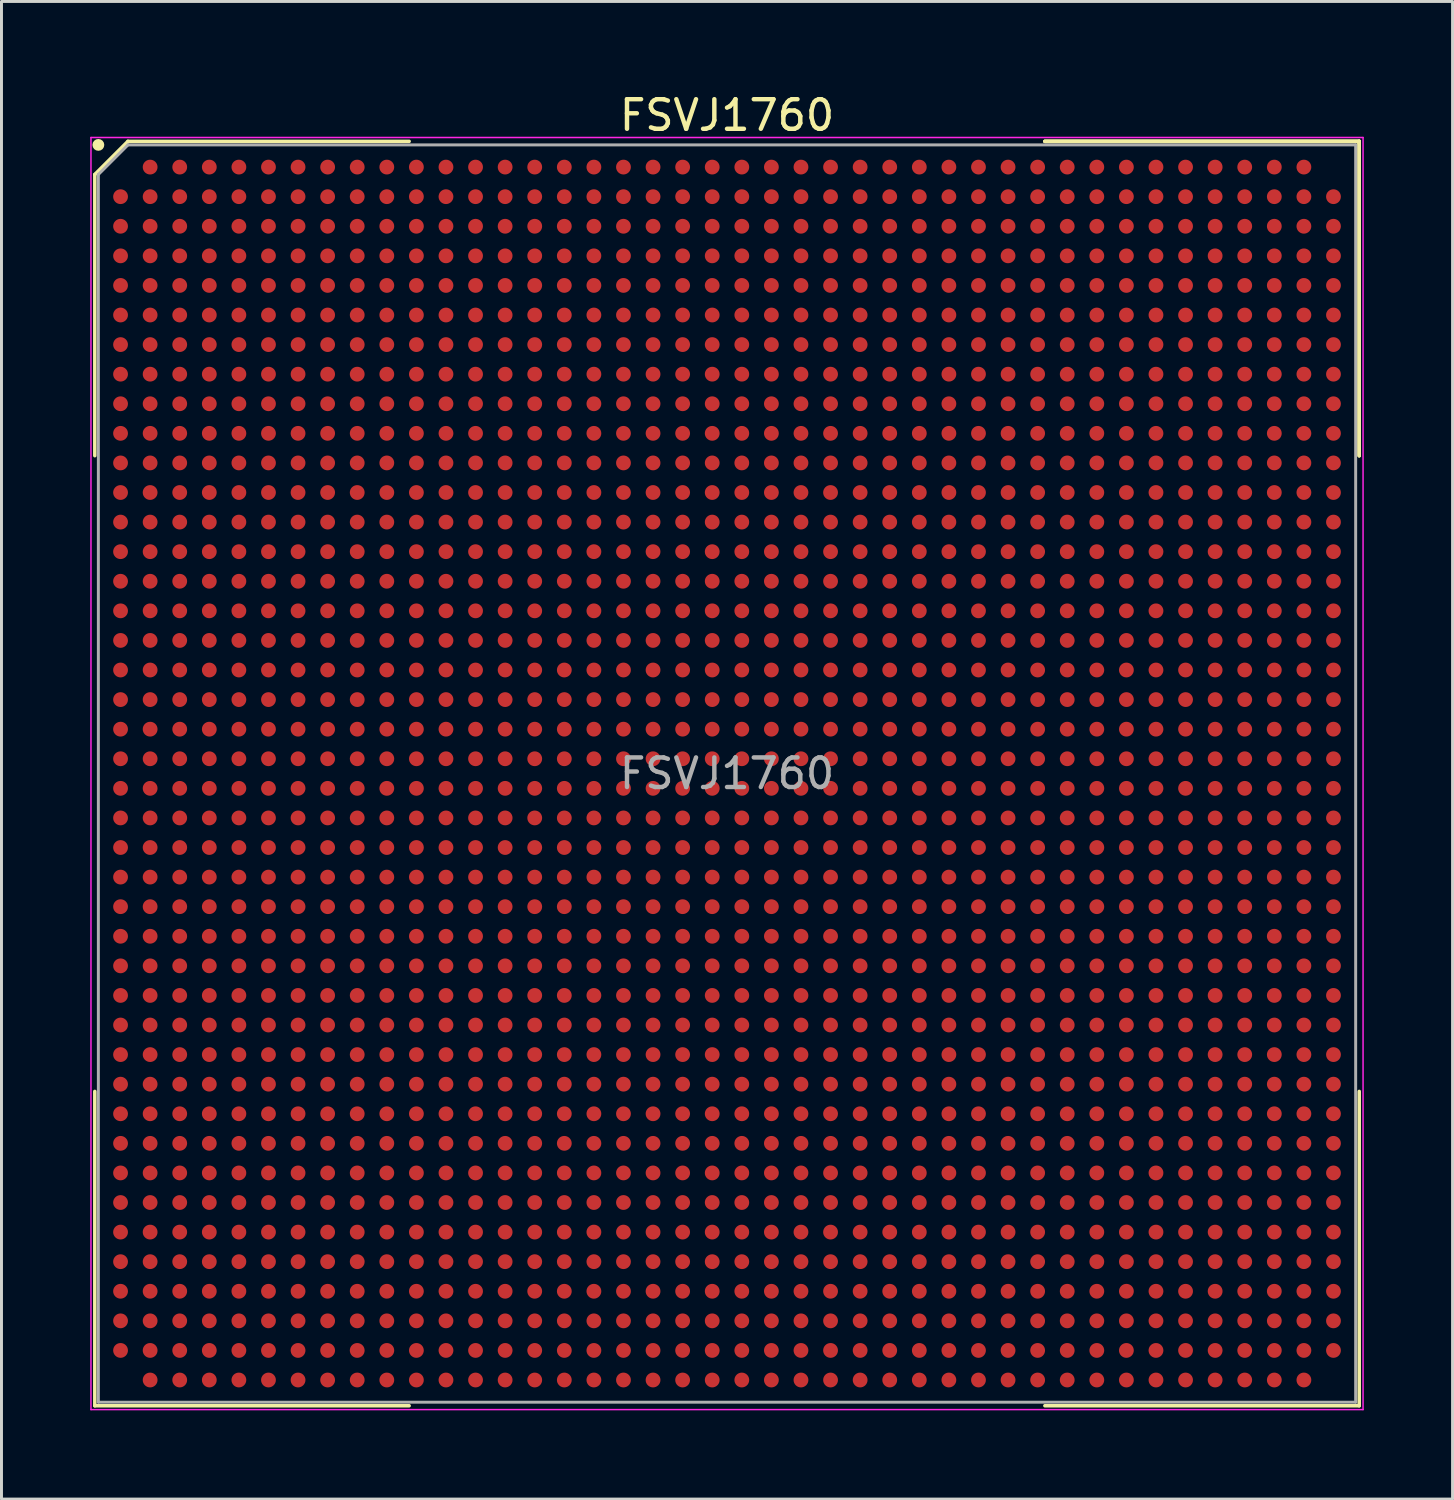
<source format=kicad_pcb>
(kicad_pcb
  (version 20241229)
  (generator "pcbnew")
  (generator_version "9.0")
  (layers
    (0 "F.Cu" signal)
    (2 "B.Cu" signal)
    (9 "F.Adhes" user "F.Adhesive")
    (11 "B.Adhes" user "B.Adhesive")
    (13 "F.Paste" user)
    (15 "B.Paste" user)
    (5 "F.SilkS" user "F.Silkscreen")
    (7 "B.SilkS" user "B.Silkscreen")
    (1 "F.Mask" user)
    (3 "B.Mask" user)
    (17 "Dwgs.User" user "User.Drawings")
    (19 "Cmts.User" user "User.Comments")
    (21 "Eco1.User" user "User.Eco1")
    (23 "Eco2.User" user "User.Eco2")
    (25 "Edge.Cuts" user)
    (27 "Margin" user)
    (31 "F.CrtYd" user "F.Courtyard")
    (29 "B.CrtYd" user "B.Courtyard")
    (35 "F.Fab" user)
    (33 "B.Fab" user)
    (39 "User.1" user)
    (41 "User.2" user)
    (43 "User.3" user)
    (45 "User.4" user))
  (footprint "FSVJ1760"
    (layer "F.Cu")
    (at 21.525 23.098)
    (property "Reference" "FSVJ1760" (at 0 -22.25 0) (layer "F.SilkS") (effects (font (size 1 1) (thickness 0.15))))
    (attr smd)
    (fp_line (start -21.37 -20.25) (end -21.37 -10.745) (stroke (width 0.12) (type solid)) (layer "F.SilkS"))
    (fp_line (start -21.37 21.37) (end -21.37 10.745) (stroke (width 0.12) (type solid)) (layer "F.SilkS"))
    (fp_line (start -20.25 -21.37) (end -21.37 -20.25) (stroke (width 0.12) (type solid)) (layer "F.SilkS"))
    (fp_line (start -10.745 -21.37) (end -20.25 -21.37) (stroke (width 0.12) (type solid)) (layer "F.SilkS"))
    (fp_line (start -10.745 21.37) (end -21.37 21.37) (stroke (width 0.12) (type solid)) (layer "F.SilkS"))
    (fp_line (start 10.745 -21.37) (end 21.37 -21.37) (stroke (width 0.12) (type solid)) (layer "F.SilkS"))
    (fp_line (start 10.745 -21.37) (end 21.37 -21.37) (stroke (width 0.12) (type solid)) (layer "F.SilkS"))
    (fp_line (start 10.745 -21.37) (end 21.37 -21.37) (stroke (width 0.12) (type solid)) (layer "F.SilkS"))
    (fp_line (start 10.745 21.37) (end 21.37 21.37) (stroke (width 0.12) (type solid)) (layer "F.SilkS"))
    (fp_line (start 21.37 -21.37) (end 21.37 -10.745) (stroke (width 0.12) (type solid)) (layer "F.SilkS"))
    (fp_line (start 21.37 -21.37) (end 21.37 -10.745) (stroke (width 0.12) (type solid)) (layer "F.SilkS"))
    (fp_line (start 21.37 -21.37) (end 21.37 -10.745) (stroke (width 0.12) (type solid)) (layer "F.SilkS"))
    (fp_line (start 21.37 21.37) (end 21.37 10.745) (stroke (width 0.12) (type solid)) (layer "F.SilkS"))
    (fp_circle (center -21.25 -21.25) (end -21.25 -21.15) (stroke (width 0.2) (type solid)) (fill no) (layer "F.SilkS"))
    (fp_line (start -21.5 -21.5) (end 21.5 -21.5) (stroke (width 0.05) (type solid)) (layer "F.CrtYd"))
    (fp_line (start -21.5 21.5) (end -21.5 -21.5) (stroke (width 0.05) (type solid)) (layer "F.CrtYd"))
    (fp_line (start 21.5 -21.5) (end 21.5 21.5) (stroke (width 0.05) (type solid)) (layer "F.CrtYd"))
    (fp_line (start 21.5 21.5) (end -21.5 21.5) (stroke (width 0.05) (type solid)) (layer "F.CrtYd"))
    (fp_line (start -21.25 -20.25) (end -21.25 21.25) (stroke (width 0.1) (type solid)) (layer "F.Fab"))
    (fp_line (start -21.25 21.25) (end 21.25 21.25) (stroke (width 0.1) (type solid)) (layer "F.Fab"))
    (fp_line (start -20.25 -21.25) (end -21.25 -20.25) (stroke (width 0.1) (type solid)) (layer "F.Fab"))
    (fp_line (start 21.25 -21.25) (end -20.25 -21.25) (stroke (width 0.1) (type solid)) (layer "F.Fab"))
    (fp_line (start 21.25 21.25) (end 21.25 -21.25) (stroke (width 0.1) (type solid)) (layer "F.Fab"))
    (fp_text user "${REFERENCE}" (at 0 0 0) (layer "F.Fab") (effects (font (size 1 1) (thickness 0.15))))
    (pad "A2" smd circle (at -19.5 -20.5) (size 0.5 0.5) (layers "F.Cu" "F.Mask" "F.Paste"))
    (pad "A3" smd circle (at -18.5 -20.5) (size 0.5 0.5) (layers "F.Cu" "F.Mask" "F.Paste"))
    (pad "A4" smd circle (at -17.5 -20.5) (size 0.5 0.5) (layers "F.Cu" "F.Mask" "F.Paste"))
    (pad "A5" smd circle (at -16.5 -20.5) (size 0.5 0.5) (layers "F.Cu" "F.Mask" "F.Paste"))
    (pad "A6" smd circle (at -15.5 -20.5) (size 0.5 0.5) (layers "F.Cu" "F.Mask" "F.Paste"))
    (pad "A7" smd circle (at -14.5 -20.5) (size 0.5 0.5) (layers "F.Cu" "F.Mask" "F.Paste"))
    (pad "A8" smd circle (at -13.5 -20.5) (size 0.5 0.5) (layers "F.Cu" "F.Mask" "F.Paste"))
    (pad "A9" smd circle (at -12.5 -20.5) (size 0.5 0.5) (layers "F.Cu" "F.Mask" "F.Paste"))
    (pad "A10" smd circle (at -11.5 -20.5) (size 0.5 0.5) (layers "F.Cu" "F.Mask" "F.Paste"))
    (pad "A11" smd circle (at -10.5 -20.5) (size 0.5 0.5) (layers "F.Cu" "F.Mask" "F.Paste"))
    (pad "A12" smd circle (at -9.5 -20.5) (size 0.5 0.5) (layers "F.Cu" "F.Mask" "F.Paste"))
    (pad "A13" smd circle (at -8.5 -20.5) (size 0.5 0.5) (layers "F.Cu" "F.Mask" "F.Paste"))
    (pad "A14" smd circle (at -7.5 -20.5) (size 0.5 0.5) (layers "F.Cu" "F.Mask" "F.Paste"))
    (pad "A15" smd circle (at -6.5 -20.5) (size 0.5 0.5) (layers "F.Cu" "F.Mask" "F.Paste"))
    (pad "A16" smd circle (at -5.5 -20.5) (size 0.5 0.5) (layers "F.Cu" "F.Mask" "F.Paste"))
    (pad "A17" smd circle (at -4.5 -20.5) (size 0.5 0.5) (layers "F.Cu" "F.Mask" "F.Paste"))
    (pad "A18" smd circle (at -3.5 -20.5) (size 0.5 0.5) (layers "F.Cu" "F.Mask" "F.Paste"))
    (pad "A19" smd circle (at -2.5 -20.5) (size 0.5 0.5) (layers "F.Cu" "F.Mask" "F.Paste"))
    (pad "A20" smd circle (at -1.5 -20.5) (size 0.5 0.5) (layers "F.Cu" "F.Mask" "F.Paste"))
    (pad "A21" smd circle (at -0.5 -20.5) (size 0.5 0.5) (layers "F.Cu" "F.Mask" "F.Paste"))
    (pad "A22" smd circle (at 0.5 -20.5) (size 0.5 0.5) (layers "F.Cu" "F.Mask" "F.Paste"))
    (pad "A23" smd circle (at 1.5 -20.5) (size 0.5 0.5) (layers "F.Cu" "F.Mask" "F.Paste"))
    (pad "A24" smd circle (at 2.5 -20.5) (size 0.5 0.5) (layers "F.Cu" "F.Mask" "F.Paste"))
    (pad "A25" smd circle (at 3.5 -20.5) (size 0.5 0.5) (layers "F.Cu" "F.Mask" "F.Paste"))
    (pad "A26" smd circle (at 4.5 -20.5) (size 0.5 0.5) (layers "F.Cu" "F.Mask" "F.Paste"))
    (pad "A27" smd circle (at 5.5 -20.5) (size 0.5 0.5) (layers "F.Cu" "F.Mask" "F.Paste"))
    (pad "A28" smd circle (at 6.5 -20.5) (size 0.5 0.5) (layers "F.Cu" "F.Mask" "F.Paste"))
    (pad "A29" smd circle (at 7.5 -20.5) (size 0.5 0.5) (layers "F.Cu" "F.Mask" "F.Paste"))
    (pad "A30" smd circle (at 8.5 -20.5) (size 0.5 0.5) (layers "F.Cu" "F.Mask" "F.Paste"))
    (pad "A31" smd circle (at 9.5 -20.5) (size 0.5 0.5) (layers "F.Cu" "F.Mask" "F.Paste"))
    (pad "A32" smd circle (at 10.5 -20.5) (size 0.5 0.5) (layers "F.Cu" "F.Mask" "F.Paste"))
    (pad "A33" smd circle (at 11.5 -20.5) (size 0.5 0.5) (layers "F.Cu" "F.Mask" "F.Paste"))
    (pad "A34" smd circle (at 12.5 -20.5) (size 0.5 0.5) (layers "F.Cu" "F.Mask" "F.Paste"))
    (pad "A35" smd circle (at 13.5 -20.5) (size 0.5 0.5) (layers "F.Cu" "F.Mask" "F.Paste"))
    (pad "A36" smd circle (at 14.5 -20.5) (size 0.5 0.5) (layers "F.Cu" "F.Mask" "F.Paste"))
    (pad "A37" smd circle (at 15.5 -20.5) (size 0.5 0.5) (layers "F.Cu" "F.Mask" "F.Paste"))
    (pad "A38" smd circle (at 16.5 -20.5) (size 0.5 0.5) (layers "F.Cu" "F.Mask" "F.Paste"))
    (pad "A39" smd circle (at 17.5 -20.5) (size 0.5 0.5) (layers "F.Cu" "F.Mask" "F.Paste"))
    (pad "A40" smd circle (at 18.5 -20.5) (size 0.5 0.5) (layers "F.Cu" "F.Mask" "F.Paste"))
    (pad "A41" smd circle (at 19.5 -20.5) (size 0.5 0.5) (layers "F.Cu" "F.Mask" "F.Paste"))
    (pad "AA1" smd circle (at -20.5 -0.5) (size 0.5 0.5) (layers "F.Cu" "F.Mask" "F.Paste"))
    (pad "AA2" smd circle (at -19.5 -0.5) (size 0.5 0.5) (layers "F.Cu" "F.Mask" "F.Paste"))
    (pad "AA3" smd circle (at -18.5 -0.5) (size 0.5 0.5) (layers "F.Cu" "F.Mask" "F.Paste"))
    (pad "AA4" smd circle (at -17.5 -0.5) (size 0.5 0.5) (layers "F.Cu" "F.Mask" "F.Paste"))
    (pad "AA5" smd circle (at -16.5 -0.5) (size 0.5 0.5) (layers "F.Cu" "F.Mask" "F.Paste"))
    (pad "AA6" smd circle (at -15.5 -0.5) (size 0.5 0.5) (layers "F.Cu" "F.Mask" "F.Paste"))
    (pad "AA7" smd circle (at -14.5 -0.5) (size 0.5 0.5) (layers "F.Cu" "F.Mask" "F.Paste"))
    (pad "AA8" smd circle (at -13.5 -0.5) (size 0.5 0.5) (layers "F.Cu" "F.Mask" "F.Paste"))
    (pad "AA9" smd circle (at -12.5 -0.5) (size 0.5 0.5) (layers "F.Cu" "F.Mask" "F.Paste"))
    (pad "AA10" smd circle (at -11.5 -0.5) (size 0.5 0.5) (layers "F.Cu" "F.Mask" "F.Paste"))
    (pad "AA11" smd circle (at -10.5 -0.5) (size 0.5 0.5) (layers "F.Cu" "F.Mask" "F.Paste"))
    (pad "AA12" smd circle (at -9.5 -0.5) (size 0.5 0.5) (layers "F.Cu" "F.Mask" "F.Paste"))
    (pad "AA13" smd circle (at -8.5 -0.5) (size 0.5 0.5) (layers "F.Cu" "F.Mask" "F.Paste"))
    (pad "AA14" smd circle (at -7.5 -0.5) (size 0.5 0.5) (layers "F.Cu" "F.Mask" "F.Paste"))
    (pad "AA15" smd circle (at -6.5 -0.5) (size 0.5 0.5) (layers "F.Cu" "F.Mask" "F.Paste"))
    (pad "AA16" smd circle (at -5.5 -0.5) (size 0.5 0.5) (layers "F.Cu" "F.Mask" "F.Paste"))
    (pad "AA17" smd circle (at -4.5 -0.5) (size 0.5 0.5) (layers "F.Cu" "F.Mask" "F.Paste"))
    (pad "AA18" smd circle (at -3.5 -0.5) (size 0.5 0.5) (layers "F.Cu" "F.Mask" "F.Paste"))
    (pad "AA19" smd circle (at -2.5 -0.5) (size 0.5 0.5) (layers "F.Cu" "F.Mask" "F.Paste"))
    (pad "AA20" smd circle (at -1.5 -0.5) (size 0.5 0.5) (layers "F.Cu" "F.Mask" "F.Paste"))
    (pad "AA21" smd circle (at -0.5 -0.5) (size 0.5 0.5) (layers "F.Cu" "F.Mask" "F.Paste"))
    (pad "AA22" smd circle (at 0.5 -0.5) (size 0.5 0.5) (layers "F.Cu" "F.Mask" "F.Paste"))
    (pad "AA23" smd circle (at 1.5 -0.5) (size 0.5 0.5) (layers "F.Cu" "F.Mask" "F.Paste"))
    (pad "AA24" smd circle (at 2.5 -0.5) (size 0.5 0.5) (layers "F.Cu" "F.Mask" "F.Paste"))
    (pad "AA25" smd circle (at 3.5 -0.5) (size 0.5 0.5) (layers "F.Cu" "F.Mask" "F.Paste"))
    (pad "AA26" smd circle (at 4.5 -0.5) (size 0.5 0.5) (layers "F.Cu" "F.Mask" "F.Paste"))
    (pad "AA27" smd circle (at 5.5 -0.5) (size 0.5 0.5) (layers "F.Cu" "F.Mask" "F.Paste"))
    (pad "AA28" smd circle (at 6.5 -0.5) (size 0.5 0.5) (layers "F.Cu" "F.Mask" "F.Paste"))
    (pad "AA29" smd circle (at 7.5 -0.5) (size 0.5 0.5) (layers "F.Cu" "F.Mask" "F.Paste"))
    (pad "AA30" smd circle (at 8.5 -0.5) (size 0.5 0.5) (layers "F.Cu" "F.Mask" "F.Paste"))
    (pad "AA31" smd circle (at 9.5 -0.5) (size 0.5 0.5) (layers "F.Cu" "F.Mask" "F.Paste"))
    (pad "AA32" smd circle (at 10.5 -0.5) (size 0.5 0.5) (layers "F.Cu" "F.Mask" "F.Paste"))
    (pad "AA33" smd circle (at 11.5 -0.5) (size 0.5 0.5) (layers "F.Cu" "F.Mask" "F.Paste"))
    (pad "AA34" smd circle (at 12.5 -0.5) (size 0.5 0.5) (layers "F.Cu" "F.Mask" "F.Paste"))
    (pad "AA35" smd circle (at 13.5 -0.5) (size 0.5 0.5) (layers "F.Cu" "F.Mask" "F.Paste"))
    (pad "AA36" smd circle (at 14.5 -0.5) (size 0.5 0.5) (layers "F.Cu" "F.Mask" "F.Paste"))
    (pad "AA37" smd circle (at 15.5 -0.5) (size 0.5 0.5) (layers "F.Cu" "F.Mask" "F.Paste"))
    (pad "AA38" smd circle (at 16.5 -0.5) (size 0.5 0.5) (layers "F.Cu" "F.Mask" "F.Paste"))
    (pad "AA39" smd circle (at 17.5 -0.5) (size 0.5 0.5) (layers "F.Cu" "F.Mask" "F.Paste"))
    (pad "AA40" smd circle (at 18.5 -0.5) (size 0.5 0.5) (layers "F.Cu" "F.Mask" "F.Paste"))
    (pad "AA41" smd circle (at 19.5 -0.5) (size 0.5 0.5) (layers "F.Cu" "F.Mask" "F.Paste"))
    (pad "AA42" smd circle (at 20.5 -0.5) (size 0.5 0.5) (layers "F.Cu" "F.Mask" "F.Paste"))
    (pad "AB1" smd circle (at -20.5 0.5) (size 0.5 0.5) (layers "F.Cu" "F.Mask" "F.Paste"))
    (pad "AB2" smd circle (at -19.5 0.5) (size 0.5 0.5) (layers "F.Cu" "F.Mask" "F.Paste"))
    (pad "AB3" smd circle (at -18.5 0.5) (size 0.5 0.5) (layers "F.Cu" "F.Mask" "F.Paste"))
    (pad "AB4" smd circle (at -17.5 0.5) (size 0.5 0.5) (layers "F.Cu" "F.Mask" "F.Paste"))
    (pad "AB5" smd circle (at -16.5 0.5) (size 0.5 0.5) (layers "F.Cu" "F.Mask" "F.Paste"))
    (pad "AB6" smd circle (at -15.5 0.5) (size 0.5 0.5) (layers "F.Cu" "F.Mask" "F.Paste"))
    (pad "AB7" smd circle (at -14.5 0.5) (size 0.5 0.5) (layers "F.Cu" "F.Mask" "F.Paste"))
    (pad "AB8" smd circle (at -13.5 0.5) (size 0.5 0.5) (layers "F.Cu" "F.Mask" "F.Paste"))
    (pad "AB9" smd circle (at -12.5 0.5) (size 0.5 0.5) (layers "F.Cu" "F.Mask" "F.Paste"))
    (pad "AB10" smd circle (at -11.5 0.5) (size 0.5 0.5) (layers "F.Cu" "F.Mask" "F.Paste"))
    (pad "AB11" smd circle (at -10.5 0.5) (size 0.5 0.5) (layers "F.Cu" "F.Mask" "F.Paste"))
    (pad "AB12" smd circle (at -9.5 0.5) (size 0.5 0.5) (layers "F.Cu" "F.Mask" "F.Paste"))
    (pad "AB13" smd circle (at -8.5 0.5) (size 0.5 0.5) (layers "F.Cu" "F.Mask" "F.Paste"))
    (pad "AB14" smd circle (at -7.5 0.5) (size 0.5 0.5) (layers "F.Cu" "F.Mask" "F.Paste"))
    (pad "AB15" smd circle (at -6.5 0.5) (size 0.5 0.5) (layers "F.Cu" "F.Mask" "F.Paste"))
    (pad "AB16" smd circle (at -5.5 0.5) (size 0.5 0.5) (layers "F.Cu" "F.Mask" "F.Paste"))
    (pad "AB17" smd circle (at -4.5 0.5) (size 0.5 0.5) (layers "F.Cu" "F.Mask" "F.Paste"))
    (pad "AB18" smd circle (at -3.5 0.5) (size 0.5 0.5) (layers "F.Cu" "F.Mask" "F.Paste"))
    (pad "AB19" smd circle (at -2.5 0.5) (size 0.5 0.5) (layers "F.Cu" "F.Mask" "F.Paste"))
    (pad "AB20" smd circle (at -1.5 0.5) (size 0.5 0.5) (layers "F.Cu" "F.Mask" "F.Paste"))
    (pad "AB21" smd circle (at -0.5 0.5) (size 0.5 0.5) (layers "F.Cu" "F.Mask" "F.Paste"))
    (pad "AB22" smd circle (at 0.5 0.5) (size 0.5 0.5) (layers "F.Cu" "F.Mask" "F.Paste"))
    (pad "AB23" smd circle (at 1.5 0.5) (size 0.5 0.5) (layers "F.Cu" "F.Mask" "F.Paste"))
    (pad "AB24" smd circle (at 2.5 0.5) (size 0.5 0.5) (layers "F.Cu" "F.Mask" "F.Paste"))
    (pad "AB25" smd circle (at 3.5 0.5) (size 0.5 0.5) (layers "F.Cu" "F.Mask" "F.Paste"))
    (pad "AB26" smd circle (at 4.5 0.5) (size 0.5 0.5) (layers "F.Cu" "F.Mask" "F.Paste"))
    (pad "AB27" smd circle (at 5.5 0.5) (size 0.5 0.5) (layers "F.Cu" "F.Mask" "F.Paste"))
    (pad "AB28" smd circle (at 6.5 0.5) (size 0.5 0.5) (layers "F.Cu" "F.Mask" "F.Paste"))
    (pad "AB29" smd circle (at 7.5 0.5) (size 0.5 0.5) (layers "F.Cu" "F.Mask" "F.Paste"))
    (pad "AB30" smd circle (at 8.5 0.5) (size 0.5 0.5) (layers "F.Cu" "F.Mask" "F.Paste"))
    (pad "AB31" smd circle (at 9.5 0.5) (size 0.5 0.5) (layers "F.Cu" "F.Mask" "F.Paste"))
    (pad "AB32" smd circle (at 10.5 0.5) (size 0.5 0.5) (layers "F.Cu" "F.Mask" "F.Paste"))
    (pad "AB33" smd circle (at 11.5 0.5) (size 0.5 0.5) (layers "F.Cu" "F.Mask" "F.Paste"))
    (pad "AB34" smd circle (at 12.5 0.5) (size 0.5 0.5) (layers "F.Cu" "F.Mask" "F.Paste"))
    (pad "AB35" smd circle (at 13.5 0.5) (size 0.5 0.5) (layers "F.Cu" "F.Mask" "F.Paste"))
    (pad "AB36" smd circle (at 14.5 0.5) (size 0.5 0.5) (layers "F.Cu" "F.Mask" "F.Paste"))
    (pad "AB37" smd circle (at 15.5 0.5) (size 0.5 0.5) (layers "F.Cu" "F.Mask" "F.Paste"))
    (pad "AB38" smd circle (at 16.5 0.5) (size 0.5 0.5) (layers "F.Cu" "F.Mask" "F.Paste"))
    (pad "AB39" smd circle (at 17.5 0.5) (size 0.5 0.5) (layers "F.Cu" "F.Mask" "F.Paste"))
    (pad "AB40" smd circle (at 18.5 0.5) (size 0.5 0.5) (layers "F.Cu" "F.Mask" "F.Paste"))
    (pad "AB41" smd circle (at 19.5 0.5) (size 0.5 0.5) (layers "F.Cu" "F.Mask" "F.Paste"))
    (pad "AB42" smd circle (at 20.5 0.5) (size 0.5 0.5) (layers "F.Cu" "F.Mask" "F.Paste"))
    (pad "AC1" smd circle (at -20.5 1.5) (size 0.5 0.5) (layers "F.Cu" "F.Mask" "F.Paste"))
    (pad "AC2" smd circle (at -19.5 1.5) (size 0.5 0.5) (layers "F.Cu" "F.Mask" "F.Paste"))
    (pad "AC3" smd circle (at -18.5 1.5) (size 0.5 0.5) (layers "F.Cu" "F.Mask" "F.Paste"))
    (pad "AC4" smd circle (at -17.5 1.5) (size 0.5 0.5) (layers "F.Cu" "F.Mask" "F.Paste"))
    (pad "AC5" smd circle (at -16.5 1.5) (size 0.5 0.5) (layers "F.Cu" "F.Mask" "F.Paste"))
    (pad "AC6" smd circle (at -15.5 1.5) (size 0.5 0.5) (layers "F.Cu" "F.Mask" "F.Paste"))
    (pad "AC7" smd circle (at -14.5 1.5) (size 0.5 0.5) (layers "F.Cu" "F.Mask" "F.Paste"))
    (pad "AC8" smd circle (at -13.5 1.5) (size 0.5 0.5) (layers "F.Cu" "F.Mask" "F.Paste"))
    (pad "AC9" smd circle (at -12.5 1.5) (size 0.5 0.5) (layers "F.Cu" "F.Mask" "F.Paste"))
    (pad "AC10" smd circle (at -11.5 1.5) (size 0.5 0.5) (layers "F.Cu" "F.Mask" "F.Paste"))
    (pad "AC11" smd circle (at -10.5 1.5) (size 0.5 0.5) (layers "F.Cu" "F.Mask" "F.Paste"))
    (pad "AC12" smd circle (at -9.5 1.5) (size 0.5 0.5) (layers "F.Cu" "F.Mask" "F.Paste"))
    (pad "AC13" smd circle (at -8.5 1.5) (size 0.5 0.5) (layers "F.Cu" "F.Mask" "F.Paste"))
    (pad "AC14" smd circle (at -7.5 1.5) (size 0.5 0.5) (layers "F.Cu" "F.Mask" "F.Paste"))
    (pad "AC15" smd circle (at -6.5 1.5) (size 0.5 0.5) (layers "F.Cu" "F.Mask" "F.Paste"))
    (pad "AC16" smd circle (at -5.5 1.5) (size 0.5 0.5) (layers "F.Cu" "F.Mask" "F.Paste"))
    (pad "AC17" smd circle (at -4.5 1.5) (size 0.5 0.5) (layers "F.Cu" "F.Mask" "F.Paste"))
    (pad "AC18" smd circle (at -3.5 1.5) (size 0.5 0.5) (layers "F.Cu" "F.Mask" "F.Paste"))
    (pad "AC19" smd circle (at -2.5 1.5) (size 0.5 0.5) (layers "F.Cu" "F.Mask" "F.Paste"))
    (pad "AC20" smd circle (at -1.5 1.5) (size 0.5 0.5) (layers "F.Cu" "F.Mask" "F.Paste"))
    (pad "AC21" smd circle (at -0.5 1.5) (size 0.5 0.5) (layers "F.Cu" "F.Mask" "F.Paste"))
    (pad "AC22" smd circle (at 0.5 1.5) (size 0.5 0.5) (layers "F.Cu" "F.Mask" "F.Paste"))
    (pad "AC23" smd circle (at 1.5 1.5) (size 0.5 0.5) (layers "F.Cu" "F.Mask" "F.Paste"))
    (pad "AC24" smd circle (at 2.5 1.5) (size 0.5 0.5) (layers "F.Cu" "F.Mask" "F.Paste"))
    (pad "AC25" smd circle (at 3.5 1.5) (size 0.5 0.5) (layers "F.Cu" "F.Mask" "F.Paste"))
    (pad "AC26" smd circle (at 4.5 1.5) (size 0.5 0.5) (layers "F.Cu" "F.Mask" "F.Paste"))
    (pad "AC27" smd circle (at 5.5 1.5) (size 0.5 0.5) (layers "F.Cu" "F.Mask" "F.Paste"))
    (pad "AC28" smd circle (at 6.5 1.5) (size 0.5 0.5) (layers "F.Cu" "F.Mask" "F.Paste"))
    (pad "AC29" smd circle (at 7.5 1.5) (size 0.5 0.5) (layers "F.Cu" "F.Mask" "F.Paste"))
    (pad "AC30" smd circle (at 8.5 1.5) (size 0.5 0.5) (layers "F.Cu" "F.Mask" "F.Paste"))
    (pad "AC31" smd circle (at 9.5 1.5) (size 0.5 0.5) (layers "F.Cu" "F.Mask" "F.Paste"))
    (pad "AC32" smd circle (at 10.5 1.5) (size 0.5 0.5) (layers "F.Cu" "F.Mask" "F.Paste"))
    (pad "AC33" smd circle (at 11.5 1.5) (size 0.5 0.5) (layers "F.Cu" "F.Mask" "F.Paste"))
    (pad "AC34" smd circle (at 12.5 1.5) (size 0.5 0.5) (layers "F.Cu" "F.Mask" "F.Paste"))
    (pad "AC35" smd circle (at 13.5 1.5) (size 0.5 0.5) (layers "F.Cu" "F.Mask" "F.Paste"))
    (pad "AC36" smd circle (at 14.5 1.5) (size 0.5 0.5) (layers "F.Cu" "F.Mask" "F.Paste"))
    (pad "AC37" smd circle (at 15.5 1.5) (size 0.5 0.5) (layers "F.Cu" "F.Mask" "F.Paste"))
    (pad "AC38" smd circle (at 16.5 1.5) (size 0.5 0.5) (layers "F.Cu" "F.Mask" "F.Paste"))
    (pad "AC39" smd circle (at 17.5 1.5) (size 0.5 0.5) (layers "F.Cu" "F.Mask" "F.Paste"))
    (pad "AC40" smd circle (at 18.5 1.5) (size 0.5 0.5) (layers "F.Cu" "F.Mask" "F.Paste"))
    (pad "AC41" smd circle (at 19.5 1.5) (size 0.5 0.5) (layers "F.Cu" "F.Mask" "F.Paste"))
    (pad "AC42" smd circle (at 20.5 1.5) (size 0.5 0.5) (layers "F.Cu" "F.Mask" "F.Paste"))
    (pad "AD1" smd circle (at -20.5 2.5) (size 0.5 0.5) (layers "F.Cu" "F.Mask" "F.Paste"))
    (pad "AD2" smd circle (at -19.5 2.5) (size 0.5 0.5) (layers "F.Cu" "F.Mask" "F.Paste"))
    (pad "AD3" smd circle (at -18.5 2.5) (size 0.5 0.5) (layers "F.Cu" "F.Mask" "F.Paste"))
    (pad "AD4" smd circle (at -17.5 2.5) (size 0.5 0.5) (layers "F.Cu" "F.Mask" "F.Paste"))
    (pad "AD5" smd circle (at -16.5 2.5) (size 0.5 0.5) (layers "F.Cu" "F.Mask" "F.Paste"))
    (pad "AD6" smd circle (at -15.5 2.5) (size 0.5 0.5) (layers "F.Cu" "F.Mask" "F.Paste"))
    (pad "AD7" smd circle (at -14.5 2.5) (size 0.5 0.5) (layers "F.Cu" "F.Mask" "F.Paste"))
    (pad "AD8" smd circle (at -13.5 2.5) (size 0.5 0.5) (layers "F.Cu" "F.Mask" "F.Paste"))
    (pad "AD9" smd circle (at -12.5 2.5) (size 0.5 0.5) (layers "F.Cu" "F.Mask" "F.Paste"))
    (pad "AD10" smd circle (at -11.5 2.5) (size 0.5 0.5) (layers "F.Cu" "F.Mask" "F.Paste"))
    (pad "AD11" smd circle (at -10.5 2.5) (size 0.5 0.5) (layers "F.Cu" "F.Mask" "F.Paste"))
    (pad "AD12" smd circle (at -9.5 2.5) (size 0.5 0.5) (layers "F.Cu" "F.Mask" "F.Paste"))
    (pad "AD13" smd circle (at -8.5 2.5) (size 0.5 0.5) (layers "F.Cu" "F.Mask" "F.Paste"))
    (pad "AD14" smd circle (at -7.5 2.5) (size 0.5 0.5) (layers "F.Cu" "F.Mask" "F.Paste"))
    (pad "AD15" smd circle (at -6.5 2.5) (size 0.5 0.5) (layers "F.Cu" "F.Mask" "F.Paste"))
    (pad "AD16" smd circle (at -5.5 2.5) (size 0.5 0.5) (layers "F.Cu" "F.Mask" "F.Paste"))
    (pad "AD17" smd circle (at -4.5 2.5) (size 0.5 0.5) (layers "F.Cu" "F.Mask" "F.Paste"))
    (pad "AD18" smd circle (at -3.5 2.5) (size 0.5 0.5) (layers "F.Cu" "F.Mask" "F.Paste"))
    (pad "AD19" smd circle (at -2.5 2.5) (size 0.5 0.5) (layers "F.Cu" "F.Mask" "F.Paste"))
    (pad "AD20" smd circle (at -1.5 2.5) (size 0.5 0.5) (layers "F.Cu" "F.Mask" "F.Paste"))
    (pad "AD21" smd circle (at -0.5 2.5) (size 0.5 0.5) (layers "F.Cu" "F.Mask" "F.Paste"))
    (pad "AD22" smd circle (at 0.5 2.5) (size 0.5 0.5) (layers "F.Cu" "F.Mask" "F.Paste"))
    (pad "AD23" smd circle (at 1.5 2.5) (size 0.5 0.5) (layers "F.Cu" "F.Mask" "F.Paste"))
    (pad "AD24" smd circle (at 2.5 2.5) (size 0.5 0.5) (layers "F.Cu" "F.Mask" "F.Paste"))
    (pad "AD25" smd circle (at 3.5 2.5) (size 0.5 0.5) (layers "F.Cu" "F.Mask" "F.Paste"))
    (pad "AD26" smd circle (at 4.5 2.5) (size 0.5 0.5) (layers "F.Cu" "F.Mask" "F.Paste"))
    (pad "AD27" smd circle (at 5.5 2.5) (size 0.5 0.5) (layers "F.Cu" "F.Mask" "F.Paste"))
    (pad "AD28" smd circle (at 6.5 2.5) (size 0.5 0.5) (layers "F.Cu" "F.Mask" "F.Paste"))
    (pad "AD29" smd circle (at 7.5 2.5) (size 0.5 0.5) (layers "F.Cu" "F.Mask" "F.Paste"))
    (pad "AD30" smd circle (at 8.5 2.5) (size 0.5 0.5) (layers "F.Cu" "F.Mask" "F.Paste"))
    (pad "AD31" smd circle (at 9.5 2.5) (size 0.5 0.5) (layers "F.Cu" "F.Mask" "F.Paste"))
    (pad "AD32" smd circle (at 10.5 2.5) (size 0.5 0.5) (layers "F.Cu" "F.Mask" "F.Paste"))
    (pad "AD33" smd circle (at 11.5 2.5) (size 0.5 0.5) (layers "F.Cu" "F.Mask" "F.Paste"))
    (pad "AD34" smd circle (at 12.5 2.5) (size 0.5 0.5) (layers "F.Cu" "F.Mask" "F.Paste"))
    (pad "AD35" smd circle (at 13.5 2.5) (size 0.5 0.5) (layers "F.Cu" "F.Mask" "F.Paste"))
    (pad "AD36" smd circle (at 14.5 2.5) (size 0.5 0.5) (layers "F.Cu" "F.Mask" "F.Paste"))
    (pad "AD37" smd circle (at 15.5 2.5) (size 0.5 0.5) (layers "F.Cu" "F.Mask" "F.Paste"))
    (pad "AD38" smd circle (at 16.5 2.5) (size 0.5 0.5) (layers "F.Cu" "F.Mask" "F.Paste"))
    (pad "AD39" smd circle (at 17.5 2.5) (size 0.5 0.5) (layers "F.Cu" "F.Mask" "F.Paste"))
    (pad "AD40" smd circle (at 18.5 2.5) (size 0.5 0.5) (layers "F.Cu" "F.Mask" "F.Paste"))
    (pad "AD41" smd circle (at 19.5 2.5) (size 0.5 0.5) (layers "F.Cu" "F.Mask" "F.Paste"))
    (pad "AD42" smd circle (at 20.5 2.5) (size 0.5 0.5) (layers "F.Cu" "F.Mask" "F.Paste"))
    (pad "AE1" smd circle (at -20.5 3.5) (size 0.5 0.5) (layers "F.Cu" "F.Mask" "F.Paste"))
    (pad "AE2" smd circle (at -19.5 3.5) (size 0.5 0.5) (layers "F.Cu" "F.Mask" "F.Paste"))
    (pad "AE3" smd circle (at -18.5 3.5) (size 0.5 0.5) (layers "F.Cu" "F.Mask" "F.Paste"))
    (pad "AE4" smd circle (at -17.5 3.5) (size 0.5 0.5) (layers "F.Cu" "F.Mask" "F.Paste"))
    (pad "AE5" smd circle (at -16.5 3.5) (size 0.5 0.5) (layers "F.Cu" "F.Mask" "F.Paste"))
    (pad "AE6" smd circle (at -15.5 3.5) (size 0.5 0.5) (layers "F.Cu" "F.Mask" "F.Paste"))
    (pad "AE7" smd circle (at -14.5 3.5) (size 0.5 0.5) (layers "F.Cu" "F.Mask" "F.Paste"))
    (pad "AE8" smd circle (at -13.5 3.5) (size 0.5 0.5) (layers "F.Cu" "F.Mask" "F.Paste"))
    (pad "AE9" smd circle (at -12.5 3.5) (size 0.5 0.5) (layers "F.Cu" "F.Mask" "F.Paste"))
    (pad "AE10" smd circle (at -11.5 3.5) (size 0.5 0.5) (layers "F.Cu" "F.Mask" "F.Paste"))
    (pad "AE11" smd circle (at -10.5 3.5) (size 0.5 0.5) (layers "F.Cu" "F.Mask" "F.Paste"))
    (pad "AE12" smd circle (at -9.5 3.5) (size 0.5 0.5) (layers "F.Cu" "F.Mask" "F.Paste"))
    (pad "AE13" smd circle (at -8.5 3.5) (size 0.5 0.5) (layers "F.Cu" "F.Mask" "F.Paste"))
    (pad "AE14" smd circle (at -7.5 3.5) (size 0.5 0.5) (layers "F.Cu" "F.Mask" "F.Paste"))
    (pad "AE15" smd circle (at -6.5 3.5) (size 0.5 0.5) (layers "F.Cu" "F.Mask" "F.Paste"))
    (pad "AE16" smd circle (at -5.5 3.5) (size 0.5 0.5) (layers "F.Cu" "F.Mask" "F.Paste"))
    (pad "AE17" smd circle (at -4.5 3.5) (size 0.5 0.5) (layers "F.Cu" "F.Mask" "F.Paste"))
    (pad "AE18" smd circle (at -3.5 3.5) (size 0.5 0.5) (layers "F.Cu" "F.Mask" "F.Paste"))
    (pad "AE19" smd circle (at -2.5 3.5) (size 0.5 0.5) (layers "F.Cu" "F.Mask" "F.Paste"))
    (pad "AE20" smd circle (at -1.5 3.5) (size 0.5 0.5) (layers "F.Cu" "F.Mask" "F.Paste"))
    (pad "AE21" smd circle (at -0.5 3.5) (size 0.5 0.5) (layers "F.Cu" "F.Mask" "F.Paste"))
    (pad "AE22" smd circle (at 0.5 3.5) (size 0.5 0.5) (layers "F.Cu" "F.Mask" "F.Paste"))
    (pad "AE23" smd circle (at 1.5 3.5) (size 0.5 0.5) (layers "F.Cu" "F.Mask" "F.Paste"))
    (pad "AE24" smd circle (at 2.5 3.5) (size 0.5 0.5) (layers "F.Cu" "F.Mask" "F.Paste"))
    (pad "AE25" smd circle (at 3.5 3.5) (size 0.5 0.5) (layers "F.Cu" "F.Mask" "F.Paste"))
    (pad "AE26" smd circle (at 4.5 3.5) (size 0.5 0.5) (layers "F.Cu" "F.Mask" "F.Paste"))
    (pad "AE27" smd circle (at 5.5 3.5) (size 0.5 0.5) (layers "F.Cu" "F.Mask" "F.Paste"))
    (pad "AE28" smd circle (at 6.5 3.5) (size 0.5 0.5) (layers "F.Cu" "F.Mask" "F.Paste"))
    (pad "AE29" smd circle (at 7.5 3.5) (size 0.5 0.5) (layers "F.Cu" "F.Mask" "F.Paste"))
    (pad "AE30" smd circle (at 8.5 3.5) (size 0.5 0.5) (layers "F.Cu" "F.Mask" "F.Paste"))
    (pad "AE31" smd circle (at 9.5 3.5) (size 0.5 0.5) (layers "F.Cu" "F.Mask" "F.Paste"))
    (pad "AE32" smd circle (at 10.5 3.5) (size 0.5 0.5) (layers "F.Cu" "F.Mask" "F.Paste"))
    (pad "AE33" smd circle (at 11.5 3.5) (size 0.5 0.5) (layers "F.Cu" "F.Mask" "F.Paste"))
    (pad "AE34" smd circle (at 12.5 3.5) (size 0.5 0.5) (layers "F.Cu" "F.Mask" "F.Paste"))
    (pad "AE35" smd circle (at 13.5 3.5) (size 0.5 0.5) (layers "F.Cu" "F.Mask" "F.Paste"))
    (pad "AE36" smd circle (at 14.5 3.5) (size 0.5 0.5) (layers "F.Cu" "F.Mask" "F.Paste"))
    (pad "AE37" smd circle (at 15.5 3.5) (size 0.5 0.5) (layers "F.Cu" "F.Mask" "F.Paste"))
    (pad "AE38" smd circle (at 16.5 3.5) (size 0.5 0.5) (layers "F.Cu" "F.Mask" "F.Paste"))
    (pad "AE39" smd circle (at 17.5 3.5) (size 0.5 0.5) (layers "F.Cu" "F.Mask" "F.Paste"))
    (pad "AE40" smd circle (at 18.5 3.5) (size 0.5 0.5) (layers "F.Cu" "F.Mask" "F.Paste"))
    (pad "AE41" smd circle (at 19.5 3.5) (size 0.5 0.5) (layers "F.Cu" "F.Mask" "F.Paste"))
    (pad "AE42" smd circle (at 20.5 3.5) (size 0.5 0.5) (layers "F.Cu" "F.Mask" "F.Paste"))
    (pad "AF1" smd circle (at -20.5 4.5) (size 0.5 0.5) (layers "F.Cu" "F.Mask" "F.Paste"))
    (pad "AF2" smd circle (at -19.5 4.5) (size 0.5 0.5) (layers "F.Cu" "F.Mask" "F.Paste"))
    (pad "AF3" smd circle (at -18.5 4.5) (size 0.5 0.5) (layers "F.Cu" "F.Mask" "F.Paste"))
    (pad "AF4" smd circle (at -17.5 4.5) (size 0.5 0.5) (layers "F.Cu" "F.Mask" "F.Paste"))
    (pad "AF5" smd circle (at -16.5 4.5) (size 0.5 0.5) (layers "F.Cu" "F.Mask" "F.Paste"))
    (pad "AF6" smd circle (at -15.5 4.5) (size 0.5 0.5) (layers "F.Cu" "F.Mask" "F.Paste"))
    (pad "AF7" smd circle (at -14.5 4.5) (size 0.5 0.5) (layers "F.Cu" "F.Mask" "F.Paste"))
    (pad "AF8" smd circle (at -13.5 4.5) (size 0.5 0.5) (layers "F.Cu" "F.Mask" "F.Paste"))
    (pad "AF9" smd circle (at -12.5 4.5) (size 0.5 0.5) (layers "F.Cu" "F.Mask" "F.Paste"))
    (pad "AF10" smd circle (at -11.5 4.5) (size 0.5 0.5) (layers "F.Cu" "F.Mask" "F.Paste"))
    (pad "AF11" smd circle (at -10.5 4.5) (size 0.5 0.5) (layers "F.Cu" "F.Mask" "F.Paste"))
    (pad "AF12" smd circle (at -9.5 4.5) (size 0.5 0.5) (layers "F.Cu" "F.Mask" "F.Paste"))
    (pad "AF13" smd circle (at -8.5 4.5) (size 0.5 0.5) (layers "F.Cu" "F.Mask" "F.Paste"))
    (pad "AF14" smd circle (at -7.5 4.5) (size 0.5 0.5) (layers "F.Cu" "F.Mask" "F.Paste"))
    (pad "AF15" smd circle (at -6.5 4.5) (size 0.5 0.5) (layers "F.Cu" "F.Mask" "F.Paste"))
    (pad "AF16" smd circle (at -5.5 4.5) (size 0.5 0.5) (layers "F.Cu" "F.Mask" "F.Paste"))
    (pad "AF17" smd circle (at -4.5 4.5) (size 0.5 0.5) (layers "F.Cu" "F.Mask" "F.Paste"))
    (pad "AF18" smd circle (at -3.5 4.5) (size 0.5 0.5) (layers "F.Cu" "F.Mask" "F.Paste"))
    (pad "AF19" smd circle (at -2.5 4.5) (size 0.5 0.5) (layers "F.Cu" "F.Mask" "F.Paste"))
    (pad "AF20" smd circle (at -1.5 4.5) (size 0.5 0.5) (layers "F.Cu" "F.Mask" "F.Paste"))
    (pad "AF21" smd circle (at -0.5 4.5) (size 0.5 0.5) (layers "F.Cu" "F.Mask" "F.Paste"))
    (pad "AF22" smd circle (at 0.5 4.5) (size 0.5 0.5) (layers "F.Cu" "F.Mask" "F.Paste"))
    (pad "AF23" smd circle (at 1.5 4.5) (size 0.5 0.5) (layers "F.Cu" "F.Mask" "F.Paste"))
    (pad "AF24" smd circle (at 2.5 4.5) (size 0.5 0.5) (layers "F.Cu" "F.Mask" "F.Paste"))
    (pad "AF25" smd circle (at 3.5 4.5) (size 0.5 0.5) (layers "F.Cu" "F.Mask" "F.Paste"))
    (pad "AF26" smd circle (at 4.5 4.5) (size 0.5 0.5) (layers "F.Cu" "F.Mask" "F.Paste"))
    (pad "AF27" smd circle (at 5.5 4.5) (size 0.5 0.5) (layers "F.Cu" "F.Mask" "F.Paste"))
    (pad "AF28" smd circle (at 6.5 4.5) (size 0.5 0.5) (layers "F.Cu" "F.Mask" "F.Paste"))
    (pad "AF29" smd circle (at 7.5 4.5) (size 0.5 0.5) (layers "F.Cu" "F.Mask" "F.Paste"))
    (pad "AF30" smd circle (at 8.5 4.5) (size 0.5 0.5) (layers "F.Cu" "F.Mask" "F.Paste"))
    (pad "AF31" smd circle (at 9.5 4.5) (size 0.5 0.5) (layers "F.Cu" "F.Mask" "F.Paste"))
    (pad "AF32" smd circle (at 10.5 4.5) (size 0.5 0.5) (layers "F.Cu" "F.Mask" "F.Paste"))
    (pad "AF33" smd circle (at 11.5 4.5) (size 0.5 0.5) (layers "F.Cu" "F.Mask" "F.Paste"))
    (pad "AF34" smd circle (at 12.5 4.5) (size 0.5 0.5) (layers "F.Cu" "F.Mask" "F.Paste"))
    (pad "AF35" smd circle (at 13.5 4.5) (size 0.5 0.5) (layers "F.Cu" "F.Mask" "F.Paste"))
    (pad "AF36" smd circle (at 14.5 4.5) (size 0.5 0.5) (layers "F.Cu" "F.Mask" "F.Paste"))
    (pad "AF37" smd circle (at 15.5 4.5) (size 0.5 0.5) (layers "F.Cu" "F.Mask" "F.Paste"))
    (pad "AF38" smd circle (at 16.5 4.5) (size 0.5 0.5) (layers "F.Cu" "F.Mask" "F.Paste"))
    (pad "AF39" smd circle (at 17.5 4.5) (size 0.5 0.5) (layers "F.Cu" "F.Mask" "F.Paste"))
    (pad "AF40" smd circle (at 18.5 4.5) (size 0.5 0.5) (layers "F.Cu" "F.Mask" "F.Paste"))
    (pad "AF41" smd circle (at 19.5 4.5) (size 0.5 0.5) (layers "F.Cu" "F.Mask" "F.Paste"))
    (pad "AF42" smd circle (at 20.5 4.5) (size 0.5 0.5) (layers "F.Cu" "F.Mask" "F.Paste"))
    (pad "AG1" smd circle (at -20.5 5.5) (size 0.5 0.5) (layers "F.Cu" "F.Mask" "F.Paste"))
    (pad "AG2" smd circle (at -19.5 5.5) (size 0.5 0.5) (layers "F.Cu" "F.Mask" "F.Paste"))
    (pad "AG3" smd circle (at -18.5 5.5) (size 0.5 0.5) (layers "F.Cu" "F.Mask" "F.Paste"))
    (pad "AG4" smd circle (at -17.5 5.5) (size 0.5 0.5) (layers "F.Cu" "F.Mask" "F.Paste"))
    (pad "AG5" smd circle (at -16.5 5.5) (size 0.5 0.5) (layers "F.Cu" "F.Mask" "F.Paste"))
    (pad "AG6" smd circle (at -15.5 5.5) (size 0.5 0.5) (layers "F.Cu" "F.Mask" "F.Paste"))
    (pad "AG7" smd circle (at -14.5 5.5) (size 0.5 0.5) (layers "F.Cu" "F.Mask" "F.Paste"))
    (pad "AG8" smd circle (at -13.5 5.5) (size 0.5 0.5) (layers "F.Cu" "F.Mask" "F.Paste"))
    (pad "AG9" smd circle (at -12.5 5.5) (size 0.5 0.5) (layers "F.Cu" "F.Mask" "F.Paste"))
    (pad "AG10" smd circle (at -11.5 5.5) (size 0.5 0.5) (layers "F.Cu" "F.Mask" "F.Paste"))
    (pad "AG11" smd circle (at -10.5 5.5) (size 0.5 0.5) (layers "F.Cu" "F.Mask" "F.Paste"))
    (pad "AG12" smd circle (at -9.5 5.5) (size 0.5 0.5) (layers "F.Cu" "F.Mask" "F.Paste"))
    (pad "AG13" smd circle (at -8.5 5.5) (size 0.5 0.5) (layers "F.Cu" "F.Mask" "F.Paste"))
    (pad "AG14" smd circle (at -7.5 5.5) (size 0.5 0.5) (layers "F.Cu" "F.Mask" "F.Paste"))
    (pad "AG15" smd circle (at -6.5 5.5) (size 0.5 0.5) (layers "F.Cu" "F.Mask" "F.Paste"))
    (pad "AG16" smd circle (at -5.5 5.5) (size 0.5 0.5) (layers "F.Cu" "F.Mask" "F.Paste"))
    (pad "AG17" smd circle (at -4.5 5.5) (size 0.5 0.5) (layers "F.Cu" "F.Mask" "F.Paste"))
    (pad "AG18" smd circle (at -3.5 5.5) (size 0.5 0.5) (layers "F.Cu" "F.Mask" "F.Paste"))
    (pad "AG19" smd circle (at -2.5 5.5) (size 0.5 0.5) (layers "F.Cu" "F.Mask" "F.Paste"))
    (pad "AG20" smd circle (at -1.5 5.5) (size 0.5 0.5) (layers "F.Cu" "F.Mask" "F.Paste"))
    (pad "AG21" smd circle (at -0.5 5.5) (size 0.5 0.5) (layers "F.Cu" "F.Mask" "F.Paste"))
    (pad "AG22" smd circle (at 0.5 5.5) (size 0.5 0.5) (layers "F.Cu" "F.Mask" "F.Paste"))
    (pad "AG23" smd circle (at 1.5 5.5) (size 0.5 0.5) (layers "F.Cu" "F.Mask" "F.Paste"))
    (pad "AG24" smd circle (at 2.5 5.5) (size 0.5 0.5) (layers "F.Cu" "F.Mask" "F.Paste"))
    (pad "AG25" smd circle (at 3.5 5.5) (size 0.5 0.5) (layers "F.Cu" "F.Mask" "F.Paste"))
    (pad "AG26" smd circle (at 4.5 5.5) (size 0.5 0.5) (layers "F.Cu" "F.Mask" "F.Paste"))
    (pad "AG27" smd circle (at 5.5 5.5) (size 0.5 0.5) (layers "F.Cu" "F.Mask" "F.Paste"))
    (pad "AG28" smd circle (at 6.5 5.5) (size 0.5 0.5) (layers "F.Cu" "F.Mask" "F.Paste"))
    (pad "AG29" smd circle (at 7.5 5.5) (size 0.5 0.5) (layers "F.Cu" "F.Mask" "F.Paste"))
    (pad "AG30" smd circle (at 8.5 5.5) (size 0.5 0.5) (layers "F.Cu" "F.Mask" "F.Paste"))
    (pad "AG31" smd circle (at 9.5 5.5) (size 0.5 0.5) (layers "F.Cu" "F.Mask" "F.Paste"))
    (pad "AG32" smd circle (at 10.5 5.5) (size 0.5 0.5) (layers "F.Cu" "F.Mask" "F.Paste"))
    (pad "AG33" smd circle (at 11.5 5.5) (size 0.5 0.5) (layers "F.Cu" "F.Mask" "F.Paste"))
    (pad "AG34" smd circle (at 12.5 5.5) (size 0.5 0.5) (layers "F.Cu" "F.Mask" "F.Paste"))
    (pad "AG35" smd circle (at 13.5 5.5) (size 0.5 0.5) (layers "F.Cu" "F.Mask" "F.Paste"))
    (pad "AG36" smd circle (at 14.5 5.5) (size 0.5 0.5) (layers "F.Cu" "F.Mask" "F.Paste"))
    (pad "AG37" smd circle (at 15.5 5.5) (size 0.5 0.5) (layers "F.Cu" "F.Mask" "F.Paste"))
    (pad "AG38" smd circle (at 16.5 5.5) (size 0.5 0.5) (layers "F.Cu" "F.Mask" "F.Paste"))
    (pad "AG39" smd circle (at 17.5 5.5) (size 0.5 0.5) (layers "F.Cu" "F.Mask" "F.Paste"))
    (pad "AG40" smd circle (at 18.5 5.5) (size 0.5 0.5) (layers "F.Cu" "F.Mask" "F.Paste"))
    (pad "AG41" smd circle (at 19.5 5.5) (size 0.5 0.5) (layers "F.Cu" "F.Mask" "F.Paste"))
    (pad "AG42" smd circle (at 20.5 5.5) (size 0.5 0.5) (layers "F.Cu" "F.Mask" "F.Paste"))
    (pad "AH1" smd circle (at -20.5 6.5) (size 0.5 0.5) (layers "F.Cu" "F.Mask" "F.Paste"))
    (pad "AH2" smd circle (at -19.5 6.5) (size 0.5 0.5) (layers "F.Cu" "F.Mask" "F.Paste"))
    (pad "AH3" smd circle (at -18.5 6.5) (size 0.5 0.5) (layers "F.Cu" "F.Mask" "F.Paste"))
    (pad "AH4" smd circle (at -17.5 6.5) (size 0.5 0.5) (layers "F.Cu" "F.Mask" "F.Paste"))
    (pad "AH5" smd circle (at -16.5 6.5) (size 0.5 0.5) (layers "F.Cu" "F.Mask" "F.Paste"))
    (pad "AH6" smd circle (at -15.5 6.5) (size 0.5 0.5) (layers "F.Cu" "F.Mask" "F.Paste"))
    (pad "AH7" smd circle (at -14.5 6.5) (size 0.5 0.5) (layers "F.Cu" "F.Mask" "F.Paste"))
    (pad "AH8" smd circle (at -13.5 6.5) (size 0.5 0.5) (layers "F.Cu" "F.Mask" "F.Paste"))
    (pad "AH9" smd circle (at -12.5 6.5) (size 0.5 0.5) (layers "F.Cu" "F.Mask" "F.Paste"))
    (pad "AH10" smd circle (at -11.5 6.5) (size 0.5 0.5) (layers "F.Cu" "F.Mask" "F.Paste"))
    (pad "AH11" smd circle (at -10.5 6.5) (size 0.5 0.5) (layers "F.Cu" "F.Mask" "F.Paste"))
    (pad "AH12" smd circle (at -9.5 6.5) (size 0.5 0.5) (layers "F.Cu" "F.Mask" "F.Paste"))
    (pad "AH13" smd circle (at -8.5 6.5) (size 0.5 0.5) (layers "F.Cu" "F.Mask" "F.Paste"))
    (pad "AH14" smd circle (at -7.5 6.5) (size 0.5 0.5) (layers "F.Cu" "F.Mask" "F.Paste"))
    (pad "AH15" smd circle (at -6.5 6.5) (size 0.5 0.5) (layers "F.Cu" "F.Mask" "F.Paste"))
    (pad "AH16" smd circle (at -5.5 6.5) (size 0.5 0.5) (layers "F.Cu" "F.Mask" "F.Paste"))
    (pad "AH17" smd circle (at -4.5 6.5) (size 0.5 0.5) (layers "F.Cu" "F.Mask" "F.Paste"))
    (pad "AH18" smd circle (at -3.5 6.5) (size 0.5 0.5) (layers "F.Cu" "F.Mask" "F.Paste"))
    (pad "AH19" smd circle (at -2.5 6.5) (size 0.5 0.5) (layers "F.Cu" "F.Mask" "F.Paste"))
    (pad "AH20" smd circle (at -1.5 6.5) (size 0.5 0.5) (layers "F.Cu" "F.Mask" "F.Paste"))
    (pad "AH21" smd circle (at -0.5 6.5) (size 0.5 0.5) (layers "F.Cu" "F.Mask" "F.Paste"))
    (pad "AH22" smd circle (at 0.5 6.5) (size 0.5 0.5) (layers "F.Cu" "F.Mask" "F.Paste"))
    (pad "AH23" smd circle (at 1.5 6.5) (size 0.5 0.5) (layers "F.Cu" "F.Mask" "F.Paste"))
    (pad "AH24" smd circle (at 2.5 6.5) (size 0.5 0.5) (layers "F.Cu" "F.Mask" "F.Paste"))
    (pad "AH25" smd circle (at 3.5 6.5) (size 0.5 0.5) (layers "F.Cu" "F.Mask" "F.Paste"))
    (pad "AH26" smd circle (at 4.5 6.5) (size 0.5 0.5) (layers "F.Cu" "F.Mask" "F.Paste"))
    (pad "AH27" smd circle (at 5.5 6.5) (size 0.5 0.5) (layers "F.Cu" "F.Mask" "F.Paste"))
    (pad "AH28" smd circle (at 6.5 6.5) (size 0.5 0.5) (layers "F.Cu" "F.Mask" "F.Paste"))
    (pad "AH29" smd circle (at 7.5 6.5) (size 0.5 0.5) (layers "F.Cu" "F.Mask" "F.Paste"))
    (pad "AH30" smd circle (at 8.5 6.5) (size 0.5 0.5) (layers "F.Cu" "F.Mask" "F.Paste"))
    (pad "AH31" smd circle (at 9.5 6.5) (size 0.5 0.5) (layers "F.Cu" "F.Mask" "F.Paste"))
    (pad "AH32" smd circle (at 10.5 6.5) (size 0.5 0.5) (layers "F.Cu" "F.Mask" "F.Paste"))
    (pad "AH33" smd circle (at 11.5 6.5) (size 0.5 0.5) (layers "F.Cu" "F.Mask" "F.Paste"))
    (pad "AH34" smd circle (at 12.5 6.5) (size 0.5 0.5) (layers "F.Cu" "F.Mask" "F.Paste"))
    (pad "AH35" smd circle (at 13.5 6.5) (size 0.5 0.5) (layers "F.Cu" "F.Mask" "F.Paste"))
    (pad "AH36" smd circle (at 14.5 6.5) (size 0.5 0.5) (layers "F.Cu" "F.Mask" "F.Paste"))
    (pad "AH37" smd circle (at 15.5 6.5) (size 0.5 0.5) (layers "F.Cu" "F.Mask" "F.Paste"))
    (pad "AH38" smd circle (at 16.5 6.5) (size 0.5 0.5) (layers "F.Cu" "F.Mask" "F.Paste"))
    (pad "AH39" smd circle (at 17.5 6.5) (size 0.5 0.5) (layers "F.Cu" "F.Mask" "F.Paste"))
    (pad "AH40" smd circle (at 18.5 6.5) (size 0.5 0.5) (layers "F.Cu" "F.Mask" "F.Paste"))
    (pad "AH41" smd circle (at 19.5 6.5) (size 0.5 0.5) (layers "F.Cu" "F.Mask" "F.Paste"))
    (pad "AH42" smd circle (at 20.5 6.5) (size 0.5 0.5) (layers "F.Cu" "F.Mask" "F.Paste"))
    (pad "AJ1" smd circle (at -20.5 7.5) (size 0.5 0.5) (layers "F.Cu" "F.Mask" "F.Paste"))
    (pad "AJ2" smd circle (at -19.5 7.5) (size 0.5 0.5) (layers "F.Cu" "F.Mask" "F.Paste"))
    (pad "AJ3" smd circle (at -18.5 7.5) (size 0.5 0.5) (layers "F.Cu" "F.Mask" "F.Paste"))
    (pad "AJ4" smd circle (at -17.5 7.5) (size 0.5 0.5) (layers "F.Cu" "F.Mask" "F.Paste"))
    (pad "AJ5" smd circle (at -16.5 7.5) (size 0.5 0.5) (layers "F.Cu" "F.Mask" "F.Paste"))
    (pad "AJ6" smd circle (at -15.5 7.5) (size 0.5 0.5) (layers "F.Cu" "F.Mask" "F.Paste"))
    (pad "AJ7" smd circle (at -14.5 7.5) (size 0.5 0.5) (layers "F.Cu" "F.Mask" "F.Paste"))
    (pad "AJ8" smd circle (at -13.5 7.5) (size 0.5 0.5) (layers "F.Cu" "F.Mask" "F.Paste"))
    (pad "AJ9" smd circle (at -12.5 7.5) (size 0.5 0.5) (layers "F.Cu" "F.Mask" "F.Paste"))
    (pad "AJ10" smd circle (at -11.5 7.5) (size 0.5 0.5) (layers "F.Cu" "F.Mask" "F.Paste"))
    (pad "AJ11" smd circle (at -10.5 7.5) (size 0.5 0.5) (layers "F.Cu" "F.Mask" "F.Paste"))
    (pad "AJ12" smd circle (at -9.5 7.5) (size 0.5 0.5) (layers "F.Cu" "F.Mask" "F.Paste"))
    (pad "AJ13" smd circle (at -8.5 7.5) (size 0.5 0.5) (layers "F.Cu" "F.Mask" "F.Paste"))
    (pad "AJ14" smd circle (at -7.5 7.5) (size 0.5 0.5) (layers "F.Cu" "F.Mask" "F.Paste"))
    (pad "AJ15" smd circle (at -6.5 7.5) (size 0.5 0.5) (layers "F.Cu" "F.Mask" "F.Paste"))
    (pad "AJ16" smd circle (at -5.5 7.5) (size 0.5 0.5) (layers "F.Cu" "F.Mask" "F.Paste"))
    (pad "AJ17" smd circle (at -4.5 7.5) (size 0.5 0.5) (layers "F.Cu" "F.Mask" "F.Paste"))
    (pad "AJ18" smd circle (at -3.5 7.5) (size 0.5 0.5) (layers "F.Cu" "F.Mask" "F.Paste"))
    (pad "AJ19" smd circle (at -2.5 7.5) (size 0.5 0.5) (layers "F.Cu" "F.Mask" "F.Paste"))
    (pad "AJ20" smd circle (at -1.5 7.5) (size 0.5 0.5) (layers "F.Cu" "F.Mask" "F.Paste"))
    (pad "AJ21" smd circle (at -0.5 7.5) (size 0.5 0.5) (layers "F.Cu" "F.Mask" "F.Paste"))
    (pad "AJ22" smd circle (at 0.5 7.5) (size 0.5 0.5) (layers "F.Cu" "F.Mask" "F.Paste"))
    (pad "AJ23" smd circle (at 1.5 7.5) (size 0.5 0.5) (layers "F.Cu" "F.Mask" "F.Paste"))
    (pad "AJ24" smd circle (at 2.5 7.5) (size 0.5 0.5) (layers "F.Cu" "F.Mask" "F.Paste"))
    (pad "AJ25" smd circle (at 3.5 7.5) (size 0.5 0.5) (layers "F.Cu" "F.Mask" "F.Paste"))
    (pad "AJ26" smd circle (at 4.5 7.5) (size 0.5 0.5) (layers "F.Cu" "F.Mask" "F.Paste"))
    (pad "AJ27" smd circle (at 5.5 7.5) (size 0.5 0.5) (layers "F.Cu" "F.Mask" "F.Paste"))
    (pad "AJ28" smd circle (at 6.5 7.5) (size 0.5 0.5) (layers "F.Cu" "F.Mask" "F.Paste"))
    (pad "AJ29" smd circle (at 7.5 7.5) (size 0.5 0.5) (layers "F.Cu" "F.Mask" "F.Paste"))
    (pad "AJ30" smd circle (at 8.5 7.5) (size 0.5 0.5) (layers "F.Cu" "F.Mask" "F.Paste"))
    (pad "AJ31" smd circle (at 9.5 7.5) (size 0.5 0.5) (layers "F.Cu" "F.Mask" "F.Paste"))
    (pad "AJ32" smd circle (at 10.5 7.5) (size 0.5 0.5) (layers "F.Cu" "F.Mask" "F.Paste"))
    (pad "AJ33" smd circle (at 11.5 7.5) (size 0.5 0.5) (layers "F.Cu" "F.Mask" "F.Paste"))
    (pad "AJ34" smd circle (at 12.5 7.5) (size 0.5 0.5) (layers "F.Cu" "F.Mask" "F.Paste"))
    (pad "AJ35" smd circle (at 13.5 7.5) (size 0.5 0.5) (layers "F.Cu" "F.Mask" "F.Paste"))
    (pad "AJ36" smd circle (at 14.5 7.5) (size 0.5 0.5) (layers "F.Cu" "F.Mask" "F.Paste"))
    (pad "AJ37" smd circle (at 15.5 7.5) (size 0.5 0.5) (layers "F.Cu" "F.Mask" "F.Paste"))
    (pad "AJ38" smd circle (at 16.5 7.5) (size 0.5 0.5) (layers "F.Cu" "F.Mask" "F.Paste"))
    (pad "AJ39" smd circle (at 17.5 7.5) (size 0.5 0.5) (layers "F.Cu" "F.Mask" "F.Paste"))
    (pad "AJ40" smd circle (at 18.5 7.5) (size 0.5 0.5) (layers "F.Cu" "F.Mask" "F.Paste"))
    (pad "AJ41" smd circle (at 19.5 7.5) (size 0.5 0.5) (layers "F.Cu" "F.Mask" "F.Paste"))
    (pad "AJ42" smd circle (at 20.5 7.5) (size 0.5 0.5) (layers "F.Cu" "F.Mask" "F.Paste"))
    (pad "AK1" smd circle (at -20.5 8.5) (size 0.5 0.5) (layers "F.Cu" "F.Mask" "F.Paste"))
    (pad "AK2" smd circle (at -19.5 8.5) (size 0.5 0.5) (layers "F.Cu" "F.Mask" "F.Paste"))
    (pad "AK3" smd circle (at -18.5 8.5) (size 0.5 0.5) (layers "F.Cu" "F.Mask" "F.Paste"))
    (pad "AK4" smd circle (at -17.5 8.5) (size 0.5 0.5) (layers "F.Cu" "F.Mask" "F.Paste"))
    (pad "AK5" smd circle (at -16.5 8.5) (size 0.5 0.5) (layers "F.Cu" "F.Mask" "F.Paste"))
    (pad "AK6" smd circle (at -15.5 8.5) (size 0.5 0.5) (layers "F.Cu" "F.Mask" "F.Paste"))
    (pad "AK7" smd circle (at -14.5 8.5) (size 0.5 0.5) (layers "F.Cu" "F.Mask" "F.Paste"))
    (pad "AK8" smd circle (at -13.5 8.5) (size 0.5 0.5) (layers "F.Cu" "F.Mask" "F.Paste"))
    (pad "AK9" smd circle (at -12.5 8.5) (size 0.5 0.5) (layers "F.Cu" "F.Mask" "F.Paste"))
    (pad "AK10" smd circle (at -11.5 8.5) (size 0.5 0.5) (layers "F.Cu" "F.Mask" "F.Paste"))
    (pad "AK11" smd circle (at -10.5 8.5) (size 0.5 0.5) (layers "F.Cu" "F.Mask" "F.Paste"))
    (pad "AK12" smd circle (at -9.5 8.5) (size 0.5 0.5) (layers "F.Cu" "F.Mask" "F.Paste"))
    (pad "AK13" smd circle (at -8.5 8.5) (size 0.5 0.5) (layers "F.Cu" "F.Mask" "F.Paste"))
    (pad "AK14" smd circle (at -7.5 8.5) (size 0.5 0.5) (layers "F.Cu" "F.Mask" "F.Paste"))
    (pad "AK15" smd circle (at -6.5 8.5) (size 0.5 0.5) (layers "F.Cu" "F.Mask" "F.Paste"))
    (pad "AK16" smd circle (at -5.5 8.5) (size 0.5 0.5) (layers "F.Cu" "F.Mask" "F.Paste"))
    (pad "AK17" smd circle (at -4.5 8.5) (size 0.5 0.5) (layers "F.Cu" "F.Mask" "F.Paste"))
    (pad "AK18" smd circle (at -3.5 8.5) (size 0.5 0.5) (layers "F.Cu" "F.Mask" "F.Paste"))
    (pad "AK19" smd circle (at -2.5 8.5) (size 0.5 0.5) (layers "F.Cu" "F.Mask" "F.Paste"))
    (pad "AK20" smd circle (at -1.5 8.5) (size 0.5 0.5) (layers "F.Cu" "F.Mask" "F.Paste"))
    (pad "AK21" smd circle (at -0.5 8.5) (size 0.5 0.5) (layers "F.Cu" "F.Mask" "F.Paste"))
    (pad "AK22" smd circle (at 0.5 8.5) (size 0.5 0.5) (layers "F.Cu" "F.Mask" "F.Paste"))
    (pad "AK23" smd circle (at 1.5 8.5) (size 0.5 0.5) (layers "F.Cu" "F.Mask" "F.Paste"))
    (pad "AK24" smd circle (at 2.5 8.5) (size 0.5 0.5) (layers "F.Cu" "F.Mask" "F.Paste"))
    (pad "AK25" smd circle (at 3.5 8.5) (size 0.5 0.5) (layers "F.Cu" "F.Mask" "F.Paste"))
    (pad "AK26" smd circle (at 4.5 8.5) (size 0.5 0.5) (layers "F.Cu" "F.Mask" "F.Paste"))
    (pad "AK27" smd circle (at 5.5 8.5) (size 0.5 0.5) (layers "F.Cu" "F.Mask" "F.Paste"))
    (pad "AK28" smd circle (at 6.5 8.5) (size 0.5 0.5) (layers "F.Cu" "F.Mask" "F.Paste"))
    (pad "AK29" smd circle (at 7.5 8.5) (size 0.5 0.5) (layers "F.Cu" "F.Mask" "F.Paste"))
    (pad "AK30" smd circle (at 8.5 8.5) (size 0.5 0.5) (layers "F.Cu" "F.Mask" "F.Paste"))
    (pad "AK31" smd circle (at 9.5 8.5) (size 0.5 0.5) (layers "F.Cu" "F.Mask" "F.Paste"))
    (pad "AK32" smd circle (at 10.5 8.5) (size 0.5 0.5) (layers "F.Cu" "F.Mask" "F.Paste"))
    (pad "AK33" smd circle (at 11.5 8.5) (size 0.5 0.5) (layers "F.Cu" "F.Mask" "F.Paste"))
    (pad "AK34" smd circle (at 12.5 8.5) (size 0.5 0.5) (layers "F.Cu" "F.Mask" "F.Paste"))
    (pad "AK35" smd circle (at 13.5 8.5) (size 0.5 0.5) (layers "F.Cu" "F.Mask" "F.Paste"))
    (pad "AK36" smd circle (at 14.5 8.5) (size 0.5 0.5) (layers "F.Cu" "F.Mask" "F.Paste"))
    (pad "AK37" smd circle (at 15.5 8.5) (size 0.5 0.5) (layers "F.Cu" "F.Mask" "F.Paste"))
    (pad "AK38" smd circle (at 16.5 8.5) (size 0.5 0.5) (layers "F.Cu" "F.Mask" "F.Paste"))
    (pad "AK39" smd circle (at 17.5 8.5) (size 0.5 0.5) (layers "F.Cu" "F.Mask" "F.Paste"))
    (pad "AK40" smd circle (at 18.5 8.5) (size 0.5 0.5) (layers "F.Cu" "F.Mask" "F.Paste"))
    (pad "AK41" smd circle (at 19.5 8.5) (size 0.5 0.5) (layers "F.Cu" "F.Mask" "F.Paste"))
    (pad "AK42" smd circle (at 20.5 8.5) (size 0.5 0.5) (layers "F.Cu" "F.Mask" "F.Paste"))
    (pad "AL1" smd circle (at -20.5 9.5) (size 0.5 0.5) (layers "F.Cu" "F.Mask" "F.Paste"))
    (pad "AL2" smd circle (at -19.5 9.5) (size 0.5 0.5) (layers "F.Cu" "F.Mask" "F.Paste"))
    (pad "AL3" smd circle (at -18.5 9.5) (size 0.5 0.5) (layers "F.Cu" "F.Mask" "F.Paste"))
    (pad "AL4" smd circle (at -17.5 9.5) (size 0.5 0.5) (layers "F.Cu" "F.Mask" "F.Paste"))
    (pad "AL5" smd circle (at -16.5 9.5) (size 0.5 0.5) (layers "F.Cu" "F.Mask" "F.Paste"))
    (pad "AL6" smd circle (at -15.5 9.5) (size 0.5 0.5) (layers "F.Cu" "F.Mask" "F.Paste"))
    (pad "AL7" smd circle (at -14.5 9.5) (size 0.5 0.5) (layers "F.Cu" "F.Mask" "F.Paste"))
    (pad "AL8" smd circle (at -13.5 9.5) (size 0.5 0.5) (layers "F.Cu" "F.Mask" "F.Paste"))
    (pad "AL9" smd circle (at -12.5 9.5) (size 0.5 0.5) (layers "F.Cu" "F.Mask" "F.Paste"))
    (pad "AL10" smd circle (at -11.5 9.5) (size 0.5 0.5) (layers "F.Cu" "F.Mask" "F.Paste"))
    (pad "AL11" smd circle (at -10.5 9.5) (size 0.5 0.5) (layers "F.Cu" "F.Mask" "F.Paste"))
    (pad "AL12" smd circle (at -9.5 9.5) (size 0.5 0.5) (layers "F.Cu" "F.Mask" "F.Paste"))
    (pad "AL13" smd circle (at -8.5 9.5) (size 0.5 0.5) (layers "F.Cu" "F.Mask" "F.Paste"))
    (pad "AL14" smd circle (at -7.5 9.5) (size 0.5 0.5) (layers "F.Cu" "F.Mask" "F.Paste"))
    (pad "AL15" smd circle (at -6.5 9.5) (size 0.5 0.5) (layers "F.Cu" "F.Mask" "F.Paste"))
    (pad "AL16" smd circle (at -5.5 9.5) (size 0.5 0.5) (layers "F.Cu" "F.Mask" "F.Paste"))
    (pad "AL17" smd circle (at -4.5 9.5) (size 0.5 0.5) (layers "F.Cu" "F.Mask" "F.Paste"))
    (pad "AL18" smd circle (at -3.5 9.5) (size 0.5 0.5) (layers "F.Cu" "F.Mask" "F.Paste"))
    (pad "AL19" smd circle (at -2.5 9.5) (size 0.5 0.5) (layers "F.Cu" "F.Mask" "F.Paste"))
    (pad "AL20" smd circle (at -1.5 9.5) (size 0.5 0.5) (layers "F.Cu" "F.Mask" "F.Paste"))
    (pad "AL21" smd circle (at -0.5 9.5) (size 0.5 0.5) (layers "F.Cu" "F.Mask" "F.Paste"))
    (pad "AL22" smd circle (at 0.5 9.5) (size 0.5 0.5) (layers "F.Cu" "F.Mask" "F.Paste"))
    (pad "AL23" smd circle (at 1.5 9.5) (size 0.5 0.5) (layers "F.Cu" "F.Mask" "F.Paste"))
    (pad "AL24" smd circle (at 2.5 9.5) (size 0.5 0.5) (layers "F.Cu" "F.Mask" "F.Paste"))
    (pad "AL25" smd circle (at 3.5 9.5) (size 0.5 0.5) (layers "F.Cu" "F.Mask" "F.Paste"))
    (pad "AL26" smd circle (at 4.5 9.5) (size 0.5 0.5) (layers "F.Cu" "F.Mask" "F.Paste"))
    (pad "AL27" smd circle (at 5.5 9.5) (size 0.5 0.5) (layers "F.Cu" "F.Mask" "F.Paste"))
    (pad "AL28" smd circle (at 6.5 9.5) (size 0.5 0.5) (layers "F.Cu" "F.Mask" "F.Paste"))
    (pad "AL29" smd circle (at 7.5 9.5) (size 0.5 0.5) (layers "F.Cu" "F.Mask" "F.Paste"))
    (pad "AL30" smd circle (at 8.5 9.5) (size 0.5 0.5) (layers "F.Cu" "F.Mask" "F.Paste"))
    (pad "AL31" smd circle (at 9.5 9.5) (size 0.5 0.5) (layers "F.Cu" "F.Mask" "F.Paste"))
    (pad "AL32" smd circle (at 10.5 9.5) (size 0.5 0.5) (layers "F.Cu" "F.Mask" "F.Paste"))
    (pad "AL33" smd circle (at 11.5 9.5) (size 0.5 0.5) (layers "F.Cu" "F.Mask" "F.Paste"))
    (pad "AL34" smd circle (at 12.5 9.5) (size 0.5 0.5) (layers "F.Cu" "F.Mask" "F.Paste"))
    (pad "AL35" smd circle (at 13.5 9.5) (size 0.5 0.5) (layers "F.Cu" "F.Mask" "F.Paste"))
    (pad "AL36" smd circle (at 14.5 9.5) (size 0.5 0.5) (layers "F.Cu" "F.Mask" "F.Paste"))
    (pad "AL37" smd circle (at 15.5 9.5) (size 0.5 0.5) (layers "F.Cu" "F.Mask" "F.Paste"))
    (pad "AL38" smd circle (at 16.5 9.5) (size 0.5 0.5) (layers "F.Cu" "F.Mask" "F.Paste"))
    (pad "AL39" smd circle (at 17.5 9.5) (size 0.5 0.5) (layers "F.Cu" "F.Mask" "F.Paste"))
    (pad "AL40" smd circle (at 18.5 9.5) (size 0.5 0.5) (layers "F.Cu" "F.Mask" "F.Paste"))
    (pad "AL41" smd circle (at 19.5 9.5) (size 0.5 0.5) (layers "F.Cu" "F.Mask" "F.Paste"))
    (pad "AL42" smd circle (at 20.5 9.5) (size 0.5 0.5) (layers "F.Cu" "F.Mask" "F.Paste"))
    (pad "AM1" smd circle (at -20.5 10.5) (size 0.5 0.5) (layers "F.Cu" "F.Mask" "F.Paste"))
    (pad "AM2" smd circle (at -19.5 10.5) (size 0.5 0.5) (layers "F.Cu" "F.Mask" "F.Paste"))
    (pad "AM3" smd circle (at -18.5 10.5) (size 0.5 0.5) (layers "F.Cu" "F.Mask" "F.Paste"))
    (pad "AM4" smd circle (at -17.5 10.5) (size 0.5 0.5) (layers "F.Cu" "F.Mask" "F.Paste"))
    (pad "AM5" smd circle (at -16.5 10.5) (size 0.5 0.5) (layers "F.Cu" "F.Mask" "F.Paste"))
    (pad "AM6" smd circle (at -15.5 10.5) (size 0.5 0.5) (layers "F.Cu" "F.Mask" "F.Paste"))
    (pad "AM7" smd circle (at -14.5 10.5) (size 0.5 0.5) (layers "F.Cu" "F.Mask" "F.Paste"))
    (pad "AM8" smd circle (at -13.5 10.5) (size 0.5 0.5) (layers "F.Cu" "F.Mask" "F.Paste"))
    (pad "AM9" smd circle (at -12.5 10.5) (size 0.5 0.5) (layers "F.Cu" "F.Mask" "F.Paste"))
    (pad "AM10" smd circle (at -11.5 10.5) (size 0.5 0.5) (layers "F.Cu" "F.Mask" "F.Paste"))
    (pad "AM11" smd circle (at -10.5 10.5) (size 0.5 0.5) (layers "F.Cu" "F.Mask" "F.Paste"))
    (pad "AM12" smd circle (at -9.5 10.5) (size 0.5 0.5) (layers "F.Cu" "F.Mask" "F.Paste"))
    (pad "AM13" smd circle (at -8.5 10.5) (size 0.5 0.5) (layers "F.Cu" "F.Mask" "F.Paste"))
    (pad "AM14" smd circle (at -7.5 10.5) (size 0.5 0.5) (layers "F.Cu" "F.Mask" "F.Paste"))
    (pad "AM15" smd circle (at -6.5 10.5) (size 0.5 0.5) (layers "F.Cu" "F.Mask" "F.Paste"))
    (pad "AM16" smd circle (at -5.5 10.5) (size 0.5 0.5) (layers "F.Cu" "F.Mask" "F.Paste"))
    (pad "AM17" smd circle (at -4.5 10.5) (size 0.5 0.5) (layers "F.Cu" "F.Mask" "F.Paste"))
    (pad "AM18" smd circle (at -3.5 10.5) (size 0.5 0.5) (layers "F.Cu" "F.Mask" "F.Paste"))
    (pad "AM19" smd circle (at -2.5 10.5) (size 0.5 0.5) (layers "F.Cu" "F.Mask" "F.Paste"))
    (pad "AM20" smd circle (at -1.5 10.5) (size 0.5 0.5) (layers "F.Cu" "F.Mask" "F.Paste"))
    (pad "AM21" smd circle (at -0.5 10.5) (size 0.5 0.5) (layers "F.Cu" "F.Mask" "F.Paste"))
    (pad "AM22" smd circle (at 0.5 10.5) (size 0.5 0.5) (layers "F.Cu" "F.Mask" "F.Paste"))
    (pad "AM23" smd circle (at 1.5 10.5) (size 0.5 0.5) (layers "F.Cu" "F.Mask" "F.Paste"))
    (pad "AM24" smd circle (at 2.5 10.5) (size 0.5 0.5) (layers "F.Cu" "F.Mask" "F.Paste"))
    (pad "AM25" smd circle (at 3.5 10.5) (size 0.5 0.5) (layers "F.Cu" "F.Mask" "F.Paste"))
    (pad "AM26" smd circle (at 4.5 10.5) (size 0.5 0.5) (layers "F.Cu" "F.Mask" "F.Paste"))
    (pad "AM27" smd circle (at 5.5 10.5) (size 0.5 0.5) (layers "F.Cu" "F.Mask" "F.Paste"))
    (pad "AM28" smd circle (at 6.5 10.5) (size 0.5 0.5) (layers "F.Cu" "F.Mask" "F.Paste"))
    (pad "AM29" smd circle (at 7.5 10.5) (size 0.5 0.5) (layers "F.Cu" "F.Mask" "F.Paste"))
    (pad "AM30" smd circle (at 8.5 10.5) (size 0.5 0.5) (layers "F.Cu" "F.Mask" "F.Paste"))
    (pad "AM31" smd circle (at 9.5 10.5) (size 0.5 0.5) (layers "F.Cu" "F.Mask" "F.Paste"))
    (pad "AM32" smd circle (at 10.5 10.5) (size 0.5 0.5) (layers "F.Cu" "F.Mask" "F.Paste"))
    (pad "AM33" smd circle (at 11.5 10.5) (size 0.5 0.5) (layers "F.Cu" "F.Mask" "F.Paste"))
    (pad "AM34" smd circle (at 12.5 10.5) (size 0.5 0.5) (layers "F.Cu" "F.Mask" "F.Paste"))
    (pad "AM35" smd circle (at 13.5 10.5) (size 0.5 0.5) (layers "F.Cu" "F.Mask" "F.Paste"))
    (pad "AM36" smd circle (at 14.5 10.5) (size 0.5 0.5) (layers "F.Cu" "F.Mask" "F.Paste"))
    (pad "AM37" smd circle (at 15.5 10.5) (size 0.5 0.5) (layers "F.Cu" "F.Mask" "F.Paste"))
    (pad "AM38" smd circle (at 16.5 10.5) (size 0.5 0.5) (layers "F.Cu" "F.Mask" "F.Paste"))
    (pad "AM39" smd circle (at 17.5 10.5) (size 0.5 0.5) (layers "F.Cu" "F.Mask" "F.Paste"))
    (pad "AM40" smd circle (at 18.5 10.5) (size 0.5 0.5) (layers "F.Cu" "F.Mask" "F.Paste"))
    (pad "AM41" smd circle (at 19.5 10.5) (size 0.5 0.5) (layers "F.Cu" "F.Mask" "F.Paste"))
    (pad "AM42" smd circle (at 20.5 10.5) (size 0.5 0.5) (layers "F.Cu" "F.Mask" "F.Paste"))
    (pad "AN1" smd circle (at -20.5 11.5) (size 0.5 0.5) (layers "F.Cu" "F.Mask" "F.Paste"))
    (pad "AN2" smd circle (at -19.5 11.5) (size 0.5 0.5) (layers "F.Cu" "F.Mask" "F.Paste"))
    (pad "AN3" smd circle (at -18.5 11.5) (size 0.5 0.5) (layers "F.Cu" "F.Mask" "F.Paste"))
    (pad "AN4" smd circle (at -17.5 11.5) (size 0.5 0.5) (layers "F.Cu" "F.Mask" "F.Paste"))
    (pad "AN5" smd circle (at -16.5 11.5) (size 0.5 0.5) (layers "F.Cu" "F.Mask" "F.Paste"))
    (pad "AN6" smd circle (at -15.5 11.5) (size 0.5 0.5) (layers "F.Cu" "F.Mask" "F.Paste"))
    (pad "AN7" smd circle (at -14.5 11.5) (size 0.5 0.5) (layers "F.Cu" "F.Mask" "F.Paste"))
    (pad "AN8" smd circle (at -13.5 11.5) (size 0.5 0.5) (layers "F.Cu" "F.Mask" "F.Paste"))
    (pad "AN9" smd circle (at -12.5 11.5) (size 0.5 0.5) (layers "F.Cu" "F.Mask" "F.Paste"))
    (pad "AN10" smd circle (at -11.5 11.5) (size 0.5 0.5) (layers "F.Cu" "F.Mask" "F.Paste"))
    (pad "AN11" smd circle (at -10.5 11.5) (size 0.5 0.5) (layers "F.Cu" "F.Mask" "F.Paste"))
    (pad "AN12" smd circle (at -9.5 11.5) (size 0.5 0.5) (layers "F.Cu" "F.Mask" "F.Paste"))
    (pad "AN13" smd circle (at -8.5 11.5) (size 0.5 0.5) (layers "F.Cu" "F.Mask" "F.Paste"))
    (pad "AN14" smd circle (at -7.5 11.5) (size 0.5 0.5) (layers "F.Cu" "F.Mask" "F.Paste"))
    (pad "AN15" smd circle (at -6.5 11.5) (size 0.5 0.5) (layers "F.Cu" "F.Mask" "F.Paste"))
    (pad "AN16" smd circle (at -5.5 11.5) (size 0.5 0.5) (layers "F.Cu" "F.Mask" "F.Paste"))
    (pad "AN17" smd circle (at -4.5 11.5) (size 0.5 0.5) (layers "F.Cu" "F.Mask" "F.Paste"))
    (pad "AN18" smd circle (at -3.5 11.5) (size 0.5 0.5) (layers "F.Cu" "F.Mask" "F.Paste"))
    (pad "AN19" smd circle (at -2.5 11.5) (size 0.5 0.5) (layers "F.Cu" "F.Mask" "F.Paste"))
    (pad "AN20" smd circle (at -1.5 11.5) (size 0.5 0.5) (layers "F.Cu" "F.Mask" "F.Paste"))
    (pad "AN21" smd circle (at -0.5 11.5) (size 0.5 0.5) (layers "F.Cu" "F.Mask" "F.Paste"))
    (pad "AN22" smd circle (at 0.5 11.5) (size 0.5 0.5) (layers "F.Cu" "F.Mask" "F.Paste"))
    (pad "AN23" smd circle (at 1.5 11.5) (size 0.5 0.5) (layers "F.Cu" "F.Mask" "F.Paste"))
    (pad "AN24" smd circle (at 2.5 11.5) (size 0.5 0.5) (layers "F.Cu" "F.Mask" "F.Paste"))
    (pad "AN25" smd circle (at 3.5 11.5) (size 0.5 0.5) (layers "F.Cu" "F.Mask" "F.Paste"))
    (pad "AN26" smd circle (at 4.5 11.5) (size 0.5 0.5) (layers "F.Cu" "F.Mask" "F.Paste"))
    (pad "AN27" smd circle (at 5.5 11.5) (size 0.5 0.5) (layers "F.Cu" "F.Mask" "F.Paste"))
    (pad "AN28" smd circle (at 6.5 11.5) (size 0.5 0.5) (layers "F.Cu" "F.Mask" "F.Paste"))
    (pad "AN29" smd circle (at 7.5 11.5) (size 0.5 0.5) (layers "F.Cu" "F.Mask" "F.Paste"))
    (pad "AN30" smd circle (at 8.5 11.5) (size 0.5 0.5) (layers "F.Cu" "F.Mask" "F.Paste"))
    (pad "AN31" smd circle (at 9.5 11.5) (size 0.5 0.5) (layers "F.Cu" "F.Mask" "F.Paste"))
    (pad "AN32" smd circle (at 10.5 11.5) (size 0.5 0.5) (layers "F.Cu" "F.Mask" "F.Paste"))
    (pad "AN33" smd circle (at 11.5 11.5) (size 0.5 0.5) (layers "F.Cu" "F.Mask" "F.Paste"))
    (pad "AN34" smd circle (at 12.5 11.5) (size 0.5 0.5) (layers "F.Cu" "F.Mask" "F.Paste"))
    (pad "AN35" smd circle (at 13.5 11.5) (size 0.5 0.5) (layers "F.Cu" "F.Mask" "F.Paste"))
    (pad "AN36" smd circle (at 14.5 11.5) (size 0.5 0.5) (layers "F.Cu" "F.Mask" "F.Paste"))
    (pad "AN37" smd circle (at 15.5 11.5) (size 0.5 0.5) (layers "F.Cu" "F.Mask" "F.Paste"))
    (pad "AN38" smd circle (at 16.5 11.5) (size 0.5 0.5) (layers "F.Cu" "F.Mask" "F.Paste"))
    (pad "AN39" smd circle (at 17.5 11.5) (size 0.5 0.5) (layers "F.Cu" "F.Mask" "F.Paste"))
    (pad "AN40" smd circle (at 18.5 11.5) (size 0.5 0.5) (layers "F.Cu" "F.Mask" "F.Paste"))
    (pad "AN41" smd circle (at 19.5 11.5) (size 0.5 0.5) (layers "F.Cu" "F.Mask" "F.Paste"))
    (pad "AN42" smd circle (at 20.5 11.5) (size 0.5 0.5) (layers "F.Cu" "F.Mask" "F.Paste"))
    (pad "AP1" smd circle (at -20.5 12.5) (size 0.5 0.5) (layers "F.Cu" "F.Mask" "F.Paste"))
    (pad "AP2" smd circle (at -19.5 12.5) (size 0.5 0.5) (layers "F.Cu" "F.Mask" "F.Paste"))
    (pad "AP3" smd circle (at -18.5 12.5) (size 0.5 0.5) (layers "F.Cu" "F.Mask" "F.Paste"))
    (pad "AP4" smd circle (at -17.5 12.5) (size 0.5 0.5) (layers "F.Cu" "F.Mask" "F.Paste"))
    (pad "AP5" smd circle (at -16.5 12.5) (size 0.5 0.5) (layers "F.Cu" "F.Mask" "F.Paste"))
    (pad "AP6" smd circle (at -15.5 12.5) (size 0.5 0.5) (layers "F.Cu" "F.Mask" "F.Paste"))
    (pad "AP7" smd circle (at -14.5 12.5) (size 0.5 0.5) (layers "F.Cu" "F.Mask" "F.Paste"))
    (pad "AP8" smd circle (at -13.5 12.5) (size 0.5 0.5) (layers "F.Cu" "F.Mask" "F.Paste"))
    (pad "AP9" smd circle (at -12.5 12.5) (size 0.5 0.5) (layers "F.Cu" "F.Mask" "F.Paste"))
    (pad "AP10" smd circle (at -11.5 12.5) (size 0.5 0.5) (layers "F.Cu" "F.Mask" "F.Paste"))
    (pad "AP11" smd circle (at -10.5 12.5) (size 0.5 0.5) (layers "F.Cu" "F.Mask" "F.Paste"))
    (pad "AP12" smd circle (at -9.5 12.5) (size 0.5 0.5) (layers "F.Cu" "F.Mask" "F.Paste"))
    (pad "AP13" smd circle (at -8.5 12.5) (size 0.5 0.5) (layers "F.Cu" "F.Mask" "F.Paste"))
    (pad "AP14" smd circle (at -7.5 12.5) (size 0.5 0.5) (layers "F.Cu" "F.Mask" "F.Paste"))
    (pad "AP15" smd circle (at -6.5 12.5) (size 0.5 0.5) (layers "F.Cu" "F.Mask" "F.Paste"))
    (pad "AP16" smd circle (at -5.5 12.5) (size 0.5 0.5) (layers "F.Cu" "F.Mask" "F.Paste"))
    (pad "AP17" smd circle (at -4.5 12.5) (size 0.5 0.5) (layers "F.Cu" "F.Mask" "F.Paste"))
    (pad "AP18" smd circle (at -3.5 12.5) (size 0.5 0.5) (layers "F.Cu" "F.Mask" "F.Paste"))
    (pad "AP19" smd circle (at -2.5 12.5) (size 0.5 0.5) (layers "F.Cu" "F.Mask" "F.Paste"))
    (pad "AP20" smd circle (at -1.5 12.5) (size 0.5 0.5) (layers "F.Cu" "F.Mask" "F.Paste"))
    (pad "AP21" smd circle (at -0.5 12.5) (size 0.5 0.5) (layers "F.Cu" "F.Mask" "F.Paste"))
    (pad "AP22" smd circle (at 0.5 12.5) (size 0.5 0.5) (layers "F.Cu" "F.Mask" "F.Paste"))
    (pad "AP23" smd circle (at 1.5 12.5) (size 0.5 0.5) (layers "F.Cu" "F.Mask" "F.Paste"))
    (pad "AP24" smd circle (at 2.5 12.5) (size 0.5 0.5) (layers "F.Cu" "F.Mask" "F.Paste"))
    (pad "AP25" smd circle (at 3.5 12.5) (size 0.5 0.5) (layers "F.Cu" "F.Mask" "F.Paste"))
    (pad "AP26" smd circle (at 4.5 12.5) (size 0.5 0.5) (layers "F.Cu" "F.Mask" "F.Paste"))
    (pad "AP27" smd circle (at 5.5 12.5) (size 0.5 0.5) (layers "F.Cu" "F.Mask" "F.Paste"))
    (pad "AP28" smd circle (at 6.5 12.5) (size 0.5 0.5) (layers "F.Cu" "F.Mask" "F.Paste"))
    (pad "AP29" smd circle (at 7.5 12.5) (size 0.5 0.5) (layers "F.Cu" "F.Mask" "F.Paste"))
    (pad "AP30" smd circle (at 8.5 12.5) (size 0.5 0.5) (layers "F.Cu" "F.Mask" "F.Paste"))
    (pad "AP31" smd circle (at 9.5 12.5) (size 0.5 0.5) (layers "F.Cu" "F.Mask" "F.Paste"))
    (pad "AP32" smd circle (at 10.5 12.5) (size 0.5 0.5) (layers "F.Cu" "F.Mask" "F.Paste"))
    (pad "AP33" smd circle (at 11.5 12.5) (size 0.5 0.5) (layers "F.Cu" "F.Mask" "F.Paste"))
    (pad "AP34" smd circle (at 12.5 12.5) (size 0.5 0.5) (layers "F.Cu" "F.Mask" "F.Paste"))
    (pad "AP35" smd circle (at 13.5 12.5) (size 0.5 0.5) (layers "F.Cu" "F.Mask" "F.Paste"))
    (pad "AP36" smd circle (at 14.5 12.5) (size 0.5 0.5) (layers "F.Cu" "F.Mask" "F.Paste"))
    (pad "AP37" smd circle (at 15.5 12.5) (size 0.5 0.5) (layers "F.Cu" "F.Mask" "F.Paste"))
    (pad "AP38" smd circle (at 16.5 12.5) (size 0.5 0.5) (layers "F.Cu" "F.Mask" "F.Paste"))
    (pad "AP39" smd circle (at 17.5 12.5) (size 0.5 0.5) (layers "F.Cu" "F.Mask" "F.Paste"))
    (pad "AP40" smd circle (at 18.5 12.5) (size 0.5 0.5) (layers "F.Cu" "F.Mask" "F.Paste"))
    (pad "AP41" smd circle (at 19.5 12.5) (size 0.5 0.5) (layers "F.Cu" "F.Mask" "F.Paste"))
    (pad "AP42" smd circle (at 20.5 12.5) (size 0.5 0.5) (layers "F.Cu" "F.Mask" "F.Paste"))
    (pad "AR1" smd circle (at -20.5 13.5) (size 0.5 0.5) (layers "F.Cu" "F.Mask" "F.Paste"))
    (pad "AR2" smd circle (at -19.5 13.5) (size 0.5 0.5) (layers "F.Cu" "F.Mask" "F.Paste"))
    (pad "AR3" smd circle (at -18.5 13.5) (size 0.5 0.5) (layers "F.Cu" "F.Mask" "F.Paste"))
    (pad "AR4" smd circle (at -17.5 13.5) (size 0.5 0.5) (layers "F.Cu" "F.Mask" "F.Paste"))
    (pad "AR5" smd circle (at -16.5 13.5) (size 0.5 0.5) (layers "F.Cu" "F.Mask" "F.Paste"))
    (pad "AR6" smd circle (at -15.5 13.5) (size 0.5 0.5) (layers "F.Cu" "F.Mask" "F.Paste"))
    (pad "AR7" smd circle (at -14.5 13.5) (size 0.5 0.5) (layers "F.Cu" "F.Mask" "F.Paste"))
    (pad "AR8" smd circle (at -13.5 13.5) (size 0.5 0.5) (layers "F.Cu" "F.Mask" "F.Paste"))
    (pad "AR9" smd circle (at -12.5 13.5) (size 0.5 0.5) (layers "F.Cu" "F.Mask" "F.Paste"))
    (pad "AR10" smd circle (at -11.5 13.5) (size 0.5 0.5) (layers "F.Cu" "F.Mask" "F.Paste"))
    (pad "AR11" smd circle (at -10.5 13.5) (size 0.5 0.5) (layers "F.Cu" "F.Mask" "F.Paste"))
    (pad "AR12" smd circle (at -9.5 13.5) (size 0.5 0.5) (layers "F.Cu" "F.Mask" "F.Paste"))
    (pad "AR13" smd circle (at -8.5 13.5) (size 0.5 0.5) (layers "F.Cu" "F.Mask" "F.Paste"))
    (pad "AR14" smd circle (at -7.5 13.5) (size 0.5 0.5) (layers "F.Cu" "F.Mask" "F.Paste"))
    (pad "AR15" smd circle (at -6.5 13.5) (size 0.5 0.5) (layers "F.Cu" "F.Mask" "F.Paste"))
    (pad "AR16" smd circle (at -5.5 13.5) (size 0.5 0.5) (layers "F.Cu" "F.Mask" "F.Paste"))
    (pad "AR17" smd circle (at -4.5 13.5) (size 0.5 0.5) (layers "F.Cu" "F.Mask" "F.Paste"))
    (pad "AR18" smd circle (at -3.5 13.5) (size 0.5 0.5) (layers "F.Cu" "F.Mask" "F.Paste"))
    (pad "AR19" smd circle (at -2.5 13.5) (size 0.5 0.5) (layers "F.Cu" "F.Mask" "F.Paste"))
    (pad "AR20" smd circle (at -1.5 13.5) (size 0.5 0.5) (layers "F.Cu" "F.Mask" "F.Paste"))
    (pad "AR21" smd circle (at -0.5 13.5) (size 0.5 0.5) (layers "F.Cu" "F.Mask" "F.Paste"))
    (pad "AR22" smd circle (at 0.5 13.5) (size 0.5 0.5) (layers "F.Cu" "F.Mask" "F.Paste"))
    (pad "AR23" smd circle (at 1.5 13.5) (size 0.5 0.5) (layers "F.Cu" "F.Mask" "F.Paste"))
    (pad "AR24" smd circle (at 2.5 13.5) (size 0.5 0.5) (layers "F.Cu" "F.Mask" "F.Paste"))
    (pad "AR25" smd circle (at 3.5 13.5) (size 0.5 0.5) (layers "F.Cu" "F.Mask" "F.Paste"))
    (pad "AR26" smd circle (at 4.5 13.5) (size 0.5 0.5) (layers "F.Cu" "F.Mask" "F.Paste"))
    (pad "AR27" smd circle (at 5.5 13.5) (size 0.5 0.5) (layers "F.Cu" "F.Mask" "F.Paste"))
    (pad "AR28" smd circle (at 6.5 13.5) (size 0.5 0.5) (layers "F.Cu" "F.Mask" "F.Paste"))
    (pad "AR29" smd circle (at 7.5 13.5) (size 0.5 0.5) (layers "F.Cu" "F.Mask" "F.Paste"))
    (pad "AR30" smd circle (at 8.5 13.5) (size 0.5 0.5) (layers "F.Cu" "F.Mask" "F.Paste"))
    (pad "AR31" smd circle (at 9.5 13.5) (size 0.5 0.5) (layers "F.Cu" "F.Mask" "F.Paste"))
    (pad "AR32" smd circle (at 10.5 13.5) (size 0.5 0.5) (layers "F.Cu" "F.Mask" "F.Paste"))
    (pad "AR33" smd circle (at 11.5 13.5) (size 0.5 0.5) (layers "F.Cu" "F.Mask" "F.Paste"))
    (pad "AR34" smd circle (at 12.5 13.5) (size 0.5 0.5) (layers "F.Cu" "F.Mask" "F.Paste"))
    (pad "AR35" smd circle (at 13.5 13.5) (size 0.5 0.5) (layers "F.Cu" "F.Mask" "F.Paste"))
    (pad "AR36" smd circle (at 14.5 13.5) (size 0.5 0.5) (layers "F.Cu" "F.Mask" "F.Paste"))
    (pad "AR37" smd circle (at 15.5 13.5) (size 0.5 0.5) (layers "F.Cu" "F.Mask" "F.Paste"))
    (pad "AR38" smd circle (at 16.5 13.5) (size 0.5 0.5) (layers "F.Cu" "F.Mask" "F.Paste"))
    (pad "AR39" smd circle (at 17.5 13.5) (size 0.5 0.5) (layers "F.Cu" "F.Mask" "F.Paste"))
    (pad "AR40" smd circle (at 18.5 13.5) (size 0.5 0.5) (layers "F.Cu" "F.Mask" "F.Paste"))
    (pad "AR41" smd circle (at 19.5 13.5) (size 0.5 0.5) (layers "F.Cu" "F.Mask" "F.Paste"))
    (pad "AR42" smd circle (at 20.5 13.5) (size 0.5 0.5) (layers "F.Cu" "F.Mask" "F.Paste"))
    (pad "AT1" smd circle (at -20.5 14.5) (size 0.5 0.5) (layers "F.Cu" "F.Mask" "F.Paste"))
    (pad "AT2" smd circle (at -19.5 14.5) (size 0.5 0.5) (layers "F.Cu" "F.Mask" "F.Paste"))
    (pad "AT3" smd circle (at -18.5 14.5) (size 0.5 0.5) (layers "F.Cu" "F.Mask" "F.Paste"))
    (pad "AT4" smd circle (at -17.5 14.5) (size 0.5 0.5) (layers "F.Cu" "F.Mask" "F.Paste"))
    (pad "AT5" smd circle (at -16.5 14.5) (size 0.5 0.5) (layers "F.Cu" "F.Mask" "F.Paste"))
    (pad "AT6" smd circle (at -15.5 14.5) (size 0.5 0.5) (layers "F.Cu" "F.Mask" "F.Paste"))
    (pad "AT7" smd circle (at -14.5 14.5) (size 0.5 0.5) (layers "F.Cu" "F.Mask" "F.Paste"))
    (pad "AT8" smd circle (at -13.5 14.5) (size 0.5 0.5) (layers "F.Cu" "F.Mask" "F.Paste"))
    (pad "AT9" smd circle (at -12.5 14.5) (size 0.5 0.5) (layers "F.Cu" "F.Mask" "F.Paste"))
    (pad "AT10" smd circle (at -11.5 14.5) (size 0.5 0.5) (layers "F.Cu" "F.Mask" "F.Paste"))
    (pad "AT11" smd circle (at -10.5 14.5) (size 0.5 0.5) (layers "F.Cu" "F.Mask" "F.Paste"))
    (pad "AT12" smd circle (at -9.5 14.5) (size 0.5 0.5) (layers "F.Cu" "F.Mask" "F.Paste"))
    (pad "AT13" smd circle (at -8.5 14.5) (size 0.5 0.5) (layers "F.Cu" "F.Mask" "F.Paste"))
    (pad "AT14" smd circle (at -7.5 14.5) (size 0.5 0.5) (layers "F.Cu" "F.Mask" "F.Paste"))
    (pad "AT15" smd circle (at -6.5 14.5) (size 0.5 0.5) (layers "F.Cu" "F.Mask" "F.Paste"))
    (pad "AT16" smd circle (at -5.5 14.5) (size 0.5 0.5) (layers "F.Cu" "F.Mask" "F.Paste"))
    (pad "AT17" smd circle (at -4.5 14.5) (size 0.5 0.5) (layers "F.Cu" "F.Mask" "F.Paste"))
    (pad "AT18" smd circle (at -3.5 14.5) (size 0.5 0.5) (layers "F.Cu" "F.Mask" "F.Paste"))
    (pad "AT19" smd circle (at -2.5 14.5) (size 0.5 0.5) (layers "F.Cu" "F.Mask" "F.Paste"))
    (pad "AT20" smd circle (at -1.5 14.5) (size 0.5 0.5) (layers "F.Cu" "F.Mask" "F.Paste"))
    (pad "AT21" smd circle (at -0.5 14.5) (size 0.5 0.5) (layers "F.Cu" "F.Mask" "F.Paste"))
    (pad "AT22" smd circle (at 0.5 14.5) (size 0.5 0.5) (layers "F.Cu" "F.Mask" "F.Paste"))
    (pad "AT23" smd circle (at 1.5 14.5) (size 0.5 0.5) (layers "F.Cu" "F.Mask" "F.Paste"))
    (pad "AT24" smd circle (at 2.5 14.5) (size 0.5 0.5) (layers "F.Cu" "F.Mask" "F.Paste"))
    (pad "AT25" smd circle (at 3.5 14.5) (size 0.5 0.5) (layers "F.Cu" "F.Mask" "F.Paste"))
    (pad "AT26" smd circle (at 4.5 14.5) (size 0.5 0.5) (layers "F.Cu" "F.Mask" "F.Paste"))
    (pad "AT27" smd circle (at 5.5 14.5) (size 0.5 0.5) (layers "F.Cu" "F.Mask" "F.Paste"))
    (pad "AT28" smd circle (at 6.5 14.5) (size 0.5 0.5) (layers "F.Cu" "F.Mask" "F.Paste"))
    (pad "AT29" smd circle (at 7.5 14.5) (size 0.5 0.5) (layers "F.Cu" "F.Mask" "F.Paste"))
    (pad "AT30" smd circle (at 8.5 14.5) (size 0.5 0.5) (layers "F.Cu" "F.Mask" "F.Paste"))
    (pad "AT31" smd circle (at 9.5 14.5) (size 0.5 0.5) (layers "F.Cu" "F.Mask" "F.Paste"))
    (pad "AT32" smd circle (at 10.5 14.5) (size 0.5 0.5) (layers "F.Cu" "F.Mask" "F.Paste"))
    (pad "AT33" smd circle (at 11.5 14.5) (size 0.5 0.5) (layers "F.Cu" "F.Mask" "F.Paste"))
    (pad "AT34" smd circle (at 12.5 14.5) (size 0.5 0.5) (layers "F.Cu" "F.Mask" "F.Paste"))
    (pad "AT35" smd circle (at 13.5 14.5) (size 0.5 0.5) (layers "F.Cu" "F.Mask" "F.Paste"))
    (pad "AT36" smd circle (at 14.5 14.5) (size 0.5 0.5) (layers "F.Cu" "F.Mask" "F.Paste"))
    (pad "AT37" smd circle (at 15.5 14.5) (size 0.5 0.5) (layers "F.Cu" "F.Mask" "F.Paste"))
    (pad "AT38" smd circle (at 16.5 14.5) (size 0.5 0.5) (layers "F.Cu" "F.Mask" "F.Paste"))
    (pad "AT39" smd circle (at 17.5 14.5) (size 0.5 0.5) (layers "F.Cu" "F.Mask" "F.Paste"))
    (pad "AT40" smd circle (at 18.5 14.5) (size 0.5 0.5) (layers "F.Cu" "F.Mask" "F.Paste"))
    (pad "AT41" smd circle (at 19.5 14.5) (size 0.5 0.5) (layers "F.Cu" "F.Mask" "F.Paste"))
    (pad "AT42" smd circle (at 20.5 14.5) (size 0.5 0.5) (layers "F.Cu" "F.Mask" "F.Paste"))
    (pad "AU1" smd circle (at -20.5 15.5) (size 0.5 0.5) (layers "F.Cu" "F.Mask" "F.Paste"))
    (pad "AU2" smd circle (at -19.5 15.5) (size 0.5 0.5) (layers "F.Cu" "F.Mask" "F.Paste"))
    (pad "AU3" smd circle (at -18.5 15.5) (size 0.5 0.5) (layers "F.Cu" "F.Mask" "F.Paste"))
    (pad "AU4" smd circle (at -17.5 15.5) (size 0.5 0.5) (layers "F.Cu" "F.Mask" "F.Paste"))
    (pad "AU5" smd circle (at -16.5 15.5) (size 0.5 0.5) (layers "F.Cu" "F.Mask" "F.Paste"))
    (pad "AU6" smd circle (at -15.5 15.5) (size 0.5 0.5) (layers "F.Cu" "F.Mask" "F.Paste"))
    (pad "AU7" smd circle (at -14.5 15.5) (size 0.5 0.5) (layers "F.Cu" "F.Mask" "F.Paste"))
    (pad "AU8" smd circle (at -13.5 15.5) (size 0.5 0.5) (layers "F.Cu" "F.Mask" "F.Paste"))
    (pad "AU9" smd circle (at -12.5 15.5) (size 0.5 0.5) (layers "F.Cu" "F.Mask" "F.Paste"))
    (pad "AU10" smd circle (at -11.5 15.5) (size 0.5 0.5) (layers "F.Cu" "F.Mask" "F.Paste"))
    (pad "AU11" smd circle (at -10.5 15.5) (size 0.5 0.5) (layers "F.Cu" "F.Mask" "F.Paste"))
    (pad "AU12" smd circle (at -9.5 15.5) (size 0.5 0.5) (layers "F.Cu" "F.Mask" "F.Paste"))
    (pad "AU13" smd circle (at -8.5 15.5) (size 0.5 0.5) (layers "F.Cu" "F.Mask" "F.Paste"))
    (pad "AU14" smd circle (at -7.5 15.5) (size 0.5 0.5) (layers "F.Cu" "F.Mask" "F.Paste"))
    (pad "AU15" smd circle (at -6.5 15.5) (size 0.5 0.5) (layers "F.Cu" "F.Mask" "F.Paste"))
    (pad "AU16" smd circle (at -5.5 15.5) (size 0.5 0.5) (layers "F.Cu" "F.Mask" "F.Paste"))
    (pad "AU17" smd circle (at -4.5 15.5) (size 0.5 0.5) (layers "F.Cu" "F.Mask" "F.Paste"))
    (pad "AU18" smd circle (at -3.5 15.5) (size 0.5 0.5) (layers "F.Cu" "F.Mask" "F.Paste"))
    (pad "AU19" smd circle (at -2.5 15.5) (size 0.5 0.5) (layers "F.Cu" "F.Mask" "F.Paste"))
    (pad "AU20" smd circle (at -1.5 15.5) (size 0.5 0.5) (layers "F.Cu" "F.Mask" "F.Paste"))
    (pad "AU21" smd circle (at -0.5 15.5) (size 0.5 0.5) (layers "F.Cu" "F.Mask" "F.Paste"))
    (pad "AU22" smd circle (at 0.5 15.5) (size 0.5 0.5) (layers "F.Cu" "F.Mask" "F.Paste"))
    (pad "AU23" smd circle (at 1.5 15.5) (size 0.5 0.5) (layers "F.Cu" "F.Mask" "F.Paste"))
    (pad "AU24" smd circle (at 2.5 15.5) (size 0.5 0.5) (layers "F.Cu" "F.Mask" "F.Paste"))
    (pad "AU25" smd circle (at 3.5 15.5) (size 0.5 0.5) (layers "F.Cu" "F.Mask" "F.Paste"))
    (pad "AU26" smd circle (at 4.5 15.5) (size 0.5 0.5) (layers "F.Cu" "F.Mask" "F.Paste"))
    (pad "AU27" smd circle (at 5.5 15.5) (size 0.5 0.5) (layers "F.Cu" "F.Mask" "F.Paste"))
    (pad "AU28" smd circle (at 6.5 15.5) (size 0.5 0.5) (layers "F.Cu" "F.Mask" "F.Paste"))
    (pad "AU29" smd circle (at 7.5 15.5) (size 0.5 0.5) (layers "F.Cu" "F.Mask" "F.Paste"))
    (pad "AU30" smd circle (at 8.5 15.5) (size 0.5 0.5) (layers "F.Cu" "F.Mask" "F.Paste"))
    (pad "AU31" smd circle (at 9.5 15.5) (size 0.5 0.5) (layers "F.Cu" "F.Mask" "F.Paste"))
    (pad "AU32" smd circle (at 10.5 15.5) (size 0.5 0.5) (layers "F.Cu" "F.Mask" "F.Paste"))
    (pad "AU33" smd circle (at 11.5 15.5) (size 0.5 0.5) (layers "F.Cu" "F.Mask" "F.Paste"))
    (pad "AU34" smd circle (at 12.5 15.5) (size 0.5 0.5) (layers "F.Cu" "F.Mask" "F.Paste"))
    (pad "AU35" smd circle (at 13.5 15.5) (size 0.5 0.5) (layers "F.Cu" "F.Mask" "F.Paste"))
    (pad "AU36" smd circle (at 14.5 15.5) (size 0.5 0.5) (layers "F.Cu" "F.Mask" "F.Paste"))
    (pad "AU37" smd circle (at 15.5 15.5) (size 0.5 0.5) (layers "F.Cu" "F.Mask" "F.Paste"))
    (pad "AU38" smd circle (at 16.5 15.5) (size 0.5 0.5) (layers "F.Cu" "F.Mask" "F.Paste"))
    (pad "AU39" smd circle (at 17.5 15.5) (size 0.5 0.5) (layers "F.Cu" "F.Mask" "F.Paste"))
    (pad "AU40" smd circle (at 18.5 15.5) (size 0.5 0.5) (layers "F.Cu" "F.Mask" "F.Paste"))
    (pad "AU41" smd circle (at 19.5 15.5) (size 0.5 0.5) (layers "F.Cu" "F.Mask" "F.Paste"))
    (pad "AU42" smd circle (at 20.5 15.5) (size 0.5 0.5) (layers "F.Cu" "F.Mask" "F.Paste"))
    (pad "AV1" smd circle (at -20.5 16.5) (size 0.5 0.5) (layers "F.Cu" "F.Mask" "F.Paste"))
    (pad "AV2" smd circle (at -19.5 16.5) (size 0.5 0.5) (layers "F.Cu" "F.Mask" "F.Paste"))
    (pad "AV3" smd circle (at -18.5 16.5) (size 0.5 0.5) (layers "F.Cu" "F.Mask" "F.Paste"))
    (pad "AV4" smd circle (at -17.5 16.5) (size 0.5 0.5) (layers "F.Cu" "F.Mask" "F.Paste"))
    (pad "AV5" smd circle (at -16.5 16.5) (size 0.5 0.5) (layers "F.Cu" "F.Mask" "F.Paste"))
    (pad "AV6" smd circle (at -15.5 16.5) (size 0.5 0.5) (layers "F.Cu" "F.Mask" "F.Paste"))
    (pad "AV7" smd circle (at -14.5 16.5) (size 0.5 0.5) (layers "F.Cu" "F.Mask" "F.Paste"))
    (pad "AV8" smd circle (at -13.5 16.5) (size 0.5 0.5) (layers "F.Cu" "F.Mask" "F.Paste"))
    (pad "AV9" smd circle (at -12.5 16.5) (size 0.5 0.5) (layers "F.Cu" "F.Mask" "F.Paste"))
    (pad "AV10" smd circle (at -11.5 16.5) (size 0.5 0.5) (layers "F.Cu" "F.Mask" "F.Paste"))
    (pad "AV11" smd circle (at -10.5 16.5) (size 0.5 0.5) (layers "F.Cu" "F.Mask" "F.Paste"))
    (pad "AV12" smd circle (at -9.5 16.5) (size 0.5 0.5) (layers "F.Cu" "F.Mask" "F.Paste"))
    (pad "AV13" smd circle (at -8.5 16.5) (size 0.5 0.5) (layers "F.Cu" "F.Mask" "F.Paste"))
    (pad "AV14" smd circle (at -7.5 16.5) (size 0.5 0.5) (layers "F.Cu" "F.Mask" "F.Paste"))
    (pad "AV15" smd circle (at -6.5 16.5) (size 0.5 0.5) (layers "F.Cu" "F.Mask" "F.Paste"))
    (pad "AV16" smd circle (at -5.5 16.5) (size 0.5 0.5) (layers "F.Cu" "F.Mask" "F.Paste"))
    (pad "AV17" smd circle (at -4.5 16.5) (size 0.5 0.5) (layers "F.Cu" "F.Mask" "F.Paste"))
    (pad "AV18" smd circle (at -3.5 16.5) (size 0.5 0.5) (layers "F.Cu" "F.Mask" "F.Paste"))
    (pad "AV19" smd circle (at -2.5 16.5) (size 0.5 0.5) (layers "F.Cu" "F.Mask" "F.Paste"))
    (pad "AV20" smd circle (at -1.5 16.5) (size 0.5 0.5) (layers "F.Cu" "F.Mask" "F.Paste"))
    (pad "AV21" smd circle (at -0.5 16.5) (size 0.5 0.5) (layers "F.Cu" "F.Mask" "F.Paste"))
    (pad "AV22" smd circle (at 0.5 16.5) (size 0.5 0.5) (layers "F.Cu" "F.Mask" "F.Paste"))
    (pad "AV23" smd circle (at 1.5 16.5) (size 0.5 0.5) (layers "F.Cu" "F.Mask" "F.Paste"))
    (pad "AV24" smd circle (at 2.5 16.5) (size 0.5 0.5) (layers "F.Cu" "F.Mask" "F.Paste"))
    (pad "AV25" smd circle (at 3.5 16.5) (size 0.5 0.5) (layers "F.Cu" "F.Mask" "F.Paste"))
    (pad "AV26" smd circle (at 4.5 16.5) (size 0.5 0.5) (layers "F.Cu" "F.Mask" "F.Paste"))
    (pad "AV27" smd circle (at 5.5 16.5) (size 0.5 0.5) (layers "F.Cu" "F.Mask" "F.Paste"))
    (pad "AV28" smd circle (at 6.5 16.5) (size 0.5 0.5) (layers "F.Cu" "F.Mask" "F.Paste"))
    (pad "AV29" smd circle (at 7.5 16.5) (size 0.5 0.5) (layers "F.Cu" "F.Mask" "F.Paste"))
    (pad "AV30" smd circle (at 8.5 16.5) (size 0.5 0.5) (layers "F.Cu" "F.Mask" "F.Paste"))
    (pad "AV31" smd circle (at 9.5 16.5) (size 0.5 0.5) (layers "F.Cu" "F.Mask" "F.Paste"))
    (pad "AV32" smd circle (at 10.5 16.5) (size 0.5 0.5) (layers "F.Cu" "F.Mask" "F.Paste"))
    (pad "AV33" smd circle (at 11.5 16.5) (size 0.5 0.5) (layers "F.Cu" "F.Mask" "F.Paste"))
    (pad "AV34" smd circle (at 12.5 16.5) (size 0.5 0.5) (layers "F.Cu" "F.Mask" "F.Paste"))
    (pad "AV35" smd circle (at 13.5 16.5) (size 0.5 0.5) (layers "F.Cu" "F.Mask" "F.Paste"))
    (pad "AV36" smd circle (at 14.5 16.5) (size 0.5 0.5) (layers "F.Cu" "F.Mask" "F.Paste"))
    (pad "AV37" smd circle (at 15.5 16.5) (size 0.5 0.5) (layers "F.Cu" "F.Mask" "F.Paste"))
    (pad "AV38" smd circle (at 16.5 16.5) (size 0.5 0.5) (layers "F.Cu" "F.Mask" "F.Paste"))
    (pad "AV39" smd circle (at 17.5 16.5) (size 0.5 0.5) (layers "F.Cu" "F.Mask" "F.Paste"))
    (pad "AV40" smd circle (at 18.5 16.5) (size 0.5 0.5) (layers "F.Cu" "F.Mask" "F.Paste"))
    (pad "AV41" smd circle (at 19.5 16.5) (size 0.5 0.5) (layers "F.Cu" "F.Mask" "F.Paste"))
    (pad "AV42" smd circle (at 20.5 16.5) (size 0.5 0.5) (layers "F.Cu" "F.Mask" "F.Paste"))
    (pad "AW1" smd circle (at -20.5 17.5) (size 0.5 0.5) (layers "F.Cu" "F.Mask" "F.Paste"))
    (pad "AW2" smd circle (at -19.5 17.5) (size 0.5 0.5) (layers "F.Cu" "F.Mask" "F.Paste"))
    (pad "AW3" smd circle (at -18.5 17.5) (size 0.5 0.5) (layers "F.Cu" "F.Mask" "F.Paste"))
    (pad "AW4" smd circle (at -17.5 17.5) (size 0.5 0.5) (layers "F.Cu" "F.Mask" "F.Paste"))
    (pad "AW5" smd circle (at -16.5 17.5) (size 0.5 0.5) (layers "F.Cu" "F.Mask" "F.Paste"))
    (pad "AW6" smd circle (at -15.5 17.5) (size 0.5 0.5) (layers "F.Cu" "F.Mask" "F.Paste"))
    (pad "AW7" smd circle (at -14.5 17.5) (size 0.5 0.5) (layers "F.Cu" "F.Mask" "F.Paste"))
    (pad "AW8" smd circle (at -13.5 17.5) (size 0.5 0.5) (layers "F.Cu" "F.Mask" "F.Paste"))
    (pad "AW9" smd circle (at -12.5 17.5) (size 0.5 0.5) (layers "F.Cu" "F.Mask" "F.Paste"))
    (pad "AW10" smd circle (at -11.5 17.5) (size 0.5 0.5) (layers "F.Cu" "F.Mask" "F.Paste"))
    (pad "AW11" smd circle (at -10.5 17.5) (size 0.5 0.5) (layers "F.Cu" "F.Mask" "F.Paste"))
    (pad "AW12" smd circle (at -9.5 17.5) (size 0.5 0.5) (layers "F.Cu" "F.Mask" "F.Paste"))
    (pad "AW13" smd circle (at -8.5 17.5) (size 0.5 0.5) (layers "F.Cu" "F.Mask" "F.Paste"))
    (pad "AW14" smd circle (at -7.5 17.5) (size 0.5 0.5) (layers "F.Cu" "F.Mask" "F.Paste"))
    (pad "AW15" smd circle (at -6.5 17.5) (size 0.5 0.5) (layers "F.Cu" "F.Mask" "F.Paste"))
    (pad "AW16" smd circle (at -5.5 17.5) (size 0.5 0.5) (layers "F.Cu" "F.Mask" "F.Paste"))
    (pad "AW17" smd circle (at -4.5 17.5) (size 0.5 0.5) (layers "F.Cu" "F.Mask" "F.Paste"))
    (pad "AW18" smd circle (at -3.5 17.5) (size 0.5 0.5) (layers "F.Cu" "F.Mask" "F.Paste"))
    (pad "AW19" smd circle (at -2.5 17.5) (size 0.5 0.5) (layers "F.Cu" "F.Mask" "F.Paste"))
    (pad "AW20" smd circle (at -1.5 17.5) (size 0.5 0.5) (layers "F.Cu" "F.Mask" "F.Paste"))
    (pad "AW21" smd circle (at -0.5 17.5) (size 0.5 0.5) (layers "F.Cu" "F.Mask" "F.Paste"))
    (pad "AW22" smd circle (at 0.5 17.5) (size 0.5 0.5) (layers "F.Cu" "F.Mask" "F.Paste"))
    (pad "AW23" smd circle (at 1.5 17.5) (size 0.5 0.5) (layers "F.Cu" "F.Mask" "F.Paste"))
    (pad "AW24" smd circle (at 2.5 17.5) (size 0.5 0.5) (layers "F.Cu" "F.Mask" "F.Paste"))
    (pad "AW25" smd circle (at 3.5 17.5) (size 0.5 0.5) (layers "F.Cu" "F.Mask" "F.Paste"))
    (pad "AW26" smd circle (at 4.5 17.5) (size 0.5 0.5) (layers "F.Cu" "F.Mask" "F.Paste"))
    (pad "AW27" smd circle (at 5.5 17.5) (size 0.5 0.5) (layers "F.Cu" "F.Mask" "F.Paste"))
    (pad "AW28" smd circle (at 6.5 17.5) (size 0.5 0.5) (layers "F.Cu" "F.Mask" "F.Paste"))
    (pad "AW29" smd circle (at 7.5 17.5) (size 0.5 0.5) (layers "F.Cu" "F.Mask" "F.Paste"))
    (pad "AW30" smd circle (at 8.5 17.5) (size 0.5 0.5) (layers "F.Cu" "F.Mask" "F.Paste"))
    (pad "AW31" smd circle (at 9.5 17.5) (size 0.5 0.5) (layers "F.Cu" "F.Mask" "F.Paste"))
    (pad "AW32" smd circle (at 10.5 17.5) (size 0.5 0.5) (layers "F.Cu" "F.Mask" "F.Paste"))
    (pad "AW33" smd circle (at 11.5 17.5) (size 0.5 0.5) (layers "F.Cu" "F.Mask" "F.Paste"))
    (pad "AW34" smd circle (at 12.5 17.5) (size 0.5 0.5) (layers "F.Cu" "F.Mask" "F.Paste"))
    (pad "AW35" smd circle (at 13.5 17.5) (size 0.5 0.5) (layers "F.Cu" "F.Mask" "F.Paste"))
    (pad "AW36" smd circle (at 14.5 17.5) (size 0.5 0.5) (layers "F.Cu" "F.Mask" "F.Paste"))
    (pad "AW37" smd circle (at 15.5 17.5) (size 0.5 0.5) (layers "F.Cu" "F.Mask" "F.Paste"))
    (pad "AW38" smd circle (at 16.5 17.5) (size 0.5 0.5) (layers "F.Cu" "F.Mask" "F.Paste"))
    (pad "AW39" smd circle (at 17.5 17.5) (size 0.5 0.5) (layers "F.Cu" "F.Mask" "F.Paste"))
    (pad "AW40" smd circle (at 18.5 17.5) (size 0.5 0.5) (layers "F.Cu" "F.Mask" "F.Paste"))
    (pad "AW41" smd circle (at 19.5 17.5) (size 0.5 0.5) (layers "F.Cu" "F.Mask" "F.Paste"))
    (pad "AW42" smd circle (at 20.5 17.5) (size 0.5 0.5) (layers "F.Cu" "F.Mask" "F.Paste"))
    (pad "AY1" smd circle (at -20.5 18.5) (size 0.5 0.5) (layers "F.Cu" "F.Mask" "F.Paste"))
    (pad "AY2" smd circle (at -19.5 18.5) (size 0.5 0.5) (layers "F.Cu" "F.Mask" "F.Paste"))
    (pad "AY3" smd circle (at -18.5 18.5) (size 0.5 0.5) (layers "F.Cu" "F.Mask" "F.Paste"))
    (pad "AY4" smd circle (at -17.5 18.5) (size 0.5 0.5) (layers "F.Cu" "F.Mask" "F.Paste"))
    (pad "AY5" smd circle (at -16.5 18.5) (size 0.5 0.5) (layers "F.Cu" "F.Mask" "F.Paste"))
    (pad "AY6" smd circle (at -15.5 18.5) (size 0.5 0.5) (layers "F.Cu" "F.Mask" "F.Paste"))
    (pad "AY7" smd circle (at -14.5 18.5) (size 0.5 0.5) (layers "F.Cu" "F.Mask" "F.Paste"))
    (pad "AY8" smd circle (at -13.5 18.5) (size 0.5 0.5) (layers "F.Cu" "F.Mask" "F.Paste"))
    (pad "AY9" smd circle (at -12.5 18.5) (size 0.5 0.5) (layers "F.Cu" "F.Mask" "F.Paste"))
    (pad "AY10" smd circle (at -11.5 18.5) (size 0.5 0.5) (layers "F.Cu" "F.Mask" "F.Paste"))
    (pad "AY11" smd circle (at -10.5 18.5) (size 0.5 0.5) (layers "F.Cu" "F.Mask" "F.Paste"))
    (pad "AY12" smd circle (at -9.5 18.5) (size 0.5 0.5) (layers "F.Cu" "F.Mask" "F.Paste"))
    (pad "AY13" smd circle (at -8.5 18.5) (size 0.5 0.5) (layers "F.Cu" "F.Mask" "F.Paste"))
    (pad "AY14" smd circle (at -7.5 18.5) (size 0.5 0.5) (layers "F.Cu" "F.Mask" "F.Paste"))
    (pad "AY15" smd circle (at -6.5 18.5) (size 0.5 0.5) (layers "F.Cu" "F.Mask" "F.Paste"))
    (pad "AY16" smd circle (at -5.5 18.5) (size 0.5 0.5) (layers "F.Cu" "F.Mask" "F.Paste"))
    (pad "AY17" smd circle (at -4.5 18.5) (size 0.5 0.5) (layers "F.Cu" "F.Mask" "F.Paste"))
    (pad "AY18" smd circle (at -3.5 18.5) (size 0.5 0.5) (layers "F.Cu" "F.Mask" "F.Paste"))
    (pad "AY19" smd circle (at -2.5 18.5) (size 0.5 0.5) (layers "F.Cu" "F.Mask" "F.Paste"))
    (pad "AY20" smd circle (at -1.5 18.5) (size 0.5 0.5) (layers "F.Cu" "F.Mask" "F.Paste"))
    (pad "AY21" smd circle (at -0.5 18.5) (size 0.5 0.5) (layers "F.Cu" "F.Mask" "F.Paste"))
    (pad "AY22" smd circle (at 0.5 18.5) (size 0.5 0.5) (layers "F.Cu" "F.Mask" "F.Paste"))
    (pad "AY23" smd circle (at 1.5 18.5) (size 0.5 0.5) (layers "F.Cu" "F.Mask" "F.Paste"))
    (pad "AY24" smd circle (at 2.5 18.5) (size 0.5 0.5) (layers "F.Cu" "F.Mask" "F.Paste"))
    (pad "AY25" smd circle (at 3.5 18.5) (size 0.5 0.5) (layers "F.Cu" "F.Mask" "F.Paste"))
    (pad "AY26" smd circle (at 4.5 18.5) (size 0.5 0.5) (layers "F.Cu" "F.Mask" "F.Paste"))
    (pad "AY27" smd circle (at 5.5 18.5) (size 0.5 0.5) (layers "F.Cu" "F.Mask" "F.Paste"))
    (pad "AY28" smd circle (at 6.5 18.5) (size 0.5 0.5) (layers "F.Cu" "F.Mask" "F.Paste"))
    (pad "AY29" smd circle (at 7.5 18.5) (size 0.5 0.5) (layers "F.Cu" "F.Mask" "F.Paste"))
    (pad "AY30" smd circle (at 8.5 18.5) (size 0.5 0.5) (layers "F.Cu" "F.Mask" "F.Paste"))
    (pad "AY31" smd circle (at 9.5 18.5) (size 0.5 0.5) (layers "F.Cu" "F.Mask" "F.Paste"))
    (pad "AY32" smd circle (at 10.5 18.5) (size 0.5 0.5) (layers "F.Cu" "F.Mask" "F.Paste"))
    (pad "AY33" smd circle (at 11.5 18.5) (size 0.5 0.5) (layers "F.Cu" "F.Mask" "F.Paste"))
    (pad "AY34" smd circle (at 12.5 18.5) (size 0.5 0.5) (layers "F.Cu" "F.Mask" "F.Paste"))
    (pad "AY35" smd circle (at 13.5 18.5) (size 0.5 0.5) (layers "F.Cu" "F.Mask" "F.Paste"))
    (pad "AY36" smd circle (at 14.5 18.5) (size 0.5 0.5) (layers "F.Cu" "F.Mask" "F.Paste"))
    (pad "AY37" smd circle (at 15.5 18.5) (size 0.5 0.5) (layers "F.Cu" "F.Mask" "F.Paste"))
    (pad "AY38" smd circle (at 16.5 18.5) (size 0.5 0.5) (layers "F.Cu" "F.Mask" "F.Paste"))
    (pad "AY39" smd circle (at 17.5 18.5) (size 0.5 0.5) (layers "F.Cu" "F.Mask" "F.Paste"))
    (pad "AY40" smd circle (at 18.5 18.5) (size 0.5 0.5) (layers "F.Cu" "F.Mask" "F.Paste"))
    (pad "AY41" smd circle (at 19.5 18.5) (size 0.5 0.5) (layers "F.Cu" "F.Mask" "F.Paste"))
    (pad "AY42" smd circle (at 20.5 18.5) (size 0.5 0.5) (layers "F.Cu" "F.Mask" "F.Paste"))
    (pad "B1" smd circle (at -20.5 -19.5) (size 0.5 0.5) (layers "F.Cu" "F.Mask" "F.Paste"))
    (pad "B2" smd circle (at -19.5 -19.5) (size 0.5 0.5) (layers "F.Cu" "F.Mask" "F.Paste"))
    (pad "B3" smd circle (at -18.5 -19.5) (size 0.5 0.5) (layers "F.Cu" "F.Mask" "F.Paste"))
    (pad "B4" smd circle (at -17.5 -19.5) (size 0.5 0.5) (layers "F.Cu" "F.Mask" "F.Paste"))
    (pad "B5" smd circle (at -16.5 -19.5) (size 0.5 0.5) (layers "F.Cu" "F.Mask" "F.Paste"))
    (pad "B6" smd circle (at -15.5 -19.5) (size 0.5 0.5) (layers "F.Cu" "F.Mask" "F.Paste"))
    (pad "B7" smd circle (at -14.5 -19.5) (size 0.5 0.5) (layers "F.Cu" "F.Mask" "F.Paste"))
    (pad "B8" smd circle (at -13.5 -19.5) (size 0.5 0.5) (layers "F.Cu" "F.Mask" "F.Paste"))
    (pad "B9" smd circle (at -12.5 -19.5) (size 0.5 0.5) (layers "F.Cu" "F.Mask" "F.Paste"))
    (pad "B10" smd circle (at -11.5 -19.5) (size 0.5 0.5) (layers "F.Cu" "F.Mask" "F.Paste"))
    (pad "B11" smd circle (at -10.5 -19.5) (size 0.5 0.5) (layers "F.Cu" "F.Mask" "F.Paste"))
    (pad "B12" smd circle (at -9.5 -19.5) (size 0.5 0.5) (layers "F.Cu" "F.Mask" "F.Paste"))
    (pad "B13" smd circle (at -8.5 -19.5) (size 0.5 0.5) (layers "F.Cu" "F.Mask" "F.Paste"))
    (pad "B14" smd circle (at -7.5 -19.5) (size 0.5 0.5) (layers "F.Cu" "F.Mask" "F.Paste"))
    (pad "B15" smd circle (at -6.5 -19.5) (size 0.5 0.5) (layers "F.Cu" "F.Mask" "F.Paste"))
    (pad "B16" smd circle (at -5.5 -19.5) (size 0.5 0.5) (layers "F.Cu" "F.Mask" "F.Paste"))
    (pad "B17" smd circle (at -4.5 -19.5) (size 0.5 0.5) (layers "F.Cu" "F.Mask" "F.Paste"))
    (pad "B18" smd circle (at -3.5 -19.5) (size 0.5 0.5) (layers "F.Cu" "F.Mask" "F.Paste"))
    (pad "B19" smd circle (at -2.5 -19.5) (size 0.5 0.5) (layers "F.Cu" "F.Mask" "F.Paste"))
    (pad "B20" smd circle (at -1.5 -19.5) (size 0.5 0.5) (layers "F.Cu" "F.Mask" "F.Paste"))
    (pad "B21" smd circle (at -0.5 -19.5) (size 0.5 0.5) (layers "F.Cu" "F.Mask" "F.Paste"))
    (pad "B22" smd circle (at 0.5 -19.5) (size 0.5 0.5) (layers "F.Cu" "F.Mask" "F.Paste"))
    (pad "B23" smd circle (at 1.5 -19.5) (size 0.5 0.5) (layers "F.Cu" "F.Mask" "F.Paste"))
    (pad "B24" smd circle (at 2.5 -19.5) (size 0.5 0.5) (layers "F.Cu" "F.Mask" "F.Paste"))
    (pad "B25" smd circle (at 3.5 -19.5) (size 0.5 0.5) (layers "F.Cu" "F.Mask" "F.Paste"))
    (pad "B26" smd circle (at 4.5 -19.5) (size 0.5 0.5) (layers "F.Cu" "F.Mask" "F.Paste"))
    (pad "B27" smd circle (at 5.5 -19.5) (size 0.5 0.5) (layers "F.Cu" "F.Mask" "F.Paste"))
    (pad "B28" smd circle (at 6.5 -19.5) (size 0.5 0.5) (layers "F.Cu" "F.Mask" "F.Paste"))
    (pad "B29" smd circle (at 7.5 -19.5) (size 0.5 0.5) (layers "F.Cu" "F.Mask" "F.Paste"))
    (pad "B30" smd circle (at 8.5 -19.5) (size 0.5 0.5) (layers "F.Cu" "F.Mask" "F.Paste"))
    (pad "B31" smd circle (at 9.5 -19.5) (size 0.5 0.5) (layers "F.Cu" "F.Mask" "F.Paste"))
    (pad "B32" smd circle (at 10.5 -19.5) (size 0.5 0.5) (layers "F.Cu" "F.Mask" "F.Paste"))
    (pad "B33" smd circle (at 11.5 -19.5) (size 0.5 0.5) (layers "F.Cu" "F.Mask" "F.Paste"))
    (pad "B34" smd circle (at 12.5 -19.5) (size 0.5 0.5) (layers "F.Cu" "F.Mask" "F.Paste"))
    (pad "B35" smd circle (at 13.5 -19.5) (size 0.5 0.5) (layers "F.Cu" "F.Mask" "F.Paste"))
    (pad "B36" smd circle (at 14.5 -19.5) (size 0.5 0.5) (layers "F.Cu" "F.Mask" "F.Paste"))
    (pad "B37" smd circle (at 15.5 -19.5) (size 0.5 0.5) (layers "F.Cu" "F.Mask" "F.Paste"))
    (pad "B38" smd circle (at 16.5 -19.5) (size 0.5 0.5) (layers "F.Cu" "F.Mask" "F.Paste"))
    (pad "B39" smd circle (at 17.5 -19.5) (size 0.5 0.5) (layers "F.Cu" "F.Mask" "F.Paste"))
    (pad "B40" smd circle (at 18.5 -19.5) (size 0.5 0.5) (layers "F.Cu" "F.Mask" "F.Paste"))
    (pad "B41" smd circle (at 19.5 -19.5) (size 0.5 0.5) (layers "F.Cu" "F.Mask" "F.Paste"))
    (pad "B42" smd circle (at 20.5 -19.5) (size 0.5 0.5) (layers "F.Cu" "F.Mask" "F.Paste"))
    (pad "BA1" smd circle (at -20.5 19.5) (size 0.5 0.5) (layers "F.Cu" "F.Mask" "F.Paste"))
    (pad "BA2" smd circle (at -19.5 19.5) (size 0.5 0.5) (layers "F.Cu" "F.Mask" "F.Paste"))
    (pad "BA3" smd circle (at -18.5 19.5) (size 0.5 0.5) (layers "F.Cu" "F.Mask" "F.Paste"))
    (pad "BA4" smd circle (at -17.5 19.5) (size 0.5 0.5) (layers "F.Cu" "F.Mask" "F.Paste"))
    (pad "BA5" smd circle (at -16.5 19.5) (size 0.5 0.5) (layers "F.Cu" "F.Mask" "F.Paste"))
    (pad "BA6" smd circle (at -15.5 19.5) (size 0.5 0.5) (layers "F.Cu" "F.Mask" "F.Paste"))
    (pad "BA7" smd circle (at -14.5 19.5) (size 0.5 0.5) (layers "F.Cu" "F.Mask" "F.Paste"))
    (pad "BA8" smd circle (at -13.5 19.5) (size 0.5 0.5) (layers "F.Cu" "F.Mask" "F.Paste"))
    (pad "BA9" smd circle (at -12.5 19.5) (size 0.5 0.5) (layers "F.Cu" "F.Mask" "F.Paste"))
    (pad "BA10" smd circle (at -11.5 19.5) (size 0.5 0.5) (layers "F.Cu" "F.Mask" "F.Paste"))
    (pad "BA11" smd circle (at -10.5 19.5) (size 0.5 0.5) (layers "F.Cu" "F.Mask" "F.Paste"))
    (pad "BA12" smd circle (at -9.5 19.5) (size 0.5 0.5) (layers "F.Cu" "F.Mask" "F.Paste"))
    (pad "BA13" smd circle (at -8.5 19.5) (size 0.5 0.5) (layers "F.Cu" "F.Mask" "F.Paste"))
    (pad "BA14" smd circle (at -7.5 19.5) (size 0.5 0.5) (layers "F.Cu" "F.Mask" "F.Paste"))
    (pad "BA15" smd circle (at -6.5 19.5) (size 0.5 0.5) (layers "F.Cu" "F.Mask" "F.Paste"))
    (pad "BA16" smd circle (at -5.5 19.5) (size 0.5 0.5) (layers "F.Cu" "F.Mask" "F.Paste"))
    (pad "BA17" smd circle (at -4.5 19.5) (size 0.5 0.5) (layers "F.Cu" "F.Mask" "F.Paste"))
    (pad "BA18" smd circle (at -3.5 19.5) (size 0.5 0.5) (layers "F.Cu" "F.Mask" "F.Paste"))
    (pad "BA19" smd circle (at -2.5 19.5) (size 0.5 0.5) (layers "F.Cu" "F.Mask" "F.Paste"))
    (pad "BA20" smd circle (at -1.5 19.5) (size 0.5 0.5) (layers "F.Cu" "F.Mask" "F.Paste"))
    (pad "BA21" smd circle (at -0.5 19.5) (size 0.5 0.5) (layers "F.Cu" "F.Mask" "F.Paste"))
    (pad "BA22" smd circle (at 0.5 19.5) (size 0.5 0.5) (layers "F.Cu" "F.Mask" "F.Paste"))
    (pad "BA23" smd circle (at 1.5 19.5) (size 0.5 0.5) (layers "F.Cu" "F.Mask" "F.Paste"))
    (pad "BA24" smd circle (at 2.5 19.5) (size 0.5 0.5) (layers "F.Cu" "F.Mask" "F.Paste"))
    (pad "BA25" smd circle (at 3.5 19.5) (size 0.5 0.5) (layers "F.Cu" "F.Mask" "F.Paste"))
    (pad "BA26" smd circle (at 4.5 19.5) (size 0.5 0.5) (layers "F.Cu" "F.Mask" "F.Paste"))
    (pad "BA27" smd circle (at 5.5 19.5) (size 0.5 0.5) (layers "F.Cu" "F.Mask" "F.Paste"))
    (pad "BA28" smd circle (at 6.5 19.5) (size 0.5 0.5) (layers "F.Cu" "F.Mask" "F.Paste"))
    (pad "BA29" smd circle (at 7.5 19.5) (size 0.5 0.5) (layers "F.Cu" "F.Mask" "F.Paste"))
    (pad "BA30" smd circle (at 8.5 19.5) (size 0.5 0.5) (layers "F.Cu" "F.Mask" "F.Paste"))
    (pad "BA31" smd circle (at 9.5 19.5) (size 0.5 0.5) (layers "F.Cu" "F.Mask" "F.Paste"))
    (pad "BA32" smd circle (at 10.5 19.5) (size 0.5 0.5) (layers "F.Cu" "F.Mask" "F.Paste"))
    (pad "BA33" smd circle (at 11.5 19.5) (size 0.5 0.5) (layers "F.Cu" "F.Mask" "F.Paste"))
    (pad "BA34" smd circle (at 12.5 19.5) (size 0.5 0.5) (layers "F.Cu" "F.Mask" "F.Paste"))
    (pad "BA35" smd circle (at 13.5 19.5) (size 0.5 0.5) (layers "F.Cu" "F.Mask" "F.Paste"))
    (pad "BA36" smd circle (at 14.5 19.5) (size 0.5 0.5) (layers "F.Cu" "F.Mask" "F.Paste"))
    (pad "BA37" smd circle (at 15.5 19.5) (size 0.5 0.5) (layers "F.Cu" "F.Mask" "F.Paste"))
    (pad "BA38" smd circle (at 16.5 19.5) (size 0.5 0.5) (layers "F.Cu" "F.Mask" "F.Paste"))
    (pad "BA39" smd circle (at 17.5 19.5) (size 0.5 0.5) (layers "F.Cu" "F.Mask" "F.Paste"))
    (pad "BA40" smd circle (at 18.5 19.5) (size 0.5 0.5) (layers "F.Cu" "F.Mask" "F.Paste"))
    (pad "BA41" smd circle (at 19.5 19.5) (size 0.5 0.5) (layers "F.Cu" "F.Mask" "F.Paste"))
    (pad "BA42" smd circle (at 20.5 19.5) (size 0.5 0.5) (layers "F.Cu" "F.Mask" "F.Paste"))
    (pad "BB2" smd circle (at -19.5 20.5) (size 0.5 0.5) (layers "F.Cu" "F.Mask" "F.Paste"))
    (pad "BB3" smd circle (at -18.5 20.5) (size 0.5 0.5) (layers "F.Cu" "F.Mask" "F.Paste"))
    (pad "BB4" smd circle (at -17.5 20.5) (size 0.5 0.5) (layers "F.Cu" "F.Mask" "F.Paste"))
    (pad "BB5" smd circle (at -16.5 20.5) (size 0.5 0.5) (layers "F.Cu" "F.Mask" "F.Paste"))
    (pad "BB6" smd circle (at -15.5 20.5) (size 0.5 0.5) (layers "F.Cu" "F.Mask" "F.Paste"))
    (pad "BB7" smd circle (at -14.5 20.5) (size 0.5 0.5) (layers "F.Cu" "F.Mask" "F.Paste"))
    (pad "BB8" smd circle (at -13.5 20.5) (size 0.5 0.5) (layers "F.Cu" "F.Mask" "F.Paste"))
    (pad "BB9" smd circle (at -12.5 20.5) (size 0.5 0.5) (layers "F.Cu" "F.Mask" "F.Paste"))
    (pad "BB10" smd circle (at -11.5 20.5) (size 0.5 0.5) (layers "F.Cu" "F.Mask" "F.Paste"))
    (pad "BB11" smd circle (at -10.5 20.5) (size 0.5 0.5) (layers "F.Cu" "F.Mask" "F.Paste"))
    (pad "BB12" smd circle (at -9.5 20.5) (size 0.5 0.5) (layers "F.Cu" "F.Mask" "F.Paste"))
    (pad "BB13" smd circle (at -8.5 20.5) (size 0.5 0.5) (layers "F.Cu" "F.Mask" "F.Paste"))
    (pad "BB14" smd circle (at -7.5 20.5) (size 0.5 0.5) (layers "F.Cu" "F.Mask" "F.Paste"))
    (pad "BB15" smd circle (at -6.5 20.5) (size 0.5 0.5) (layers "F.Cu" "F.Mask" "F.Paste"))
    (pad "BB16" smd circle (at -5.5 20.5) (size 0.5 0.5) (layers "F.Cu" "F.Mask" "F.Paste"))
    (pad "BB17" smd circle (at -4.5 20.5) (size 0.5 0.5) (layers "F.Cu" "F.Mask" "F.Paste"))
    (pad "BB18" smd circle (at -3.5 20.5) (size 0.5 0.5) (layers "F.Cu" "F.Mask" "F.Paste"))
    (pad "BB19" smd circle (at -2.5 20.5) (size 0.5 0.5) (layers "F.Cu" "F.Mask" "F.Paste"))
    (pad "BB20" smd circle (at -1.5 20.5) (size 0.5 0.5) (layers "F.Cu" "F.Mask" "F.Paste"))
    (pad "BB21" smd circle (at -0.5 20.5) (size 0.5 0.5) (layers "F.Cu" "F.Mask" "F.Paste"))
    (pad "BB22" smd circle (at 0.5 20.5) (size 0.5 0.5) (layers "F.Cu" "F.Mask" "F.Paste"))
    (pad "BB23" smd circle (at 1.5 20.5) (size 0.5 0.5) (layers "F.Cu" "F.Mask" "F.Paste"))
    (pad "BB24" smd circle (at 2.5 20.5) (size 0.5 0.5) (layers "F.Cu" "F.Mask" "F.Paste"))
    (pad "BB25" smd circle (at 3.5 20.5) (size 0.5 0.5) (layers "F.Cu" "F.Mask" "F.Paste"))
    (pad "BB26" smd circle (at 4.5 20.5) (size 0.5 0.5) (layers "F.Cu" "F.Mask" "F.Paste"))
    (pad "BB27" smd circle (at 5.5 20.5) (size 0.5 0.5) (layers "F.Cu" "F.Mask" "F.Paste"))
    (pad "BB28" smd circle (at 6.5 20.5) (size 0.5 0.5) (layers "F.Cu" "F.Mask" "F.Paste"))
    (pad "BB29" smd circle (at 7.5 20.5) (size 0.5 0.5) (layers "F.Cu" "F.Mask" "F.Paste"))
    (pad "BB30" smd circle (at 8.5 20.5) (size 0.5 0.5) (layers "F.Cu" "F.Mask" "F.Paste"))
    (pad "BB31" smd circle (at 9.5 20.5) (size 0.5 0.5) (layers "F.Cu" "F.Mask" "F.Paste"))
    (pad "BB32" smd circle (at 10.5 20.5) (size 0.5 0.5) (layers "F.Cu" "F.Mask" "F.Paste"))
    (pad "BB33" smd circle (at 11.5 20.5) (size 0.5 0.5) (layers "F.Cu" "F.Mask" "F.Paste"))
    (pad "BB34" smd circle (at 12.5 20.5) (size 0.5 0.5) (layers "F.Cu" "F.Mask" "F.Paste"))
    (pad "BB35" smd circle (at 13.5 20.5) (size 0.5 0.5) (layers "F.Cu" "F.Mask" "F.Paste"))
    (pad "BB36" smd circle (at 14.5 20.5) (size 0.5 0.5) (layers "F.Cu" "F.Mask" "F.Paste"))
    (pad "BB37" smd circle (at 15.5 20.5) (size 0.5 0.5) (layers "F.Cu" "F.Mask" "F.Paste"))
    (pad "BB38" smd circle (at 16.5 20.5) (size 0.5 0.5) (layers "F.Cu" "F.Mask" "F.Paste"))
    (pad "BB39" smd circle (at 17.5 20.5) (size 0.5 0.5) (layers "F.Cu" "F.Mask" "F.Paste"))
    (pad "BB40" smd circle (at 18.5 20.5) (size 0.5 0.5) (layers "F.Cu" "F.Mask" "F.Paste"))
    (pad "BB41" smd circle (at 19.5 20.5) (size 0.5 0.5) (layers "F.Cu" "F.Mask" "F.Paste"))
    (pad "C1" smd circle (at -20.5 -18.5) (size 0.5 0.5) (layers "F.Cu" "F.Mask" "F.Paste"))
    (pad "C2" smd circle (at -19.5 -18.5) (size 0.5 0.5) (layers "F.Cu" "F.Mask" "F.Paste"))
    (pad "C3" smd circle (at -18.5 -18.5) (size 0.5 0.5) (layers "F.Cu" "F.Mask" "F.Paste"))
    (pad "C4" smd circle (at -17.5 -18.5) (size 0.5 0.5) (layers "F.Cu" "F.Mask" "F.Paste"))
    (pad "C5" smd circle (at -16.5 -18.5) (size 0.5 0.5) (layers "F.Cu" "F.Mask" "F.Paste"))
    (pad "C6" smd circle (at -15.5 -18.5) (size 0.5 0.5) (layers "F.Cu" "F.Mask" "F.Paste"))
    (pad "C7" smd circle (at -14.5 -18.5) (size 0.5 0.5) (layers "F.Cu" "F.Mask" "F.Paste"))
    (pad "C8" smd circle (at -13.5 -18.5) (size 0.5 0.5) (layers "F.Cu" "F.Mask" "F.Paste"))
    (pad "C9" smd circle (at -12.5 -18.5) (size 0.5 0.5) (layers "F.Cu" "F.Mask" "F.Paste"))
    (pad "C10" smd circle (at -11.5 -18.5) (size 0.5 0.5) (layers "F.Cu" "F.Mask" "F.Paste"))
    (pad "C11" smd circle (at -10.5 -18.5) (size 0.5 0.5) (layers "F.Cu" "F.Mask" "F.Paste"))
    (pad "C12" smd circle (at -9.5 -18.5) (size 0.5 0.5) (layers "F.Cu" "F.Mask" "F.Paste"))
    (pad "C13" smd circle (at -8.5 -18.5) (size 0.5 0.5) (layers "F.Cu" "F.Mask" "F.Paste"))
    (pad "C14" smd circle (at -7.5 -18.5) (size 0.5 0.5) (layers "F.Cu" "F.Mask" "F.Paste"))
    (pad "C15" smd circle (at -6.5 -18.5) (size 0.5 0.5) (layers "F.Cu" "F.Mask" "F.Paste"))
    (pad "C16" smd circle (at -5.5 -18.5) (size 0.5 0.5) (layers "F.Cu" "F.Mask" "F.Paste"))
    (pad "C17" smd circle (at -4.5 -18.5) (size 0.5 0.5) (layers "F.Cu" "F.Mask" "F.Paste"))
    (pad "C18" smd circle (at -3.5 -18.5) (size 0.5 0.5) (layers "F.Cu" "F.Mask" "F.Paste"))
    (pad "C19" smd circle (at -2.5 -18.5) (size 0.5 0.5) (layers "F.Cu" "F.Mask" "F.Paste"))
    (pad "C20" smd circle (at -1.5 -18.5) (size 0.5 0.5) (layers "F.Cu" "F.Mask" "F.Paste"))
    (pad "C21" smd circle (at -0.5 -18.5) (size 0.5 0.5) (layers "F.Cu" "F.Mask" "F.Paste"))
    (pad "C22" smd circle (at 0.5 -18.5) (size 0.5 0.5) (layers "F.Cu" "F.Mask" "F.Paste"))
    (pad "C23" smd circle (at 1.5 -18.5) (size 0.5 0.5) (layers "F.Cu" "F.Mask" "F.Paste"))
    (pad "C24" smd circle (at 2.5 -18.5) (size 0.5 0.5) (layers "F.Cu" "F.Mask" "F.Paste"))
    (pad "C25" smd circle (at 3.5 -18.5) (size 0.5 0.5) (layers "F.Cu" "F.Mask" "F.Paste"))
    (pad "C26" smd circle (at 4.5 -18.5) (size 0.5 0.5) (layers "F.Cu" "F.Mask" "F.Paste"))
    (pad "C27" smd circle (at 5.5 -18.5) (size 0.5 0.5) (layers "F.Cu" "F.Mask" "F.Paste"))
    (pad "C28" smd circle (at 6.5 -18.5) (size 0.5 0.5) (layers "F.Cu" "F.Mask" "F.Paste"))
    (pad "C29" smd circle (at 7.5 -18.5) (size 0.5 0.5) (layers "F.Cu" "F.Mask" "F.Paste"))
    (pad "C30" smd circle (at 8.5 -18.5) (size 0.5 0.5) (layers "F.Cu" "F.Mask" "F.Paste"))
    (pad "C31" smd circle (at 9.5 -18.5) (size 0.5 0.5) (layers "F.Cu" "F.Mask" "F.Paste"))
    (pad "C32" smd circle (at 10.5 -18.5) (size 0.5 0.5) (layers "F.Cu" "F.Mask" "F.Paste"))
    (pad "C33" smd circle (at 11.5 -18.5) (size 0.5 0.5) (layers "F.Cu" "F.Mask" "F.Paste"))
    (pad "C34" smd circle (at 12.5 -18.5) (size 0.5 0.5) (layers "F.Cu" "F.Mask" "F.Paste"))
    (pad "C35" smd circle (at 13.5 -18.5) (size 0.5 0.5) (layers "F.Cu" "F.Mask" "F.Paste"))
    (pad "C36" smd circle (at 14.5 -18.5) (size 0.5 0.5) (layers "F.Cu" "F.Mask" "F.Paste"))
    (pad "C37" smd circle (at 15.5 -18.5) (size 0.5 0.5) (layers "F.Cu" "F.Mask" "F.Paste"))
    (pad "C38" smd circle (at 16.5 -18.5) (size 0.5 0.5) (layers "F.Cu" "F.Mask" "F.Paste"))
    (pad "C39" smd circle (at 17.5 -18.5) (size 0.5 0.5) (layers "F.Cu" "F.Mask" "F.Paste"))
    (pad "C40" smd circle (at 18.5 -18.5) (size 0.5 0.5) (layers "F.Cu" "F.Mask" "F.Paste"))
    (pad "C41" smd circle (at 19.5 -18.5) (size 0.5 0.5) (layers "F.Cu" "F.Mask" "F.Paste"))
    (pad "C42" smd circle (at 20.5 -18.5) (size 0.5 0.5) (layers "F.Cu" "F.Mask" "F.Paste"))
    (pad "D1" smd circle (at -20.5 -17.5) (size 0.5 0.5) (layers "F.Cu" "F.Mask" "F.Paste"))
    (pad "D2" smd circle (at -19.5 -17.5) (size 0.5 0.5) (layers "F.Cu" "F.Mask" "F.Paste"))
    (pad "D3" smd circle (at -18.5 -17.5) (size 0.5 0.5) (layers "F.Cu" "F.Mask" "F.Paste"))
    (pad "D4" smd circle (at -17.5 -17.5) (size 0.5 0.5) (layers "F.Cu" "F.Mask" "F.Paste"))
    (pad "D5" smd circle (at -16.5 -17.5) (size 0.5 0.5) (layers "F.Cu" "F.Mask" "F.Paste"))
    (pad "D6" smd circle (at -15.5 -17.5) (size 0.5 0.5) (layers "F.Cu" "F.Mask" "F.Paste"))
    (pad "D7" smd circle (at -14.5 -17.5) (size 0.5 0.5) (layers "F.Cu" "F.Mask" "F.Paste"))
    (pad "D8" smd circle (at -13.5 -17.5) (size 0.5 0.5) (layers "F.Cu" "F.Mask" "F.Paste"))
    (pad "D9" smd circle (at -12.5 -17.5) (size 0.5 0.5) (layers "F.Cu" "F.Mask" "F.Paste"))
    (pad "D10" smd circle (at -11.5 -17.5) (size 0.5 0.5) (layers "F.Cu" "F.Mask" "F.Paste"))
    (pad "D11" smd circle (at -10.5 -17.5) (size 0.5 0.5) (layers "F.Cu" "F.Mask" "F.Paste"))
    (pad "D12" smd circle (at -9.5 -17.5) (size 0.5 0.5) (layers "F.Cu" "F.Mask" "F.Paste"))
    (pad "D13" smd circle (at -8.5 -17.5) (size 0.5 0.5) (layers "F.Cu" "F.Mask" "F.Paste"))
    (pad "D14" smd circle (at -7.5 -17.5) (size 0.5 0.5) (layers "F.Cu" "F.Mask" "F.Paste"))
    (pad "D15" smd circle (at -6.5 -17.5) (size 0.5 0.5) (layers "F.Cu" "F.Mask" "F.Paste"))
    (pad "D16" smd circle (at -5.5 -17.5) (size 0.5 0.5) (layers "F.Cu" "F.Mask" "F.Paste"))
    (pad "D17" smd circle (at -4.5 -17.5) (size 0.5 0.5) (layers "F.Cu" "F.Mask" "F.Paste"))
    (pad "D18" smd circle (at -3.5 -17.5) (size 0.5 0.5) (layers "F.Cu" "F.Mask" "F.Paste"))
    (pad "D19" smd circle (at -2.5 -17.5) (size 0.5 0.5) (layers "F.Cu" "F.Mask" "F.Paste"))
    (pad "D20" smd circle (at -1.5 -17.5) (size 0.5 0.5) (layers "F.Cu" "F.Mask" "F.Paste"))
    (pad "D21" smd circle (at -0.5 -17.5) (size 0.5 0.5) (layers "F.Cu" "F.Mask" "F.Paste"))
    (pad "D22" smd circle (at 0.5 -17.5) (size 0.5 0.5) (layers "F.Cu" "F.Mask" "F.Paste"))
    (pad "D23" smd circle (at 1.5 -17.5) (size 0.5 0.5) (layers "F.Cu" "F.Mask" "F.Paste"))
    (pad "D24" smd circle (at 2.5 -17.5) (size 0.5 0.5) (layers "F.Cu" "F.Mask" "F.Paste"))
    (pad "D25" smd circle (at 3.5 -17.5) (size 0.5 0.5) (layers "F.Cu" "F.Mask" "F.Paste"))
    (pad "D26" smd circle (at 4.5 -17.5) (size 0.5 0.5) (layers "F.Cu" "F.Mask" "F.Paste"))
    (pad "D27" smd circle (at 5.5 -17.5) (size 0.5 0.5) (layers "F.Cu" "F.Mask" "F.Paste"))
    (pad "D28" smd circle (at 6.5 -17.5) (size 0.5 0.5) (layers "F.Cu" "F.Mask" "F.Paste"))
    (pad "D29" smd circle (at 7.5 -17.5) (size 0.5 0.5) (layers "F.Cu" "F.Mask" "F.Paste"))
    (pad "D30" smd circle (at 8.5 -17.5) (size 0.5 0.5) (layers "F.Cu" "F.Mask" "F.Paste"))
    (pad "D31" smd circle (at 9.5 -17.5) (size 0.5 0.5) (layers "F.Cu" "F.Mask" "F.Paste"))
    (pad "D32" smd circle (at 10.5 -17.5) (size 0.5 0.5) (layers "F.Cu" "F.Mask" "F.Paste"))
    (pad "D33" smd circle (at 11.5 -17.5) (size 0.5 0.5) (layers "F.Cu" "F.Mask" "F.Paste"))
    (pad "D34" smd circle (at 12.5 -17.5) (size 0.5 0.5) (layers "F.Cu" "F.Mask" "F.Paste"))
    (pad "D35" smd circle (at 13.5 -17.5) (size 0.5 0.5) (layers "F.Cu" "F.Mask" "F.Paste"))
    (pad "D36" smd circle (at 14.5 -17.5) (size 0.5 0.5) (layers "F.Cu" "F.Mask" "F.Paste"))
    (pad "D37" smd circle (at 15.5 -17.5) (size 0.5 0.5) (layers "F.Cu" "F.Mask" "F.Paste"))
    (pad "D38" smd circle (at 16.5 -17.5) (size 0.5 0.5) (layers "F.Cu" "F.Mask" "F.Paste"))
    (pad "D39" smd circle (at 17.5 -17.5) (size 0.5 0.5) (layers "F.Cu" "F.Mask" "F.Paste"))
    (pad "D40" smd circle (at 18.5 -17.5) (size 0.5 0.5) (layers "F.Cu" "F.Mask" "F.Paste"))
    (pad "D41" smd circle (at 19.5 -17.5) (size 0.5 0.5) (layers "F.Cu" "F.Mask" "F.Paste"))
    (pad "D42" smd circle (at 20.5 -17.5) (size 0.5 0.5) (layers "F.Cu" "F.Mask" "F.Paste"))
    (pad "E1" smd circle (at -20.5 -16.5) (size 0.5 0.5) (layers "F.Cu" "F.Mask" "F.Paste"))
    (pad "E2" smd circle (at -19.5 -16.5) (size 0.5 0.5) (layers "F.Cu" "F.Mask" "F.Paste"))
    (pad "E3" smd circle (at -18.5 -16.5) (size 0.5 0.5) (layers "F.Cu" "F.Mask" "F.Paste"))
    (pad "E4" smd circle (at -17.5 -16.5) (size 0.5 0.5) (layers "F.Cu" "F.Mask" "F.Paste"))
    (pad "E5" smd circle (at -16.5 -16.5) (size 0.5 0.5) (layers "F.Cu" "F.Mask" "F.Paste"))
    (pad "E6" smd circle (at -15.5 -16.5) (size 0.5 0.5) (layers "F.Cu" "F.Mask" "F.Paste"))
    (pad "E7" smd circle (at -14.5 -16.5) (size 0.5 0.5) (layers "F.Cu" "F.Mask" "F.Paste"))
    (pad "E8" smd circle (at -13.5 -16.5) (size 0.5 0.5) (layers "F.Cu" "F.Mask" "F.Paste"))
    (pad "E9" smd circle (at -12.5 -16.5) (size 0.5 0.5) (layers "F.Cu" "F.Mask" "F.Paste"))
    (pad "E10" smd circle (at -11.5 -16.5) (size 0.5 0.5) (layers "F.Cu" "F.Mask" "F.Paste"))
    (pad "E11" smd circle (at -10.5 -16.5) (size 0.5 0.5) (layers "F.Cu" "F.Mask" "F.Paste"))
    (pad "E12" smd circle (at -9.5 -16.5) (size 0.5 0.5) (layers "F.Cu" "F.Mask" "F.Paste"))
    (pad "E13" smd circle (at -8.5 -16.5) (size 0.5 0.5) (layers "F.Cu" "F.Mask" "F.Paste"))
    (pad "E14" smd circle (at -7.5 -16.5) (size 0.5 0.5) (layers "F.Cu" "F.Mask" "F.Paste"))
    (pad "E15" smd circle (at -6.5 -16.5) (size 0.5 0.5) (layers "F.Cu" "F.Mask" "F.Paste"))
    (pad "E16" smd circle (at -5.5 -16.5) (size 0.5 0.5) (layers "F.Cu" "F.Mask" "F.Paste"))
    (pad "E17" smd circle (at -4.5 -16.5) (size 0.5 0.5) (layers "F.Cu" "F.Mask" "F.Paste"))
    (pad "E18" smd circle (at -3.5 -16.5) (size 0.5 0.5) (layers "F.Cu" "F.Mask" "F.Paste"))
    (pad "E19" smd circle (at -2.5 -16.5) (size 0.5 0.5) (layers "F.Cu" "F.Mask" "F.Paste"))
    (pad "E20" smd circle (at -1.5 -16.5) (size 0.5 0.5) (layers "F.Cu" "F.Mask" "F.Paste"))
    (pad "E21" smd circle (at -0.5 -16.5) (size 0.5 0.5) (layers "F.Cu" "F.Mask" "F.Paste"))
    (pad "E22" smd circle (at 0.5 -16.5) (size 0.5 0.5) (layers "F.Cu" "F.Mask" "F.Paste"))
    (pad "E23" smd circle (at 1.5 -16.5) (size 0.5 0.5) (layers "F.Cu" "F.Mask" "F.Paste"))
    (pad "E24" smd circle (at 2.5 -16.5) (size 0.5 0.5) (layers "F.Cu" "F.Mask" "F.Paste"))
    (pad "E25" smd circle (at 3.5 -16.5) (size 0.5 0.5) (layers "F.Cu" "F.Mask" "F.Paste"))
    (pad "E26" smd circle (at 4.5 -16.5) (size 0.5 0.5) (layers "F.Cu" "F.Mask" "F.Paste"))
    (pad "E27" smd circle (at 5.5 -16.5) (size 0.5 0.5) (layers "F.Cu" "F.Mask" "F.Paste"))
    (pad "E28" smd circle (at 6.5 -16.5) (size 0.5 0.5) (layers "F.Cu" "F.Mask" "F.Paste"))
    (pad "E29" smd circle (at 7.5 -16.5) (size 0.5 0.5) (layers "F.Cu" "F.Mask" "F.Paste"))
    (pad "E30" smd circle (at 8.5 -16.5) (size 0.5 0.5) (layers "F.Cu" "F.Mask" "F.Paste"))
    (pad "E31" smd circle (at 9.5 -16.5) (size 0.5 0.5) (layers "F.Cu" "F.Mask" "F.Paste"))
    (pad "E32" smd circle (at 10.5 -16.5) (size 0.5 0.5) (layers "F.Cu" "F.Mask" "F.Paste"))
    (pad "E33" smd circle (at 11.5 -16.5) (size 0.5 0.5) (layers "F.Cu" "F.Mask" "F.Paste"))
    (pad "E34" smd circle (at 12.5 -16.5) (size 0.5 0.5) (layers "F.Cu" "F.Mask" "F.Paste"))
    (pad "E35" smd circle (at 13.5 -16.5) (size 0.5 0.5) (layers "F.Cu" "F.Mask" "F.Paste"))
    (pad "E36" smd circle (at 14.5 -16.5) (size 0.5 0.5) (layers "F.Cu" "F.Mask" "F.Paste"))
    (pad "E37" smd circle (at 15.5 -16.5) (size 0.5 0.5) (layers "F.Cu" "F.Mask" "F.Paste"))
    (pad "E38" smd circle (at 16.5 -16.5) (size 0.5 0.5) (layers "F.Cu" "F.Mask" "F.Paste"))
    (pad "E39" smd circle (at 17.5 -16.5) (size 0.5 0.5) (layers "F.Cu" "F.Mask" "F.Paste"))
    (pad "E40" smd circle (at 18.5 -16.5) (size 0.5 0.5) (layers "F.Cu" "F.Mask" "F.Paste"))
    (pad "E41" smd circle (at 19.5 -16.5) (size 0.5 0.5) (layers "F.Cu" "F.Mask" "F.Paste"))
    (pad "E42" smd circle (at 20.5 -16.5) (size 0.5 0.5) (layers "F.Cu" "F.Mask" "F.Paste"))
    (pad "F1" smd circle (at -20.5 -15.5) (size 0.5 0.5) (layers "F.Cu" "F.Mask" "F.Paste"))
    (pad "F2" smd circle (at -19.5 -15.5) (size 0.5 0.5) (layers "F.Cu" "F.Mask" "F.Paste"))
    (pad "F3" smd circle (at -18.5 -15.5) (size 0.5 0.5) (layers "F.Cu" "F.Mask" "F.Paste"))
    (pad "F4" smd circle (at -17.5 -15.5) (size 0.5 0.5) (layers "F.Cu" "F.Mask" "F.Paste"))
    (pad "F5" smd circle (at -16.5 -15.5) (size 0.5 0.5) (layers "F.Cu" "F.Mask" "F.Paste"))
    (pad "F6" smd circle (at -15.5 -15.5) (size 0.5 0.5) (layers "F.Cu" "F.Mask" "F.Paste"))
    (pad "F7" smd circle (at -14.5 -15.5) (size 0.5 0.5) (layers "F.Cu" "F.Mask" "F.Paste"))
    (pad "F8" smd circle (at -13.5 -15.5) (size 0.5 0.5) (layers "F.Cu" "F.Mask" "F.Paste"))
    (pad "F9" smd circle (at -12.5 -15.5) (size 0.5 0.5) (layers "F.Cu" "F.Mask" "F.Paste"))
    (pad "F10" smd circle (at -11.5 -15.5) (size 0.5 0.5) (layers "F.Cu" "F.Mask" "F.Paste"))
    (pad "F11" smd circle (at -10.5 -15.5) (size 0.5 0.5) (layers "F.Cu" "F.Mask" "F.Paste"))
    (pad "F12" smd circle (at -9.5 -15.5) (size 0.5 0.5) (layers "F.Cu" "F.Mask" "F.Paste"))
    (pad "F13" smd circle (at -8.5 -15.5) (size 0.5 0.5) (layers "F.Cu" "F.Mask" "F.Paste"))
    (pad "F14" smd circle (at -7.5 -15.5) (size 0.5 0.5) (layers "F.Cu" "F.Mask" "F.Paste"))
    (pad "F15" smd circle (at -6.5 -15.5) (size 0.5 0.5) (layers "F.Cu" "F.Mask" "F.Paste"))
    (pad "F16" smd circle (at -5.5 -15.5) (size 0.5 0.5) (layers "F.Cu" "F.Mask" "F.Paste"))
    (pad "F17" smd circle (at -4.5 -15.5) (size 0.5 0.5) (layers "F.Cu" "F.Mask" "F.Paste"))
    (pad "F18" smd circle (at -3.5 -15.5) (size 0.5 0.5) (layers "F.Cu" "F.Mask" "F.Paste"))
    (pad "F19" smd circle (at -2.5 -15.5) (size 0.5 0.5) (layers "F.Cu" "F.Mask" "F.Paste"))
    (pad "F20" smd circle (at -1.5 -15.5) (size 0.5 0.5) (layers "F.Cu" "F.Mask" "F.Paste"))
    (pad "F21" smd circle (at -0.5 -15.5) (size 0.5 0.5) (layers "F.Cu" "F.Mask" "F.Paste"))
    (pad "F22" smd circle (at 0.5 -15.5) (size 0.5 0.5) (layers "F.Cu" "F.Mask" "F.Paste"))
    (pad "F23" smd circle (at 1.5 -15.5) (size 0.5 0.5) (layers "F.Cu" "F.Mask" "F.Paste"))
    (pad "F24" smd circle (at 2.5 -15.5) (size 0.5 0.5) (layers "F.Cu" "F.Mask" "F.Paste"))
    (pad "F25" smd circle (at 3.5 -15.5) (size 0.5 0.5) (layers "F.Cu" "F.Mask" "F.Paste"))
    (pad "F26" smd circle (at 4.5 -15.5) (size 0.5 0.5) (layers "F.Cu" "F.Mask" "F.Paste"))
    (pad "F27" smd circle (at 5.5 -15.5) (size 0.5 0.5) (layers "F.Cu" "F.Mask" "F.Paste"))
    (pad "F28" smd circle (at 6.5 -15.5) (size 0.5 0.5) (layers "F.Cu" "F.Mask" "F.Paste"))
    (pad "F29" smd circle (at 7.5 -15.5) (size 0.5 0.5) (layers "F.Cu" "F.Mask" "F.Paste"))
    (pad "F30" smd circle (at 8.5 -15.5) (size 0.5 0.5) (layers "F.Cu" "F.Mask" "F.Paste"))
    (pad "F31" smd circle (at 9.5 -15.5) (size 0.5 0.5) (layers "F.Cu" "F.Mask" "F.Paste"))
    (pad "F32" smd circle (at 10.5 -15.5) (size 0.5 0.5) (layers "F.Cu" "F.Mask" "F.Paste"))
    (pad "F33" smd circle (at 11.5 -15.5) (size 0.5 0.5) (layers "F.Cu" "F.Mask" "F.Paste"))
    (pad "F34" smd circle (at 12.5 -15.5) (size 0.5 0.5) (layers "F.Cu" "F.Mask" "F.Paste"))
    (pad "F35" smd circle (at 13.5 -15.5) (size 0.5 0.5) (layers "F.Cu" "F.Mask" "F.Paste"))
    (pad "F36" smd circle (at 14.5 -15.5) (size 0.5 0.5) (layers "F.Cu" "F.Mask" "F.Paste"))
    (pad "F37" smd circle (at 15.5 -15.5) (size 0.5 0.5) (layers "F.Cu" "F.Mask" "F.Paste"))
    (pad "F38" smd circle (at 16.5 -15.5) (size 0.5 0.5) (layers "F.Cu" "F.Mask" "F.Paste"))
    (pad "F39" smd circle (at 17.5 -15.5) (size 0.5 0.5) (layers "F.Cu" "F.Mask" "F.Paste"))
    (pad "F40" smd circle (at 18.5 -15.5) (size 0.5 0.5) (layers "F.Cu" "F.Mask" "F.Paste"))
    (pad "F41" smd circle (at 19.5 -15.5) (size 0.5 0.5) (layers "F.Cu" "F.Mask" "F.Paste"))
    (pad "F42" smd circle (at 20.5 -15.5) (size 0.5 0.5) (layers "F.Cu" "F.Mask" "F.Paste"))
    (pad "G1" smd circle (at -20.5 -14.5) (size 0.5 0.5) (layers "F.Cu" "F.Mask" "F.Paste"))
    (pad "G2" smd circle (at -19.5 -14.5) (size 0.5 0.5) (layers "F.Cu" "F.Mask" "F.Paste"))
    (pad "G3" smd circle (at -18.5 -14.5) (size 0.5 0.5) (layers "F.Cu" "F.Mask" "F.Paste"))
    (pad "G4" smd circle (at -17.5 -14.5) (size 0.5 0.5) (layers "F.Cu" "F.Mask" "F.Paste"))
    (pad "G5" smd circle (at -16.5 -14.5) (size 0.5 0.5) (layers "F.Cu" "F.Mask" "F.Paste"))
    (pad "G6" smd circle (at -15.5 -14.5) (size 0.5 0.5) (layers "F.Cu" "F.Mask" "F.Paste"))
    (pad "G7" smd circle (at -14.5 -14.5) (size 0.5 0.5) (layers "F.Cu" "F.Mask" "F.Paste"))
    (pad "G8" smd circle (at -13.5 -14.5) (size 0.5 0.5) (layers "F.Cu" "F.Mask" "F.Paste"))
    (pad "G9" smd circle (at -12.5 -14.5) (size 0.5 0.5) (layers "F.Cu" "F.Mask" "F.Paste"))
    (pad "G10" smd circle (at -11.5 -14.5) (size 0.5 0.5) (layers "F.Cu" "F.Mask" "F.Paste"))
    (pad "G11" smd circle (at -10.5 -14.5) (size 0.5 0.5) (layers "F.Cu" "F.Mask" "F.Paste"))
    (pad "G12" smd circle (at -9.5 -14.5) (size 0.5 0.5) (layers "F.Cu" "F.Mask" "F.Paste"))
    (pad "G13" smd circle (at -8.5 -14.5) (size 0.5 0.5) (layers "F.Cu" "F.Mask" "F.Paste"))
    (pad "G14" smd circle (at -7.5 -14.5) (size 0.5 0.5) (layers "F.Cu" "F.Mask" "F.Paste"))
    (pad "G15" smd circle (at -6.5 -14.5) (size 0.5 0.5) (layers "F.Cu" "F.Mask" "F.Paste"))
    (pad "G16" smd circle (at -5.5 -14.5) (size 0.5 0.5) (layers "F.Cu" "F.Mask" "F.Paste"))
    (pad "G17" smd circle (at -4.5 -14.5) (size 0.5 0.5) (layers "F.Cu" "F.Mask" "F.Paste"))
    (pad "G18" smd circle (at -3.5 -14.5) (size 0.5 0.5) (layers "F.Cu" "F.Mask" "F.Paste"))
    (pad "G19" smd circle (at -2.5 -14.5) (size 0.5 0.5) (layers "F.Cu" "F.Mask" "F.Paste"))
    (pad "G20" smd circle (at -1.5 -14.5) (size 0.5 0.5) (layers "F.Cu" "F.Mask" "F.Paste"))
    (pad "G21" smd circle (at -0.5 -14.5) (size 0.5 0.5) (layers "F.Cu" "F.Mask" "F.Paste"))
    (pad "G22" smd circle (at 0.5 -14.5) (size 0.5 0.5) (layers "F.Cu" "F.Mask" "F.Paste"))
    (pad "G23" smd circle (at 1.5 -14.5) (size 0.5 0.5) (layers "F.Cu" "F.Mask" "F.Paste"))
    (pad "G24" smd circle (at 2.5 -14.5) (size 0.5 0.5) (layers "F.Cu" "F.Mask" "F.Paste"))
    (pad "G25" smd circle (at 3.5 -14.5) (size 0.5 0.5) (layers "F.Cu" "F.Mask" "F.Paste"))
    (pad "G26" smd circle (at 4.5 -14.5) (size 0.5 0.5) (layers "F.Cu" "F.Mask" "F.Paste"))
    (pad "G27" smd circle (at 5.5 -14.5) (size 0.5 0.5) (layers "F.Cu" "F.Mask" "F.Paste"))
    (pad "G28" smd circle (at 6.5 -14.5) (size 0.5 0.5) (layers "F.Cu" "F.Mask" "F.Paste"))
    (pad "G29" smd circle (at 7.5 -14.5) (size 0.5 0.5) (layers "F.Cu" "F.Mask" "F.Paste"))
    (pad "G30" smd circle (at 8.5 -14.5) (size 0.5 0.5) (layers "F.Cu" "F.Mask" "F.Paste"))
    (pad "G31" smd circle (at 9.5 -14.5) (size 0.5 0.5) (layers "F.Cu" "F.Mask" "F.Paste"))
    (pad "G32" smd circle (at 10.5 -14.5) (size 0.5 0.5) (layers "F.Cu" "F.Mask" "F.Paste"))
    (pad "G33" smd circle (at 11.5 -14.5) (size 0.5 0.5) (layers "F.Cu" "F.Mask" "F.Paste"))
    (pad "G34" smd circle (at 12.5 -14.5) (size 0.5 0.5) (layers "F.Cu" "F.Mask" "F.Paste"))
    (pad "G35" smd circle (at 13.5 -14.5) (size 0.5 0.5) (layers "F.Cu" "F.Mask" "F.Paste"))
    (pad "G36" smd circle (at 14.5 -14.5) (size 0.5 0.5) (layers "F.Cu" "F.Mask" "F.Paste"))
    (pad "G37" smd circle (at 15.5 -14.5) (size 0.5 0.5) (layers "F.Cu" "F.Mask" "F.Paste"))
    (pad "G38" smd circle (at 16.5 -14.5) (size 0.5 0.5) (layers "F.Cu" "F.Mask" "F.Paste"))
    (pad "G39" smd circle (at 17.5 -14.5) (size 0.5 0.5) (layers "F.Cu" "F.Mask" "F.Paste"))
    (pad "G40" smd circle (at 18.5 -14.5) (size 0.5 0.5) (layers "F.Cu" "F.Mask" "F.Paste"))
    (pad "G41" smd circle (at 19.5 -14.5) (size 0.5 0.5) (layers "F.Cu" "F.Mask" "F.Paste"))
    (pad "G42" smd circle (at 20.5 -14.5) (size 0.5 0.5) (layers "F.Cu" "F.Mask" "F.Paste"))
    (pad "H1" smd circle (at -20.5 -13.5) (size 0.5 0.5) (layers "F.Cu" "F.Mask" "F.Paste"))
    (pad "H2" smd circle (at -19.5 -13.5) (size 0.5 0.5) (layers "F.Cu" "F.Mask" "F.Paste"))
    (pad "H3" smd circle (at -18.5 -13.5) (size 0.5 0.5) (layers "F.Cu" "F.Mask" "F.Paste"))
    (pad "H4" smd circle (at -17.5 -13.5) (size 0.5 0.5) (layers "F.Cu" "F.Mask" "F.Paste"))
    (pad "H5" smd circle (at -16.5 -13.5) (size 0.5 0.5) (layers "F.Cu" "F.Mask" "F.Paste"))
    (pad "H6" smd circle (at -15.5 -13.5) (size 0.5 0.5) (layers "F.Cu" "F.Mask" "F.Paste"))
    (pad "H7" smd circle (at -14.5 -13.5) (size 0.5 0.5) (layers "F.Cu" "F.Mask" "F.Paste"))
    (pad "H8" smd circle (at -13.5 -13.5) (size 0.5 0.5) (layers "F.Cu" "F.Mask" "F.Paste"))
    (pad "H9" smd circle (at -12.5 -13.5) (size 0.5 0.5) (layers "F.Cu" "F.Mask" "F.Paste"))
    (pad "H10" smd circle (at -11.5 -13.5) (size 0.5 0.5) (layers "F.Cu" "F.Mask" "F.Paste"))
    (pad "H11" smd circle (at -10.5 -13.5) (size 0.5 0.5) (layers "F.Cu" "F.Mask" "F.Paste"))
    (pad "H12" smd circle (at -9.5 -13.5) (size 0.5 0.5) (layers "F.Cu" "F.Mask" "F.Paste"))
    (pad "H13" smd circle (at -8.5 -13.5) (size 0.5 0.5) (layers "F.Cu" "F.Mask" "F.Paste"))
    (pad "H14" smd circle (at -7.5 -13.5) (size 0.5 0.5) (layers "F.Cu" "F.Mask" "F.Paste"))
    (pad "H15" smd circle (at -6.5 -13.5) (size 0.5 0.5) (layers "F.Cu" "F.Mask" "F.Paste"))
    (pad "H16" smd circle (at -5.5 -13.5) (size 0.5 0.5) (layers "F.Cu" "F.Mask" "F.Paste"))
    (pad "H17" smd circle (at -4.5 -13.5) (size 0.5 0.5) (layers "F.Cu" "F.Mask" "F.Paste"))
    (pad "H18" smd circle (at -3.5 -13.5) (size 0.5 0.5) (layers "F.Cu" "F.Mask" "F.Paste"))
    (pad "H19" smd circle (at -2.5 -13.5) (size 0.5 0.5) (layers "F.Cu" "F.Mask" "F.Paste"))
    (pad "H20" smd circle (at -1.5 -13.5) (size 0.5 0.5) (layers "F.Cu" "F.Mask" "F.Paste"))
    (pad "H21" smd circle (at -0.5 -13.5) (size 0.5 0.5) (layers "F.Cu" "F.Mask" "F.Paste"))
    (pad "H22" smd circle (at 0.5 -13.5) (size 0.5 0.5) (layers "F.Cu" "F.Mask" "F.Paste"))
    (pad "H23" smd circle (at 1.5 -13.5) (size 0.5 0.5) (layers "F.Cu" "F.Mask" "F.Paste"))
    (pad "H24" smd circle (at 2.5 -13.5) (size 0.5 0.5) (layers "F.Cu" "F.Mask" "F.Paste"))
    (pad "H25" smd circle (at 3.5 -13.5) (size 0.5 0.5) (layers "F.Cu" "F.Mask" "F.Paste"))
    (pad "H26" smd circle (at 4.5 -13.5) (size 0.5 0.5) (layers "F.Cu" "F.Mask" "F.Paste"))
    (pad "H27" smd circle (at 5.5 -13.5) (size 0.5 0.5) (layers "F.Cu" "F.Mask" "F.Paste"))
    (pad "H28" smd circle (at 6.5 -13.5) (size 0.5 0.5) (layers "F.Cu" "F.Mask" "F.Paste"))
    (pad "H29" smd circle (at 7.5 -13.5) (size 0.5 0.5) (layers "F.Cu" "F.Mask" "F.Paste"))
    (pad "H30" smd circle (at 8.5 -13.5) (size 0.5 0.5) (layers "F.Cu" "F.Mask" "F.Paste"))
    (pad "H31" smd circle (at 9.5 -13.5) (size 0.5 0.5) (layers "F.Cu" "F.Mask" "F.Paste"))
    (pad "H32" smd circle (at 10.5 -13.5) (size 0.5 0.5) (layers "F.Cu" "F.Mask" "F.Paste"))
    (pad "H33" smd circle (at 11.5 -13.5) (size 0.5 0.5) (layers "F.Cu" "F.Mask" "F.Paste"))
    (pad "H34" smd circle (at 12.5 -13.5) (size 0.5 0.5) (layers "F.Cu" "F.Mask" "F.Paste"))
    (pad "H35" smd circle (at 13.5 -13.5) (size 0.5 0.5) (layers "F.Cu" "F.Mask" "F.Paste"))
    (pad "H36" smd circle (at 14.5 -13.5) (size 0.5 0.5) (layers "F.Cu" "F.Mask" "F.Paste"))
    (pad "H37" smd circle (at 15.5 -13.5) (size 0.5 0.5) (layers "F.Cu" "F.Mask" "F.Paste"))
    (pad "H38" smd circle (at 16.5 -13.5) (size 0.5 0.5) (layers "F.Cu" "F.Mask" "F.Paste"))
    (pad "H39" smd circle (at 17.5 -13.5) (size 0.5 0.5) (layers "F.Cu" "F.Mask" "F.Paste"))
    (pad "H40" smd circle (at 18.5 -13.5) (size 0.5 0.5) (layers "F.Cu" "F.Mask" "F.Paste"))
    (pad "H41" smd circle (at 19.5 -13.5) (size 0.5 0.5) (layers "F.Cu" "F.Mask" "F.Paste"))
    (pad "H42" smd circle (at 20.5 -13.5) (size 0.5 0.5) (layers "F.Cu" "F.Mask" "F.Paste"))
    (pad "J1" smd circle (at -20.5 -12.5) (size 0.5 0.5) (layers "F.Cu" "F.Mask" "F.Paste"))
    (pad "J2" smd circle (at -19.5 -12.5) (size 0.5 0.5) (layers "F.Cu" "F.Mask" "F.Paste"))
    (pad "J3" smd circle (at -18.5 -12.5) (size 0.5 0.5) (layers "F.Cu" "F.Mask" "F.Paste"))
    (pad "J4" smd circle (at -17.5 -12.5) (size 0.5 0.5) (layers "F.Cu" "F.Mask" "F.Paste"))
    (pad "J5" smd circle (at -16.5 -12.5) (size 0.5 0.5) (layers "F.Cu" "F.Mask" "F.Paste"))
    (pad "J6" smd circle (at -15.5 -12.5) (size 0.5 0.5) (layers "F.Cu" "F.Mask" "F.Paste"))
    (pad "J7" smd circle (at -14.5 -12.5) (size 0.5 0.5) (layers "F.Cu" "F.Mask" "F.Paste"))
    (pad "J8" smd circle (at -13.5 -12.5) (size 0.5 0.5) (layers "F.Cu" "F.Mask" "F.Paste"))
    (pad "J9" smd circle (at -12.5 -12.5) (size 0.5 0.5) (layers "F.Cu" "F.Mask" "F.Paste"))
    (pad "J10" smd circle (at -11.5 -12.5) (size 0.5 0.5) (layers "F.Cu" "F.Mask" "F.Paste"))
    (pad "J11" smd circle (at -10.5 -12.5) (size 0.5 0.5) (layers "F.Cu" "F.Mask" "F.Paste"))
    (pad "J12" smd circle (at -9.5 -12.5) (size 0.5 0.5) (layers "F.Cu" "F.Mask" "F.Paste"))
    (pad "J13" smd circle (at -8.5 -12.5) (size 0.5 0.5) (layers "F.Cu" "F.Mask" "F.Paste"))
    (pad "J14" smd circle (at -7.5 -12.5) (size 0.5 0.5) (layers "F.Cu" "F.Mask" "F.Paste"))
    (pad "J15" smd circle (at -6.5 -12.5) (size 0.5 0.5) (layers "F.Cu" "F.Mask" "F.Paste"))
    (pad "J16" smd circle (at -5.5 -12.5) (size 0.5 0.5) (layers "F.Cu" "F.Mask" "F.Paste"))
    (pad "J17" smd circle (at -4.5 -12.5) (size 0.5 0.5) (layers "F.Cu" "F.Mask" "F.Paste"))
    (pad "J18" smd circle (at -3.5 -12.5) (size 0.5 0.5) (layers "F.Cu" "F.Mask" "F.Paste"))
    (pad "J19" smd circle (at -2.5 -12.5) (size 0.5 0.5) (layers "F.Cu" "F.Mask" "F.Paste"))
    (pad "J20" smd circle (at -1.5 -12.5) (size 0.5 0.5) (layers "F.Cu" "F.Mask" "F.Paste"))
    (pad "J21" smd circle (at -0.5 -12.5) (size 0.5 0.5) (layers "F.Cu" "F.Mask" "F.Paste"))
    (pad "J22" smd circle (at 0.5 -12.5) (size 0.5 0.5) (layers "F.Cu" "F.Mask" "F.Paste"))
    (pad "J23" smd circle (at 1.5 -12.5) (size 0.5 0.5) (layers "F.Cu" "F.Mask" "F.Paste"))
    (pad "J24" smd circle (at 2.5 -12.5) (size 0.5 0.5) (layers "F.Cu" "F.Mask" "F.Paste"))
    (pad "J25" smd circle (at 3.5 -12.5) (size 0.5 0.5) (layers "F.Cu" "F.Mask" "F.Paste"))
    (pad "J26" smd circle (at 4.5 -12.5) (size 0.5 0.5) (layers "F.Cu" "F.Mask" "F.Paste"))
    (pad "J27" smd circle (at 5.5 -12.5) (size 0.5 0.5) (layers "F.Cu" "F.Mask" "F.Paste"))
    (pad "J28" smd circle (at 6.5 -12.5) (size 0.5 0.5) (layers "F.Cu" "F.Mask" "F.Paste"))
    (pad "J29" smd circle (at 7.5 -12.5) (size 0.5 0.5) (layers "F.Cu" "F.Mask" "F.Paste"))
    (pad "J30" smd circle (at 8.5 -12.5) (size 0.5 0.5) (layers "F.Cu" "F.Mask" "F.Paste"))
    (pad "J31" smd circle (at 9.5 -12.5) (size 0.5 0.5) (layers "F.Cu" "F.Mask" "F.Paste"))
    (pad "J32" smd circle (at 10.5 -12.5) (size 0.5 0.5) (layers "F.Cu" "F.Mask" "F.Paste"))
    (pad "J33" smd circle (at 11.5 -12.5) (size 0.5 0.5) (layers "F.Cu" "F.Mask" "F.Paste"))
    (pad "J34" smd circle (at 12.5 -12.5) (size 0.5 0.5) (layers "F.Cu" "F.Mask" "F.Paste"))
    (pad "J35" smd circle (at 13.5 -12.5) (size 0.5 0.5) (layers "F.Cu" "F.Mask" "F.Paste"))
    (pad "J36" smd circle (at 14.5 -12.5) (size 0.5 0.5) (layers "F.Cu" "F.Mask" "F.Paste"))
    (pad "J37" smd circle (at 15.5 -12.5) (size 0.5 0.5) (layers "F.Cu" "F.Mask" "F.Paste"))
    (pad "J38" smd circle (at 16.5 -12.5) (size 0.5 0.5) (layers "F.Cu" "F.Mask" "F.Paste"))
    (pad "J39" smd circle (at 17.5 -12.5) (size 0.5 0.5) (layers "F.Cu" "F.Mask" "F.Paste"))
    (pad "J40" smd circle (at 18.5 -12.5) (size 0.5 0.5) (layers "F.Cu" "F.Mask" "F.Paste"))
    (pad "J41" smd circle (at 19.5 -12.5) (size 0.5 0.5) (layers "F.Cu" "F.Mask" "F.Paste"))
    (pad "J42" smd circle (at 20.5 -12.5) (size 0.5 0.5) (layers "F.Cu" "F.Mask" "F.Paste"))
    (pad "K1" smd circle (at -20.5 -11.5) (size 0.5 0.5) (layers "F.Cu" "F.Mask" "F.Paste"))
    (pad "K2" smd circle (at -19.5 -11.5) (size 0.5 0.5) (layers "F.Cu" "F.Mask" "F.Paste"))
    (pad "K3" smd circle (at -18.5 -11.5) (size 0.5 0.5) (layers "F.Cu" "F.Mask" "F.Paste"))
    (pad "K4" smd circle (at -17.5 -11.5) (size 0.5 0.5) (layers "F.Cu" "F.Mask" "F.Paste"))
    (pad "K5" smd circle (at -16.5 -11.5) (size 0.5 0.5) (layers "F.Cu" "F.Mask" "F.Paste"))
    (pad "K6" smd circle (at -15.5 -11.5) (size 0.5 0.5) (layers "F.Cu" "F.Mask" "F.Paste"))
    (pad "K7" smd circle (at -14.5 -11.5) (size 0.5 0.5) (layers "F.Cu" "F.Mask" "F.Paste"))
    (pad "K8" smd circle (at -13.5 -11.5) (size 0.5 0.5) (layers "F.Cu" "F.Mask" "F.Paste"))
    (pad "K9" smd circle (at -12.5 -11.5) (size 0.5 0.5) (layers "F.Cu" "F.Mask" "F.Paste"))
    (pad "K10" smd circle (at -11.5 -11.5) (size 0.5 0.5) (layers "F.Cu" "F.Mask" "F.Paste"))
    (pad "K11" smd circle (at -10.5 -11.5) (size 0.5 0.5) (layers "F.Cu" "F.Mask" "F.Paste"))
    (pad "K12" smd circle (at -9.5 -11.5) (size 0.5 0.5) (layers "F.Cu" "F.Mask" "F.Paste"))
    (pad "K13" smd circle (at -8.5 -11.5) (size 0.5 0.5) (layers "F.Cu" "F.Mask" "F.Paste"))
    (pad "K14" smd circle (at -7.5 -11.5) (size 0.5 0.5) (layers "F.Cu" "F.Mask" "F.Paste"))
    (pad "K15" smd circle (at -6.5 -11.5) (size 0.5 0.5) (layers "F.Cu" "F.Mask" "F.Paste"))
    (pad "K16" smd circle (at -5.5 -11.5) (size 0.5 0.5) (layers "F.Cu" "F.Mask" "F.Paste"))
    (pad "K17" smd circle (at -4.5 -11.5) (size 0.5 0.5) (layers "F.Cu" "F.Mask" "F.Paste"))
    (pad "K18" smd circle (at -3.5 -11.5) (size 0.5 0.5) (layers "F.Cu" "F.Mask" "F.Paste"))
    (pad "K19" smd circle (at -2.5 -11.5) (size 0.5 0.5) (layers "F.Cu" "F.Mask" "F.Paste"))
    (pad "K20" smd circle (at -1.5 -11.5) (size 0.5 0.5) (layers "F.Cu" "F.Mask" "F.Paste"))
    (pad "K21" smd circle (at -0.5 -11.5) (size 0.5 0.5) (layers "F.Cu" "F.Mask" "F.Paste"))
    (pad "K22" smd circle (at 0.5 -11.5) (size 0.5 0.5) (layers "F.Cu" "F.Mask" "F.Paste"))
    (pad "K23" smd circle (at 1.5 -11.5) (size 0.5 0.5) (layers "F.Cu" "F.Mask" "F.Paste"))
    (pad "K24" smd circle (at 2.5 -11.5) (size 0.5 0.5) (layers "F.Cu" "F.Mask" "F.Paste"))
    (pad "K25" smd circle (at 3.5 -11.5) (size 0.5 0.5) (layers "F.Cu" "F.Mask" "F.Paste"))
    (pad "K26" smd circle (at 4.5 -11.5) (size 0.5 0.5) (layers "F.Cu" "F.Mask" "F.Paste"))
    (pad "K27" smd circle (at 5.5 -11.5) (size 0.5 0.5) (layers "F.Cu" "F.Mask" "F.Paste"))
    (pad "K28" smd circle (at 6.5 -11.5) (size 0.5 0.5) (layers "F.Cu" "F.Mask" "F.Paste"))
    (pad "K29" smd circle (at 7.5 -11.5) (size 0.5 0.5) (layers "F.Cu" "F.Mask" "F.Paste"))
    (pad "K30" smd circle (at 8.5 -11.5) (size 0.5 0.5) (layers "F.Cu" "F.Mask" "F.Paste"))
    (pad "K31" smd circle (at 9.5 -11.5) (size 0.5 0.5) (layers "F.Cu" "F.Mask" "F.Paste"))
    (pad "K32" smd circle (at 10.5 -11.5) (size 0.5 0.5) (layers "F.Cu" "F.Mask" "F.Paste"))
    (pad "K33" smd circle (at 11.5 -11.5) (size 0.5 0.5) (layers "F.Cu" "F.Mask" "F.Paste"))
    (pad "K34" smd circle (at 12.5 -11.5) (size 0.5 0.5) (layers "F.Cu" "F.Mask" "F.Paste"))
    (pad "K35" smd circle (at 13.5 -11.5) (size 0.5 0.5) (layers "F.Cu" "F.Mask" "F.Paste"))
    (pad "K36" smd circle (at 14.5 -11.5) (size 0.5 0.5) (layers "F.Cu" "F.Mask" "F.Paste"))
    (pad "K37" smd circle (at 15.5 -11.5) (size 0.5 0.5) (layers "F.Cu" "F.Mask" "F.Paste"))
    (pad "K38" smd circle (at 16.5 -11.5) (size 0.5 0.5) (layers "F.Cu" "F.Mask" "F.Paste"))
    (pad "K39" smd circle (at 17.5 -11.5) (size 0.5 0.5) (layers "F.Cu" "F.Mask" "F.Paste"))
    (pad "K40" smd circle (at 18.5 -11.5) (size 0.5 0.5) (layers "F.Cu" "F.Mask" "F.Paste"))
    (pad "K41" smd circle (at 19.5 -11.5) (size 0.5 0.5) (layers "F.Cu" "F.Mask" "F.Paste"))
    (pad "K42" smd circle (at 20.5 -11.5) (size 0.5 0.5) (layers "F.Cu" "F.Mask" "F.Paste"))
    (pad "L1" smd circle (at -20.5 -10.5) (size 0.5 0.5) (layers "F.Cu" "F.Mask" "F.Paste"))
    (pad "L2" smd circle (at -19.5 -10.5) (size 0.5 0.5) (layers "F.Cu" "F.Mask" "F.Paste"))
    (pad "L3" smd circle (at -18.5 -10.5) (size 0.5 0.5) (layers "F.Cu" "F.Mask" "F.Paste"))
    (pad "L4" smd circle (at -17.5 -10.5) (size 0.5 0.5) (layers "F.Cu" "F.Mask" "F.Paste"))
    (pad "L5" smd circle (at -16.5 -10.5) (size 0.5 0.5) (layers "F.Cu" "F.Mask" "F.Paste"))
    (pad "L6" smd circle (at -15.5 -10.5) (size 0.5 0.5) (layers "F.Cu" "F.Mask" "F.Paste"))
    (pad "L7" smd circle (at -14.5 -10.5) (size 0.5 0.5) (layers "F.Cu" "F.Mask" "F.Paste"))
    (pad "L8" smd circle (at -13.5 -10.5) (size 0.5 0.5) (layers "F.Cu" "F.Mask" "F.Paste"))
    (pad "L9" smd circle (at -12.5 -10.5) (size 0.5 0.5) (layers "F.Cu" "F.Mask" "F.Paste"))
    (pad "L10" smd circle (at -11.5 -10.5) (size 0.5 0.5) (layers "F.Cu" "F.Mask" "F.Paste"))
    (pad "L11" smd circle (at -10.5 -10.5) (size 0.5 0.5) (layers "F.Cu" "F.Mask" "F.Paste"))
    (pad "L12" smd circle (at -9.5 -10.5) (size 0.5 0.5) (layers "F.Cu" "F.Mask" "F.Paste"))
    (pad "L13" smd circle (at -8.5 -10.5) (size 0.5 0.5) (layers "F.Cu" "F.Mask" "F.Paste"))
    (pad "L14" smd circle (at -7.5 -10.5) (size 0.5 0.5) (layers "F.Cu" "F.Mask" "F.Paste"))
    (pad "L15" smd circle (at -6.5 -10.5) (size 0.5 0.5) (layers "F.Cu" "F.Mask" "F.Paste"))
    (pad "L16" smd circle (at -5.5 -10.5) (size 0.5 0.5) (layers "F.Cu" "F.Mask" "F.Paste"))
    (pad "L17" smd circle (at -4.5 -10.5) (size 0.5 0.5) (layers "F.Cu" "F.Mask" "F.Paste"))
    (pad "L18" smd circle (at -3.5 -10.5) (size 0.5 0.5) (layers "F.Cu" "F.Mask" "F.Paste"))
    (pad "L19" smd circle (at -2.5 -10.5) (size 0.5 0.5) (layers "F.Cu" "F.Mask" "F.Paste"))
    (pad "L20" smd circle (at -1.5 -10.5) (size 0.5 0.5) (layers "F.Cu" "F.Mask" "F.Paste"))
    (pad "L21" smd circle (at -0.5 -10.5) (size 0.5 0.5) (layers "F.Cu" "F.Mask" "F.Paste"))
    (pad "L22" smd circle (at 0.5 -10.5) (size 0.5 0.5) (layers "F.Cu" "F.Mask" "F.Paste"))
    (pad "L23" smd circle (at 1.5 -10.5) (size 0.5 0.5) (layers "F.Cu" "F.Mask" "F.Paste"))
    (pad "L24" smd circle (at 2.5 -10.5) (size 0.5 0.5) (layers "F.Cu" "F.Mask" "F.Paste"))
    (pad "L25" smd circle (at 3.5 -10.5) (size 0.5 0.5) (layers "F.Cu" "F.Mask" "F.Paste"))
    (pad "L26" smd circle (at 4.5 -10.5) (size 0.5 0.5) (layers "F.Cu" "F.Mask" "F.Paste"))
    (pad "L27" smd circle (at 5.5 -10.5) (size 0.5 0.5) (layers "F.Cu" "F.Mask" "F.Paste"))
    (pad "L28" smd circle (at 6.5 -10.5) (size 0.5 0.5) (layers "F.Cu" "F.Mask" "F.Paste"))
    (pad "L29" smd circle (at 7.5 -10.5) (size 0.5 0.5) (layers "F.Cu" "F.Mask" "F.Paste"))
    (pad "L30" smd circle (at 8.5 -10.5) (size 0.5 0.5) (layers "F.Cu" "F.Mask" "F.Paste"))
    (pad "L31" smd circle (at 9.5 -10.5) (size 0.5 0.5) (layers "F.Cu" "F.Mask" "F.Paste"))
    (pad "L32" smd circle (at 10.5 -10.5) (size 0.5 0.5) (layers "F.Cu" "F.Mask" "F.Paste"))
    (pad "L33" smd circle (at 11.5 -10.5) (size 0.5 0.5) (layers "F.Cu" "F.Mask" "F.Paste"))
    (pad "L34" smd circle (at 12.5 -10.5) (size 0.5 0.5) (layers "F.Cu" "F.Mask" "F.Paste"))
    (pad "L35" smd circle (at 13.5 -10.5) (size 0.5 0.5) (layers "F.Cu" "F.Mask" "F.Paste"))
    (pad "L36" smd circle (at 14.5 -10.5) (size 0.5 0.5) (layers "F.Cu" "F.Mask" "F.Paste"))
    (pad "L37" smd circle (at 15.5 -10.5) (size 0.5 0.5) (layers "F.Cu" "F.Mask" "F.Paste"))
    (pad "L38" smd circle (at 16.5 -10.5) (size 0.5 0.5) (layers "F.Cu" "F.Mask" "F.Paste"))
    (pad "L39" smd circle (at 17.5 -10.5) (size 0.5 0.5) (layers "F.Cu" "F.Mask" "F.Paste"))
    (pad "L40" smd circle (at 18.5 -10.5) (size 0.5 0.5) (layers "F.Cu" "F.Mask" "F.Paste"))
    (pad "L41" smd circle (at 19.5 -10.5) (size 0.5 0.5) (layers "F.Cu" "F.Mask" "F.Paste"))
    (pad "L42" smd circle (at 20.5 -10.5) (size 0.5 0.5) (layers "F.Cu" "F.Mask" "F.Paste"))
    (pad "M1" smd circle (at -20.5 -9.5) (size 0.5 0.5) (layers "F.Cu" "F.Mask" "F.Paste"))
    (pad "M2" smd circle (at -19.5 -9.5) (size 0.5 0.5) (layers "F.Cu" "F.Mask" "F.Paste"))
    (pad "M3" smd circle (at -18.5 -9.5) (size 0.5 0.5) (layers "F.Cu" "F.Mask" "F.Paste"))
    (pad "M4" smd circle (at -17.5 -9.5) (size 0.5 0.5) (layers "F.Cu" "F.Mask" "F.Paste"))
    (pad "M5" smd circle (at -16.5 -9.5) (size 0.5 0.5) (layers "F.Cu" "F.Mask" "F.Paste"))
    (pad "M6" smd circle (at -15.5 -9.5) (size 0.5 0.5) (layers "F.Cu" "F.Mask" "F.Paste"))
    (pad "M7" smd circle (at -14.5 -9.5) (size 0.5 0.5) (layers "F.Cu" "F.Mask" "F.Paste"))
    (pad "M8" smd circle (at -13.5 -9.5) (size 0.5 0.5) (layers "F.Cu" "F.Mask" "F.Paste"))
    (pad "M9" smd circle (at -12.5 -9.5) (size 0.5 0.5) (layers "F.Cu" "F.Mask" "F.Paste"))
    (pad "M10" smd circle (at -11.5 -9.5) (size 0.5 0.5) (layers "F.Cu" "F.Mask" "F.Paste"))
    (pad "M11" smd circle (at -10.5 -9.5) (size 0.5 0.5) (layers "F.Cu" "F.Mask" "F.Paste"))
    (pad "M12" smd circle (at -9.5 -9.5) (size 0.5 0.5) (layers "F.Cu" "F.Mask" "F.Paste"))
    (pad "M13" smd circle (at -8.5 -9.5) (size 0.5 0.5) (layers "F.Cu" "F.Mask" "F.Paste"))
    (pad "M14" smd circle (at -7.5 -9.5) (size 0.5 0.5) (layers "F.Cu" "F.Mask" "F.Paste"))
    (pad "M15" smd circle (at -6.5 -9.5) (size 0.5 0.5) (layers "F.Cu" "F.Mask" "F.Paste"))
    (pad "M16" smd circle (at -5.5 -9.5) (size 0.5 0.5) (layers "F.Cu" "F.Mask" "F.Paste"))
    (pad "M17" smd circle (at -4.5 -9.5) (size 0.5 0.5) (layers "F.Cu" "F.Mask" "F.Paste"))
    (pad "M18" smd circle (at -3.5 -9.5) (size 0.5 0.5) (layers "F.Cu" "F.Mask" "F.Paste"))
    (pad "M19" smd circle (at -2.5 -9.5) (size 0.5 0.5) (layers "F.Cu" "F.Mask" "F.Paste"))
    (pad "M20" smd circle (at -1.5 -9.5) (size 0.5 0.5) (layers "F.Cu" "F.Mask" "F.Paste"))
    (pad "M21" smd circle (at -0.5 -9.5) (size 0.5 0.5) (layers "F.Cu" "F.Mask" "F.Paste"))
    (pad "M22" smd circle (at 0.5 -9.5) (size 0.5 0.5) (layers "F.Cu" "F.Mask" "F.Paste"))
    (pad "M23" smd circle (at 1.5 -9.5) (size 0.5 0.5) (layers "F.Cu" "F.Mask" "F.Paste"))
    (pad "M24" smd circle (at 2.5 -9.5) (size 0.5 0.5) (layers "F.Cu" "F.Mask" "F.Paste"))
    (pad "M25" smd circle (at 3.5 -9.5) (size 0.5 0.5) (layers "F.Cu" "F.Mask" "F.Paste"))
    (pad "M26" smd circle (at 4.5 -9.5) (size 0.5 0.5) (layers "F.Cu" "F.Mask" "F.Paste"))
    (pad "M27" smd circle (at 5.5 -9.5) (size 0.5 0.5) (layers "F.Cu" "F.Mask" "F.Paste"))
    (pad "M28" smd circle (at 6.5 -9.5) (size 0.5 0.5) (layers "F.Cu" "F.Mask" "F.Paste"))
    (pad "M29" smd circle (at 7.5 -9.5) (size 0.5 0.5) (layers "F.Cu" "F.Mask" "F.Paste"))
    (pad "M30" smd circle (at 8.5 -9.5) (size 0.5 0.5) (layers "F.Cu" "F.Mask" "F.Paste"))
    (pad "M31" smd circle (at 9.5 -9.5) (size 0.5 0.5) (layers "F.Cu" "F.Mask" "F.Paste"))
    (pad "M32" smd circle (at 10.5 -9.5) (size 0.5 0.5) (layers "F.Cu" "F.Mask" "F.Paste"))
    (pad "M33" smd circle (at 11.5 -9.5) (size 0.5 0.5) (layers "F.Cu" "F.Mask" "F.Paste"))
    (pad "M34" smd circle (at 12.5 -9.5) (size 0.5 0.5) (layers "F.Cu" "F.Mask" "F.Paste"))
    (pad "M35" smd circle (at 13.5 -9.5) (size 0.5 0.5) (layers "F.Cu" "F.Mask" "F.Paste"))
    (pad "M36" smd circle (at 14.5 -9.5) (size 0.5 0.5) (layers "F.Cu" "F.Mask" "F.Paste"))
    (pad "M37" smd circle (at 15.5 -9.5) (size 0.5 0.5) (layers "F.Cu" "F.Mask" "F.Paste"))
    (pad "M38" smd circle (at 16.5 -9.5) (size 0.5 0.5) (layers "F.Cu" "F.Mask" "F.Paste"))
    (pad "M39" smd circle (at 17.5 -9.5) (size 0.5 0.5) (layers "F.Cu" "F.Mask" "F.Paste"))
    (pad "M40" smd circle (at 18.5 -9.5) (size 0.5 0.5) (layers "F.Cu" "F.Mask" "F.Paste"))
    (pad "M41" smd circle (at 19.5 -9.5) (size 0.5 0.5) (layers "F.Cu" "F.Mask" "F.Paste"))
    (pad "M42" smd circle (at 20.5 -9.5) (size 0.5 0.5) (layers "F.Cu" "F.Mask" "F.Paste"))
    (pad "N1" smd circle (at -20.5 -8.5) (size 0.5 0.5) (layers "F.Cu" "F.Mask" "F.Paste"))
    (pad "N2" smd circle (at -19.5 -8.5) (size 0.5 0.5) (layers "F.Cu" "F.Mask" "F.Paste"))
    (pad "N3" smd circle (at -18.5 -8.5) (size 0.5 0.5) (layers "F.Cu" "F.Mask" "F.Paste"))
    (pad "N4" smd circle (at -17.5 -8.5) (size 0.5 0.5) (layers "F.Cu" "F.Mask" "F.Paste"))
    (pad "N5" smd circle (at -16.5 -8.5) (size 0.5 0.5) (layers "F.Cu" "F.Mask" "F.Paste"))
    (pad "N6" smd circle (at -15.5 -8.5) (size 0.5 0.5) (layers "F.Cu" "F.Mask" "F.Paste"))
    (pad "N7" smd circle (at -14.5 -8.5) (size 0.5 0.5) (layers "F.Cu" "F.Mask" "F.Paste"))
    (pad "N8" smd circle (at -13.5 -8.5) (size 0.5 0.5) (layers "F.Cu" "F.Mask" "F.Paste"))
    (pad "N9" smd circle (at -12.5 -8.5) (size 0.5 0.5) (layers "F.Cu" "F.Mask" "F.Paste"))
    (pad "N10" smd circle (at -11.5 -8.5) (size 0.5 0.5) (layers "F.Cu" "F.Mask" "F.Paste"))
    (pad "N11" smd circle (at -10.5 -8.5) (size 0.5 0.5) (layers "F.Cu" "F.Mask" "F.Paste"))
    (pad "N12" smd circle (at -9.5 -8.5) (size 0.5 0.5) (layers "F.Cu" "F.Mask" "F.Paste"))
    (pad "N13" smd circle (at -8.5 -8.5) (size 0.5 0.5) (layers "F.Cu" "F.Mask" "F.Paste"))
    (pad "N14" smd circle (at -7.5 -8.5) (size 0.5 0.5) (layers "F.Cu" "F.Mask" "F.Paste"))
    (pad "N15" smd circle (at -6.5 -8.5) (size 0.5 0.5) (layers "F.Cu" "F.Mask" "F.Paste"))
    (pad "N16" smd circle (at -5.5 -8.5) (size 0.5 0.5) (layers "F.Cu" "F.Mask" "F.Paste"))
    (pad "N17" smd circle (at -4.5 -8.5) (size 0.5 0.5) (layers "F.Cu" "F.Mask" "F.Paste"))
    (pad "N18" smd circle (at -3.5 -8.5) (size 0.5 0.5) (layers "F.Cu" "F.Mask" "F.Paste"))
    (pad "N19" smd circle (at -2.5 -8.5) (size 0.5 0.5) (layers "F.Cu" "F.Mask" "F.Paste"))
    (pad "N20" smd circle (at -1.5 -8.5) (size 0.5 0.5) (layers "F.Cu" "F.Mask" "F.Paste"))
    (pad "N21" smd circle (at -0.5 -8.5) (size 0.5 0.5) (layers "F.Cu" "F.Mask" "F.Paste"))
    (pad "N22" smd circle (at 0.5 -8.5) (size 0.5 0.5) (layers "F.Cu" "F.Mask" "F.Paste"))
    (pad "N23" smd circle (at 1.5 -8.5) (size 0.5 0.5) (layers "F.Cu" "F.Mask" "F.Paste"))
    (pad "N24" smd circle (at 2.5 -8.5) (size 0.5 0.5) (layers "F.Cu" "F.Mask" "F.Paste"))
    (pad "N25" smd circle (at 3.5 -8.5) (size 0.5 0.5) (layers "F.Cu" "F.Mask" "F.Paste"))
    (pad "N26" smd circle (at 4.5 -8.5) (size 0.5 0.5) (layers "F.Cu" "F.Mask" "F.Paste"))
    (pad "N27" smd circle (at 5.5 -8.5) (size 0.5 0.5) (layers "F.Cu" "F.Mask" "F.Paste"))
    (pad "N28" smd circle (at 6.5 -8.5) (size 0.5 0.5) (layers "F.Cu" "F.Mask" "F.Paste"))
    (pad "N29" smd circle (at 7.5 -8.5) (size 0.5 0.5) (layers "F.Cu" "F.Mask" "F.Paste"))
    (pad "N30" smd circle (at 8.5 -8.5) (size 0.5 0.5) (layers "F.Cu" "F.Mask" "F.Paste"))
    (pad "N31" smd circle (at 9.5 -8.5) (size 0.5 0.5) (layers "F.Cu" "F.Mask" "F.Paste"))
    (pad "N32" smd circle (at 10.5 -8.5) (size 0.5 0.5) (layers "F.Cu" "F.Mask" "F.Paste"))
    (pad "N33" smd circle (at 11.5 -8.5) (size 0.5 0.5) (layers "F.Cu" "F.Mask" "F.Paste"))
    (pad "N34" smd circle (at 12.5 -8.5) (size 0.5 0.5) (layers "F.Cu" "F.Mask" "F.Paste"))
    (pad "N35" smd circle (at 13.5 -8.5) (size 0.5 0.5) (layers "F.Cu" "F.Mask" "F.Paste"))
    (pad "N36" smd circle (at 14.5 -8.5) (size 0.5 0.5) (layers "F.Cu" "F.Mask" "F.Paste"))
    (pad "N37" smd circle (at 15.5 -8.5) (size 0.5 0.5) (layers "F.Cu" "F.Mask" "F.Paste"))
    (pad "N38" smd circle (at 16.5 -8.5) (size 0.5 0.5) (layers "F.Cu" "F.Mask" "F.Paste"))
    (pad "N39" smd circle (at 17.5 -8.5) (size 0.5 0.5) (layers "F.Cu" "F.Mask" "F.Paste"))
    (pad "N40" smd circle (at 18.5 -8.5) (size 0.5 0.5) (layers "F.Cu" "F.Mask" "F.Paste"))
    (pad "N41" smd circle (at 19.5 -8.5) (size 0.5 0.5) (layers "F.Cu" "F.Mask" "F.Paste"))
    (pad "N42" smd circle (at 20.5 -8.5) (size 0.5 0.5) (layers "F.Cu" "F.Mask" "F.Paste"))
    (pad "P1" smd circle (at -20.5 -7.5) (size 0.5 0.5) (layers "F.Cu" "F.Mask" "F.Paste"))
    (pad "P2" smd circle (at -19.5 -7.5) (size 0.5 0.5) (layers "F.Cu" "F.Mask" "F.Paste"))
    (pad "P3" smd circle (at -18.5 -7.5) (size 0.5 0.5) (layers "F.Cu" "F.Mask" "F.Paste"))
    (pad "P4" smd circle (at -17.5 -7.5) (size 0.5 0.5) (layers "F.Cu" "F.Mask" "F.Paste"))
    (pad "P5" smd circle (at -16.5 -7.5) (size 0.5 0.5) (layers "F.Cu" "F.Mask" "F.Paste"))
    (pad "P6" smd circle (at -15.5 -7.5) (size 0.5 0.5) (layers "F.Cu" "F.Mask" "F.Paste"))
    (pad "P7" smd circle (at -14.5 -7.5) (size 0.5 0.5) (layers "F.Cu" "F.Mask" "F.Paste"))
    (pad "P8" smd circle (at -13.5 -7.5) (size 0.5 0.5) (layers "F.Cu" "F.Mask" "F.Paste"))
    (pad "P9" smd circle (at -12.5 -7.5) (size 0.5 0.5) (layers "F.Cu" "F.Mask" "F.Paste"))
    (pad "P10" smd circle (at -11.5 -7.5) (size 0.5 0.5) (layers "F.Cu" "F.Mask" "F.Paste"))
    (pad "P11" smd circle (at -10.5 -7.5) (size 0.5 0.5) (layers "F.Cu" "F.Mask" "F.Paste"))
    (pad "P12" smd circle (at -9.5 -7.5) (size 0.5 0.5) (layers "F.Cu" "F.Mask" "F.Paste"))
    (pad "P13" smd circle (at -8.5 -7.5) (size 0.5 0.5) (layers "F.Cu" "F.Mask" "F.Paste"))
    (pad "P14" smd circle (at -7.5 -7.5) (size 0.5 0.5) (layers "F.Cu" "F.Mask" "F.Paste"))
    (pad "P15" smd circle (at -6.5 -7.5) (size 0.5 0.5) (layers "F.Cu" "F.Mask" "F.Paste"))
    (pad "P16" smd circle (at -5.5 -7.5) (size 0.5 0.5) (layers "F.Cu" "F.Mask" "F.Paste"))
    (pad "P17" smd circle (at -4.5 -7.5) (size 0.5 0.5) (layers "F.Cu" "F.Mask" "F.Paste"))
    (pad "P18" smd circle (at -3.5 -7.5) (size 0.5 0.5) (layers "F.Cu" "F.Mask" "F.Paste"))
    (pad "P19" smd circle (at -2.5 -7.5) (size 0.5 0.5) (layers "F.Cu" "F.Mask" "F.Paste"))
    (pad "P20" smd circle (at -1.5 -7.5) (size 0.5 0.5) (layers "F.Cu" "F.Mask" "F.Paste"))
    (pad "P21" smd circle (at -0.5 -7.5) (size 0.5 0.5) (layers "F.Cu" "F.Mask" "F.Paste"))
    (pad "P22" smd circle (at 0.5 -7.5) (size 0.5 0.5) (layers "F.Cu" "F.Mask" "F.Paste"))
    (pad "P23" smd circle (at 1.5 -7.5) (size 0.5 0.5) (layers "F.Cu" "F.Mask" "F.Paste"))
    (pad "P24" smd circle (at 2.5 -7.5) (size 0.5 0.5) (layers "F.Cu" "F.Mask" "F.Paste"))
    (pad "P25" smd circle (at 3.5 -7.5) (size 0.5 0.5) (layers "F.Cu" "F.Mask" "F.Paste"))
    (pad "P26" smd circle (at 4.5 -7.5) (size 0.5 0.5) (layers "F.Cu" "F.Mask" "F.Paste"))
    (pad "P27" smd circle (at 5.5 -7.5) (size 0.5 0.5) (layers "F.Cu" "F.Mask" "F.Paste"))
    (pad "P28" smd circle (at 6.5 -7.5) (size 0.5 0.5) (layers "F.Cu" "F.Mask" "F.Paste"))
    (pad "P29" smd circle (at 7.5 -7.5) (size 0.5 0.5) (layers "F.Cu" "F.Mask" "F.Paste"))
    (pad "P30" smd circle (at 8.5 -7.5) (size 0.5 0.5) (layers "F.Cu" "F.Mask" "F.Paste"))
    (pad "P31" smd circle (at 9.5 -7.5) (size 0.5 0.5) (layers "F.Cu" "F.Mask" "F.Paste"))
    (pad "P32" smd circle (at 10.5 -7.5) (size 0.5 0.5) (layers "F.Cu" "F.Mask" "F.Paste"))
    (pad "P33" smd circle (at 11.5 -7.5) (size 0.5 0.5) (layers "F.Cu" "F.Mask" "F.Paste"))
    (pad "P34" smd circle (at 12.5 -7.5) (size 0.5 0.5) (layers "F.Cu" "F.Mask" "F.Paste"))
    (pad "P35" smd circle (at 13.5 -7.5) (size 0.5 0.5) (layers "F.Cu" "F.Mask" "F.Paste"))
    (pad "P36" smd circle (at 14.5 -7.5) (size 0.5 0.5) (layers "F.Cu" "F.Mask" "F.Paste"))
    (pad "P37" smd circle (at 15.5 -7.5) (size 0.5 0.5) (layers "F.Cu" "F.Mask" "F.Paste"))
    (pad "P38" smd circle (at 16.5 -7.5) (size 0.5 0.5) (layers "F.Cu" "F.Mask" "F.Paste"))
    (pad "P39" smd circle (at 17.5 -7.5) (size 0.5 0.5) (layers "F.Cu" "F.Mask" "F.Paste"))
    (pad "P40" smd circle (at 18.5 -7.5) (size 0.5 0.5) (layers "F.Cu" "F.Mask" "F.Paste"))
    (pad "P41" smd circle (at 19.5 -7.5) (size 0.5 0.5) (layers "F.Cu" "F.Mask" "F.Paste"))
    (pad "P42" smd circle (at 20.5 -7.5) (size 0.5 0.5) (layers "F.Cu" "F.Mask" "F.Paste"))
    (pad "R1" smd circle (at -20.5 -6.5) (size 0.5 0.5) (layers "F.Cu" "F.Mask" "F.Paste"))
    (pad "R2" smd circle (at -19.5 -6.5) (size 0.5 0.5) (layers "F.Cu" "F.Mask" "F.Paste"))
    (pad "R3" smd circle (at -18.5 -6.5) (size 0.5 0.5) (layers "F.Cu" "F.Mask" "F.Paste"))
    (pad "R4" smd circle (at -17.5 -6.5) (size 0.5 0.5) (layers "F.Cu" "F.Mask" "F.Paste"))
    (pad "R5" smd circle (at -16.5 -6.5) (size 0.5 0.5) (layers "F.Cu" "F.Mask" "F.Paste"))
    (pad "R6" smd circle (at -15.5 -6.5) (size 0.5 0.5) (layers "F.Cu" "F.Mask" "F.Paste"))
    (pad "R7" smd circle (at -14.5 -6.5) (size 0.5 0.5) (layers "F.Cu" "F.Mask" "F.Paste"))
    (pad "R8" smd circle (at -13.5 -6.5) (size 0.5 0.5) (layers "F.Cu" "F.Mask" "F.Paste"))
    (pad "R9" smd circle (at -12.5 -6.5) (size 0.5 0.5) (layers "F.Cu" "F.Mask" "F.Paste"))
    (pad "R10" smd circle (at -11.5 -6.5) (size 0.5 0.5) (layers "F.Cu" "F.Mask" "F.Paste"))
    (pad "R11" smd circle (at -10.5 -6.5) (size 0.5 0.5) (layers "F.Cu" "F.Mask" "F.Paste"))
    (pad "R12" smd circle (at -9.5 -6.5) (size 0.5 0.5) (layers "F.Cu" "F.Mask" "F.Paste"))
    (pad "R13" smd circle (at -8.5 -6.5) (size 0.5 0.5) (layers "F.Cu" "F.Mask" "F.Paste"))
    (pad "R14" smd circle (at -7.5 -6.5) (size 0.5 0.5) (layers "F.Cu" "F.Mask" "F.Paste"))
    (pad "R15" smd circle (at -6.5 -6.5) (size 0.5 0.5) (layers "F.Cu" "F.Mask" "F.Paste"))
    (pad "R16" smd circle (at -5.5 -6.5) (size 0.5 0.5) (layers "F.Cu" "F.Mask" "F.Paste"))
    (pad "R17" smd circle (at -4.5 -6.5) (size 0.5 0.5) (layers "F.Cu" "F.Mask" "F.Paste"))
    (pad "R18" smd circle (at -3.5 -6.5) (size 0.5 0.5) (layers "F.Cu" "F.Mask" "F.Paste"))
    (pad "R19" smd circle (at -2.5 -6.5) (size 0.5 0.5) (layers "F.Cu" "F.Mask" "F.Paste"))
    (pad "R20" smd circle (at -1.5 -6.5) (size 0.5 0.5) (layers "F.Cu" "F.Mask" "F.Paste"))
    (pad "R21" smd circle (at -0.5 -6.5) (size 0.5 0.5) (layers "F.Cu" "F.Mask" "F.Paste"))
    (pad "R22" smd circle (at 0.5 -6.5) (size 0.5 0.5) (layers "F.Cu" "F.Mask" "F.Paste"))
    (pad "R23" smd circle (at 1.5 -6.5) (size 0.5 0.5) (layers "F.Cu" "F.Mask" "F.Paste"))
    (pad "R24" smd circle (at 2.5 -6.5) (size 0.5 0.5) (layers "F.Cu" "F.Mask" "F.Paste"))
    (pad "R25" smd circle (at 3.5 -6.5) (size 0.5 0.5) (layers "F.Cu" "F.Mask" "F.Paste"))
    (pad "R26" smd circle (at 4.5 -6.5) (size 0.5 0.5) (layers "F.Cu" "F.Mask" "F.Paste"))
    (pad "R27" smd circle (at 5.5 -6.5) (size 0.5 0.5) (layers "F.Cu" "F.Mask" "F.Paste"))
    (pad "R28" smd circle (at 6.5 -6.5) (size 0.5 0.5) (layers "F.Cu" "F.Mask" "F.Paste"))
    (pad "R29" smd circle (at 7.5 -6.5) (size 0.5 0.5) (layers "F.Cu" "F.Mask" "F.Paste"))
    (pad "R30" smd circle (at 8.5 -6.5) (size 0.5 0.5) (layers "F.Cu" "F.Mask" "F.Paste"))
    (pad "R31" smd circle (at 9.5 -6.5) (size 0.5 0.5) (layers "F.Cu" "F.Mask" "F.Paste"))
    (pad "R32" smd circle (at 10.5 -6.5) (size 0.5 0.5) (layers "F.Cu" "F.Mask" "F.Paste"))
    (pad "R33" smd circle (at 11.5 -6.5) (size 0.5 0.5) (layers "F.Cu" "F.Mask" "F.Paste"))
    (pad "R34" smd circle (at 12.5 -6.5) (size 0.5 0.5) (layers "F.Cu" "F.Mask" "F.Paste"))
    (pad "R35" smd circle (at 13.5 -6.5) (size 0.5 0.5) (layers "F.Cu" "F.Mask" "F.Paste"))
    (pad "R36" smd circle (at 14.5 -6.5) (size 0.5 0.5) (layers "F.Cu" "F.Mask" "F.Paste"))
    (pad "R37" smd circle (at 15.5 -6.5) (size 0.5 0.5) (layers "F.Cu" "F.Mask" "F.Paste"))
    (pad "R38" smd circle (at 16.5 -6.5) (size 0.5 0.5) (layers "F.Cu" "F.Mask" "F.Paste"))
    (pad "R39" smd circle (at 17.5 -6.5) (size 0.5 0.5) (layers "F.Cu" "F.Mask" "F.Paste"))
    (pad "R40" smd circle (at 18.5 -6.5) (size 0.5 0.5) (layers "F.Cu" "F.Mask" "F.Paste"))
    (pad "R41" smd circle (at 19.5 -6.5) (size 0.5 0.5) (layers "F.Cu" "F.Mask" "F.Paste"))
    (pad "R42" smd circle (at 20.5 -6.5) (size 0.5 0.5) (layers "F.Cu" "F.Mask" "F.Paste"))
    (pad "T1" smd circle (at -20.5 -5.5) (size 0.5 0.5) (layers "F.Cu" "F.Mask" "F.Paste"))
    (pad "T2" smd circle (at -19.5 -5.5) (size 0.5 0.5) (layers "F.Cu" "F.Mask" "F.Paste"))
    (pad "T3" smd circle (at -18.5 -5.5) (size 0.5 0.5) (layers "F.Cu" "F.Mask" "F.Paste"))
    (pad "T4" smd circle (at -17.5 -5.5) (size 0.5 0.5) (layers "F.Cu" "F.Mask" "F.Paste"))
    (pad "T5" smd circle (at -16.5 -5.5) (size 0.5 0.5) (layers "F.Cu" "F.Mask" "F.Paste"))
    (pad "T6" smd circle (at -15.5 -5.5) (size 0.5 0.5) (layers "F.Cu" "F.Mask" "F.Paste"))
    (pad "T7" smd circle (at -14.5 -5.5) (size 0.5 0.5) (layers "F.Cu" "F.Mask" "F.Paste"))
    (pad "T8" smd circle (at -13.5 -5.5) (size 0.5 0.5) (layers "F.Cu" "F.Mask" "F.Paste"))
    (pad "T9" smd circle (at -12.5 -5.5) (size 0.5 0.5) (layers "F.Cu" "F.Mask" "F.Paste"))
    (pad "T10" smd circle (at -11.5 -5.5) (size 0.5 0.5) (layers "F.Cu" "F.Mask" "F.Paste"))
    (pad "T11" smd circle (at -10.5 -5.5) (size 0.5 0.5) (layers "F.Cu" "F.Mask" "F.Paste"))
    (pad "T12" smd circle (at -9.5 -5.5) (size 0.5 0.5) (layers "F.Cu" "F.Mask" "F.Paste"))
    (pad "T13" smd circle (at -8.5 -5.5) (size 0.5 0.5) (layers "F.Cu" "F.Mask" "F.Paste"))
    (pad "T14" smd circle (at -7.5 -5.5) (size 0.5 0.5) (layers "F.Cu" "F.Mask" "F.Paste"))
    (pad "T15" smd circle (at -6.5 -5.5) (size 0.5 0.5) (layers "F.Cu" "F.Mask" "F.Paste"))
    (pad "T16" smd circle (at -5.5 -5.5) (size 0.5 0.5) (layers "F.Cu" "F.Mask" "F.Paste"))
    (pad "T17" smd circle (at -4.5 -5.5) (size 0.5 0.5) (layers "F.Cu" "F.Mask" "F.Paste"))
    (pad "T18" smd circle (at -3.5 -5.5) (size 0.5 0.5) (layers "F.Cu" "F.Mask" "F.Paste"))
    (pad "T19" smd circle (at -2.5 -5.5) (size 0.5 0.5) (layers "F.Cu" "F.Mask" "F.Paste"))
    (pad "T20" smd circle (at -1.5 -5.5) (size 0.5 0.5) (layers "F.Cu" "F.Mask" "F.Paste"))
    (pad "T21" smd circle (at -0.5 -5.5) (size 0.5 0.5) (layers "F.Cu" "F.Mask" "F.Paste"))
    (pad "T22" smd circle (at 0.5 -5.5) (size 0.5 0.5) (layers "F.Cu" "F.Mask" "F.Paste"))
    (pad "T23" smd circle (at 1.5 -5.5) (size 0.5 0.5) (layers "F.Cu" "F.Mask" "F.Paste"))
    (pad "T24" smd circle (at 2.5 -5.5) (size 0.5 0.5) (layers "F.Cu" "F.Mask" "F.Paste"))
    (pad "T25" smd circle (at 3.5 -5.5) (size 0.5 0.5) (layers "F.Cu" "F.Mask" "F.Paste"))
    (pad "T26" smd circle (at 4.5 -5.5) (size 0.5 0.5) (layers "F.Cu" "F.Mask" "F.Paste"))
    (pad "T27" smd circle (at 5.5 -5.5) (size 0.5 0.5) (layers "F.Cu" "F.Mask" "F.Paste"))
    (pad "T28" smd circle (at 6.5 -5.5) (size 0.5 0.5) (layers "F.Cu" "F.Mask" "F.Paste"))
    (pad "T29" smd circle (at 7.5 -5.5) (size 0.5 0.5) (layers "F.Cu" "F.Mask" "F.Paste"))
    (pad "T30" smd circle (at 8.5 -5.5) (size 0.5 0.5) (layers "F.Cu" "F.Mask" "F.Paste"))
    (pad "T31" smd circle (at 9.5 -5.5) (size 0.5 0.5) (layers "F.Cu" "F.Mask" "F.Paste"))
    (pad "T32" smd circle (at 10.5 -5.5) (size 0.5 0.5) (layers "F.Cu" "F.Mask" "F.Paste"))
    (pad "T33" smd circle (at 11.5 -5.5) (size 0.5 0.5) (layers "F.Cu" "F.Mask" "F.Paste"))
    (pad "T34" smd circle (at 12.5 -5.5) (size 0.5 0.5) (layers "F.Cu" "F.Mask" "F.Paste"))
    (pad "T35" smd circle (at 13.5 -5.5) (size 0.5 0.5) (layers "F.Cu" "F.Mask" "F.Paste"))
    (pad "T36" smd circle (at 14.5 -5.5) (size 0.5 0.5) (layers "F.Cu" "F.Mask" "F.Paste"))
    (pad "T37" smd circle (at 15.5 -5.5) (size 0.5 0.5) (layers "F.Cu" "F.Mask" "F.Paste"))
    (pad "T38" smd circle (at 16.5 -5.5) (size 0.5 0.5) (layers "F.Cu" "F.Mask" "F.Paste"))
    (pad "T39" smd circle (at 17.5 -5.5) (size 0.5 0.5) (layers "F.Cu" "F.Mask" "F.Paste"))
    (pad "T40" smd circle (at 18.5 -5.5) (size 0.5 0.5) (layers "F.Cu" "F.Mask" "F.Paste"))
    (pad "T41" smd circle (at 19.5 -5.5) (size 0.5 0.5) (layers "F.Cu" "F.Mask" "F.Paste"))
    (pad "T42" smd circle (at 20.5 -5.5) (size 0.5 0.5) (layers "F.Cu" "F.Mask" "F.Paste"))
    (pad "U1" smd circle (at -20.5 -4.5) (size 0.5 0.5) (layers "F.Cu" "F.Mask" "F.Paste"))
    (pad "U2" smd circle (at -19.5 -4.5) (size 0.5 0.5) (layers "F.Cu" "F.Mask" "F.Paste"))
    (pad "U3" smd circle (at -18.5 -4.5) (size 0.5 0.5) (layers "F.Cu" "F.Mask" "F.Paste"))
    (pad "U4" smd circle (at -17.5 -4.5) (size 0.5 0.5) (layers "F.Cu" "F.Mask" "F.Paste"))
    (pad "U5" smd circle (at -16.5 -4.5) (size 0.5 0.5) (layers "F.Cu" "F.Mask" "F.Paste"))
    (pad "U6" smd circle (at -15.5 -4.5) (size 0.5 0.5) (layers "F.Cu" "F.Mask" "F.Paste"))
    (pad "U7" smd circle (at -14.5 -4.5) (size 0.5 0.5) (layers "F.Cu" "F.Mask" "F.Paste"))
    (pad "U8" smd circle (at -13.5 -4.5) (size 0.5 0.5) (layers "F.Cu" "F.Mask" "F.Paste"))
    (pad "U9" smd circle (at -12.5 -4.5) (size 0.5 0.5) (layers "F.Cu" "F.Mask" "F.Paste"))
    (pad "U10" smd circle (at -11.5 -4.5) (size 0.5 0.5) (layers "F.Cu" "F.Mask" "F.Paste"))
    (pad "U11" smd circle (at -10.5 -4.5) (size 0.5 0.5) (layers "F.Cu" "F.Mask" "F.Paste"))
    (pad "U12" smd circle (at -9.5 -4.5) (size 0.5 0.5) (layers "F.Cu" "F.Mask" "F.Paste"))
    (pad "U13" smd circle (at -8.5 -4.5) (size 0.5 0.5) (layers "F.Cu" "F.Mask" "F.Paste"))
    (pad "U14" smd circle (at -7.5 -4.5) (size 0.5 0.5) (layers "F.Cu" "F.Mask" "F.Paste"))
    (pad "U15" smd circle (at -6.5 -4.5) (size 0.5 0.5) (layers "F.Cu" "F.Mask" "F.Paste"))
    (pad "U16" smd circle (at -5.5 -4.5) (size 0.5 0.5) (layers "F.Cu" "F.Mask" "F.Paste"))
    (pad "U17" smd circle (at -4.5 -4.5) (size 0.5 0.5) (layers "F.Cu" "F.Mask" "F.Paste"))
    (pad "U18" smd circle (at -3.5 -4.5) (size 0.5 0.5) (layers "F.Cu" "F.Mask" "F.Paste"))
    (pad "U19" smd circle (at -2.5 -4.5) (size 0.5 0.5) (layers "F.Cu" "F.Mask" "F.Paste"))
    (pad "U20" smd circle (at -1.5 -4.5) (size 0.5 0.5) (layers "F.Cu" "F.Mask" "F.Paste"))
    (pad "U21" smd circle (at -0.5 -4.5) (size 0.5 0.5) (layers "F.Cu" "F.Mask" "F.Paste"))
    (pad "U22" smd circle (at 0.5 -4.5) (size 0.5 0.5) (layers "F.Cu" "F.Mask" "F.Paste"))
    (pad "U23" smd circle (at 1.5 -4.5) (size 0.5 0.5) (layers "F.Cu" "F.Mask" "F.Paste"))
    (pad "U24" smd circle (at 2.5 -4.5) (size 0.5 0.5) (layers "F.Cu" "F.Mask" "F.Paste"))
    (pad "U25" smd circle (at 3.5 -4.5) (size 0.5 0.5) (layers "F.Cu" "F.Mask" "F.Paste"))
    (pad "U26" smd circle (at 4.5 -4.5) (size 0.5 0.5) (layers "F.Cu" "F.Mask" "F.Paste"))
    (pad "U27" smd circle (at 5.5 -4.5) (size 0.5 0.5) (layers "F.Cu" "F.Mask" "F.Paste"))
    (pad "U28" smd circle (at 6.5 -4.5) (size 0.5 0.5) (layers "F.Cu" "F.Mask" "F.Paste"))
    (pad "U29" smd circle (at 7.5 -4.5) (size 0.5 0.5) (layers "F.Cu" "F.Mask" "F.Paste"))
    (pad "U30" smd circle (at 8.5 -4.5) (size 0.5 0.5) (layers "F.Cu" "F.Mask" "F.Paste"))
    (pad "U31" smd circle (at 9.5 -4.5) (size 0.5 0.5) (layers "F.Cu" "F.Mask" "F.Paste"))
    (pad "U32" smd circle (at 10.5 -4.5) (size 0.5 0.5) (layers "F.Cu" "F.Mask" "F.Paste"))
    (pad "U33" smd circle (at 11.5 -4.5) (size 0.5 0.5) (layers "F.Cu" "F.Mask" "F.Paste"))
    (pad "U34" smd circle (at 12.5 -4.5) (size 0.5 0.5) (layers "F.Cu" "F.Mask" "F.Paste"))
    (pad "U35" smd circle (at 13.5 -4.5) (size 0.5 0.5) (layers "F.Cu" "F.Mask" "F.Paste"))
    (pad "U36" smd circle (at 14.5 -4.5) (size 0.5 0.5) (layers "F.Cu" "F.Mask" "F.Paste"))
    (pad "U37" smd circle (at 15.5 -4.5) (size 0.5 0.5) (layers "F.Cu" "F.Mask" "F.Paste"))
    (pad "U38" smd circle (at 16.5 -4.5) (size 0.5 0.5) (layers "F.Cu" "F.Mask" "F.Paste"))
    (pad "U39" smd circle (at 17.5 -4.5) (size 0.5 0.5) (layers "F.Cu" "F.Mask" "F.Paste"))
    (pad "U40" smd circle (at 18.5 -4.5) (size 0.5 0.5) (layers "F.Cu" "F.Mask" "F.Paste"))
    (pad "U41" smd circle (at 19.5 -4.5) (size 0.5 0.5) (layers "F.Cu" "F.Mask" "F.Paste"))
    (pad "U42" smd circle (at 20.5 -4.5) (size 0.5 0.5) (layers "F.Cu" "F.Mask" "F.Paste"))
    (pad "V1" smd circle (at -20.5 -3.5) (size 0.5 0.5) (layers "F.Cu" "F.Mask" "F.Paste"))
    (pad "V2" smd circle (at -19.5 -3.5) (size 0.5 0.5) (layers "F.Cu" "F.Mask" "F.Paste"))
    (pad "V3" smd circle (at -18.5 -3.5) (size 0.5 0.5) (layers "F.Cu" "F.Mask" "F.Paste"))
    (pad "V4" smd circle (at -17.5 -3.5) (size 0.5 0.5) (layers "F.Cu" "F.Mask" "F.Paste"))
    (pad "V5" smd circle (at -16.5 -3.5) (size 0.5 0.5) (layers "F.Cu" "F.Mask" "F.Paste"))
    (pad "V6" smd circle (at -15.5 -3.5) (size 0.5 0.5) (layers "F.Cu" "F.Mask" "F.Paste"))
    (pad "V7" smd circle (at -14.5 -3.5) (size 0.5 0.5) (layers "F.Cu" "F.Mask" "F.Paste"))
    (pad "V8" smd circle (at -13.5 -3.5) (size 0.5 0.5) (layers "F.Cu" "F.Mask" "F.Paste"))
    (pad "V9" smd circle (at -12.5 -3.5) (size 0.5 0.5) (layers "F.Cu" "F.Mask" "F.Paste"))
    (pad "V10" smd circle (at -11.5 -3.5) (size 0.5 0.5) (layers "F.Cu" "F.Mask" "F.Paste"))
    (pad "V11" smd circle (at -10.5 -3.5) (size 0.5 0.5) (layers "F.Cu" "F.Mask" "F.Paste"))
    (pad "V12" smd circle (at -9.5 -3.5) (size 0.5 0.5) (layers "F.Cu" "F.Mask" "F.Paste"))
    (pad "V13" smd circle (at -8.5 -3.5) (size 0.5 0.5) (layers "F.Cu" "F.Mask" "F.Paste"))
    (pad "V14" smd circle (at -7.5 -3.5) (size 0.5 0.5) (layers "F.Cu" "F.Mask" "F.Paste"))
    (pad "V15" smd circle (at -6.5 -3.5) (size 0.5 0.5) (layers "F.Cu" "F.Mask" "F.Paste"))
    (pad "V16" smd circle (at -5.5 -3.5) (size 0.5 0.5) (layers "F.Cu" "F.Mask" "F.Paste"))
    (pad "V17" smd circle (at -4.5 -3.5) (size 0.5 0.5) (layers "F.Cu" "F.Mask" "F.Paste"))
    (pad "V18" smd circle (at -3.5 -3.5) (size 0.5 0.5) (layers "F.Cu" "F.Mask" "F.Paste"))
    (pad "V19" smd circle (at -2.5 -3.5) (size 0.5 0.5) (layers "F.Cu" "F.Mask" "F.Paste"))
    (pad "V20" smd circle (at -1.5 -3.5) (size 0.5 0.5) (layers "F.Cu" "F.Mask" "F.Paste"))
    (pad "V21" smd circle (at -0.5 -3.5) (size 0.5 0.5) (layers "F.Cu" "F.Mask" "F.Paste"))
    (pad "V22" smd circle (at 0.5 -3.5) (size 0.5 0.5) (layers "F.Cu" "F.Mask" "F.Paste"))
    (pad "V23" smd circle (at 1.5 -3.5) (size 0.5 0.5) (layers "F.Cu" "F.Mask" "F.Paste"))
    (pad "V24" smd circle (at 2.5 -3.5) (size 0.5 0.5) (layers "F.Cu" "F.Mask" "F.Paste"))
    (pad "V25" smd circle (at 3.5 -3.5) (size 0.5 0.5) (layers "F.Cu" "F.Mask" "F.Paste"))
    (pad "V26" smd circle (at 4.5 -3.5) (size 0.5 0.5) (layers "F.Cu" "F.Mask" "F.Paste"))
    (pad "V27" smd circle (at 5.5 -3.5) (size 0.5 0.5) (layers "F.Cu" "F.Mask" "F.Paste"))
    (pad "V28" smd circle (at 6.5 -3.5) (size 0.5 0.5) (layers "F.Cu" "F.Mask" "F.Paste"))
    (pad "V29" smd circle (at 7.5 -3.5) (size 0.5 0.5) (layers "F.Cu" "F.Mask" "F.Paste"))
    (pad "V30" smd circle (at 8.5 -3.5) (size 0.5 0.5) (layers "F.Cu" "F.Mask" "F.Paste"))
    (pad "V31" smd circle (at 9.5 -3.5) (size 0.5 0.5) (layers "F.Cu" "F.Mask" "F.Paste"))
    (pad "V32" smd circle (at 10.5 -3.5) (size 0.5 0.5) (layers "F.Cu" "F.Mask" "F.Paste"))
    (pad "V33" smd circle (at 11.5 -3.5) (size 0.5 0.5) (layers "F.Cu" "F.Mask" "F.Paste"))
    (pad "V34" smd circle (at 12.5 -3.5) (size 0.5 0.5) (layers "F.Cu" "F.Mask" "F.Paste"))
    (pad "V35" smd circle (at 13.5 -3.5) (size 0.5 0.5) (layers "F.Cu" "F.Mask" "F.Paste"))
    (pad "V36" smd circle (at 14.5 -3.5) (size 0.5 0.5) (layers "F.Cu" "F.Mask" "F.Paste"))
    (pad "V37" smd circle (at 15.5 -3.5) (size 0.5 0.5) (layers "F.Cu" "F.Mask" "F.Paste"))
    (pad "V38" smd circle (at 16.5 -3.5) (size 0.5 0.5) (layers "F.Cu" "F.Mask" "F.Paste"))
    (pad "V39" smd circle (at 17.5 -3.5) (size 0.5 0.5) (layers "F.Cu" "F.Mask" "F.Paste"))
    (pad "V40" smd circle (at 18.5 -3.5) (size 0.5 0.5) (layers "F.Cu" "F.Mask" "F.Paste"))
    (pad "V41" smd circle (at 19.5 -3.5) (size 0.5 0.5) (layers "F.Cu" "F.Mask" "F.Paste"))
    (pad "V42" smd circle (at 20.5 -3.5) (size 0.5 0.5) (layers "F.Cu" "F.Mask" "F.Paste"))
    (pad "W1" smd circle (at -20.5 -2.5) (size 0.5 0.5) (layers "F.Cu" "F.Mask" "F.Paste"))
    (pad "W2" smd circle (at -19.5 -2.5) (size 0.5 0.5) (layers "F.Cu" "F.Mask" "F.Paste"))
    (pad "W3" smd circle (at -18.5 -2.5) (size 0.5 0.5) (layers "F.Cu" "F.Mask" "F.Paste"))
    (pad "W4" smd circle (at -17.5 -2.5) (size 0.5 0.5) (layers "F.Cu" "F.Mask" "F.Paste"))
    (pad "W5" smd circle (at -16.5 -2.5) (size 0.5 0.5) (layers "F.Cu" "F.Mask" "F.Paste"))
    (pad "W6" smd circle (at -15.5 -2.5) (size 0.5 0.5) (layers "F.Cu" "F.Mask" "F.Paste"))
    (pad "W7" smd circle (at -14.5 -2.5) (size 0.5 0.5) (layers "F.Cu" "F.Mask" "F.Paste"))
    (pad "W8" smd circle (at -13.5 -2.5) (size 0.5 0.5) (layers "F.Cu" "F.Mask" "F.Paste"))
    (pad "W9" smd circle (at -12.5 -2.5) (size 0.5 0.5) (layers "F.Cu" "F.Mask" "F.Paste"))
    (pad "W10" smd circle (at -11.5 -2.5) (size 0.5 0.5) (layers "F.Cu" "F.Mask" "F.Paste"))
    (pad "W11" smd circle (at -10.5 -2.5) (size 0.5 0.5) (layers "F.Cu" "F.Mask" "F.Paste"))
    (pad "W12" smd circle (at -9.5 -2.5) (size 0.5 0.5) (layers "F.Cu" "F.Mask" "F.Paste"))
    (pad "W13" smd circle (at -8.5 -2.5) (size 0.5 0.5) (layers "F.Cu" "F.Mask" "F.Paste"))
    (pad "W14" smd circle (at -7.5 -2.5) (size 0.5 0.5) (layers "F.Cu" "F.Mask" "F.Paste"))
    (pad "W15" smd circle (at -6.5 -2.5) (size 0.5 0.5) (layers "F.Cu" "F.Mask" "F.Paste"))
    (pad "W16" smd circle (at -5.5 -2.5) (size 0.5 0.5) (layers "F.Cu" "F.Mask" "F.Paste"))
    (pad "W17" smd circle (at -4.5 -2.5) (size 0.5 0.5) (layers "F.Cu" "F.Mask" "F.Paste"))
    (pad "W18" smd circle (at -3.5 -2.5) (size 0.5 0.5) (layers "F.Cu" "F.Mask" "F.Paste"))
    (pad "W19" smd circle (at -2.5 -2.5) (size 0.5 0.5) (layers "F.Cu" "F.Mask" "F.Paste"))
    (pad "W20" smd circle (at -1.5 -2.5) (size 0.5 0.5) (layers "F.Cu" "F.Mask" "F.Paste"))
    (pad "W21" smd circle (at -0.5 -2.5) (size 0.5 0.5) (layers "F.Cu" "F.Mask" "F.Paste"))
    (pad "W22" smd circle (at 0.5 -2.5) (size 0.5 0.5) (layers "F.Cu" "F.Mask" "F.Paste"))
    (pad "W23" smd circle (at 1.5 -2.5) (size 0.5 0.5) (layers "F.Cu" "F.Mask" "F.Paste"))
    (pad "W24" smd circle (at 2.5 -2.5) (size 0.5 0.5) (layers "F.Cu" "F.Mask" "F.Paste"))
    (pad "W25" smd circle (at 3.5 -2.5) (size 0.5 0.5) (layers "F.Cu" "F.Mask" "F.Paste"))
    (pad "W26" smd circle (at 4.5 -2.5) (size 0.5 0.5) (layers "F.Cu" "F.Mask" "F.Paste"))
    (pad "W27" smd circle (at 5.5 -2.5) (size 0.5 0.5) (layers "F.Cu" "F.Mask" "F.Paste"))
    (pad "W28" smd circle (at 6.5 -2.5) (size 0.5 0.5) (layers "F.Cu" "F.Mask" "F.Paste"))
    (pad "W29" smd circle (at 7.5 -2.5) (size 0.5 0.5) (layers "F.Cu" "F.Mask" "F.Paste"))
    (pad "W30" smd circle (at 8.5 -2.5) (size 0.5 0.5) (layers "F.Cu" "F.Mask" "F.Paste"))
    (pad "W31" smd circle (at 9.5 -2.5) (size 0.5 0.5) (layers "F.Cu" "F.Mask" "F.Paste"))
    (pad "W32" smd circle (at 10.5 -2.5) (size 0.5 0.5) (layers "F.Cu" "F.Mask" "F.Paste"))
    (pad "W33" smd circle (at 11.5 -2.5) (size 0.5 0.5) (layers "F.Cu" "F.Mask" "F.Paste"))
    (pad "W34" smd circle (at 12.5 -2.5) (size 0.5 0.5) (layers "F.Cu" "F.Mask" "F.Paste"))
    (pad "W35" smd circle (at 13.5 -2.5) (size 0.5 0.5) (layers "F.Cu" "F.Mask" "F.Paste"))
    (pad "W36" smd circle (at 14.5 -2.5) (size 0.5 0.5) (layers "F.Cu" "F.Mask" "F.Paste"))
    (pad "W37" smd circle (at 15.5 -2.5) (size 0.5 0.5) (layers "F.Cu" "F.Mask" "F.Paste"))
    (pad "W38" smd circle (at 16.5 -2.5) (size 0.5 0.5) (layers "F.Cu" "F.Mask" "F.Paste"))
    (pad "W39" smd circle (at 17.5 -2.5) (size 0.5 0.5) (layers "F.Cu" "F.Mask" "F.Paste"))
    (pad "W40" smd circle (at 18.5 -2.5) (size 0.5 0.5) (layers "F.Cu" "F.Mask" "F.Paste"))
    (pad "W41" smd circle (at 19.5 -2.5) (size 0.5 0.5) (layers "F.Cu" "F.Mask" "F.Paste"))
    (pad "W42" smd circle (at 20.5 -2.5) (size 0.5 0.5) (layers "F.Cu" "F.Mask" "F.Paste"))
    (pad "Y1" smd circle (at -20.5 -1.5) (size 0.5 0.5) (layers "F.Cu" "F.Mask" "F.Paste"))
    (pad "Y2" smd circle (at -19.5 -1.5) (size 0.5 0.5) (layers "F.Cu" "F.Mask" "F.Paste"))
    (pad "Y3" smd circle (at -18.5 -1.5) (size 0.5 0.5) (layers "F.Cu" "F.Mask" "F.Paste"))
    (pad "Y4" smd circle (at -17.5 -1.5) (size 0.5 0.5) (layers "F.Cu" "F.Mask" "F.Paste"))
    (pad "Y5" smd circle (at -16.5 -1.5) (size 0.5 0.5) (layers "F.Cu" "F.Mask" "F.Paste"))
    (pad "Y6" smd circle (at -15.5 -1.5) (size 0.5 0.5) (layers "F.Cu" "F.Mask" "F.Paste"))
    (pad "Y7" smd circle (at -14.5 -1.5) (size 0.5 0.5) (layers "F.Cu" "F.Mask" "F.Paste"))
    (pad "Y8" smd circle (at -13.5 -1.5) (size 0.5 0.5) (layers "F.Cu" "F.Mask" "F.Paste"))
    (pad "Y9" smd circle (at -12.5 -1.5) (size 0.5 0.5) (layers "F.Cu" "F.Mask" "F.Paste"))
    (pad "Y10" smd circle (at -11.5 -1.5) (size 0.5 0.5) (layers "F.Cu" "F.Mask" "F.Paste"))
    (pad "Y11" smd circle (at -10.5 -1.5) (size 0.5 0.5) (layers "F.Cu" "F.Mask" "F.Paste"))
    (pad "Y12" smd circle (at -9.5 -1.5) (size 0.5 0.5) (layers "F.Cu" "F.Mask" "F.Paste"))
    (pad "Y13" smd circle (at -8.5 -1.5) (size 0.5 0.5) (layers "F.Cu" "F.Mask" "F.Paste"))
    (pad "Y14" smd circle (at -7.5 -1.5) (size 0.5 0.5) (layers "F.Cu" "F.Mask" "F.Paste"))
    (pad "Y15" smd circle (at -6.5 -1.5) (size 0.5 0.5) (layers "F.Cu" "F.Mask" "F.Paste"))
    (pad "Y16" smd circle (at -5.5 -1.5) (size 0.5 0.5) (layers "F.Cu" "F.Mask" "F.Paste"))
    (pad "Y17" smd circle (at -4.5 -1.5) (size 0.5 0.5) (layers "F.Cu" "F.Mask" "F.Paste"))
    (pad "Y18" smd circle (at -3.5 -1.5) (size 0.5 0.5) (layers "F.Cu" "F.Mask" "F.Paste"))
    (pad "Y19" smd circle (at -2.5 -1.5) (size 0.5 0.5) (layers "F.Cu" "F.Mask" "F.Paste"))
    (pad "Y20" smd circle (at -1.5 -1.5) (size 0.5 0.5) (layers "F.Cu" "F.Mask" "F.Paste"))
    (pad "Y21" smd circle (at -0.5 -1.5) (size 0.5 0.5) (layers "F.Cu" "F.Mask" "F.Paste"))
    (pad "Y22" smd circle (at 0.5 -1.5) (size 0.5 0.5) (layers "F.Cu" "F.Mask" "F.Paste"))
    (pad "Y23" smd circle (at 1.5 -1.5) (size 0.5 0.5) (layers "F.Cu" "F.Mask" "F.Paste"))
    (pad "Y24" smd circle (at 2.5 -1.5) (size 0.5 0.5) (layers "F.Cu" "F.Mask" "F.Paste"))
    (pad "Y25" smd circle (at 3.5 -1.5) (size 0.5 0.5) (layers "F.Cu" "F.Mask" "F.Paste"))
    (pad "Y26" smd circle (at 4.5 -1.5) (size 0.5 0.5) (layers "F.Cu" "F.Mask" "F.Paste"))
    (pad "Y27" smd circle (at 5.5 -1.5) (size 0.5 0.5) (layers "F.Cu" "F.Mask" "F.Paste"))
    (pad "Y28" smd circle (at 6.5 -1.5) (size 0.5 0.5) (layers "F.Cu" "F.Mask" "F.Paste"))
    (pad "Y29" smd circle (at 7.5 -1.5) (size 0.5 0.5) (layers "F.Cu" "F.Mask" "F.Paste"))
    (pad "Y30" smd circle (at 8.5 -1.5) (size 0.5 0.5) (layers "F.Cu" "F.Mask" "F.Paste"))
    (pad "Y31" smd circle (at 9.5 -1.5) (size 0.5 0.5) (layers "F.Cu" "F.Mask" "F.Paste"))
    (pad "Y32" smd circle (at 10.5 -1.5) (size 0.5 0.5) (layers "F.Cu" "F.Mask" "F.Paste"))
    (pad "Y33" smd circle (at 11.5 -1.5) (size 0.5 0.5) (layers "F.Cu" "F.Mask" "F.Paste"))
    (pad "Y34" smd circle (at 12.5 -1.5) (size 0.5 0.5) (layers "F.Cu" "F.Mask" "F.Paste"))
    (pad "Y35" smd circle (at 13.5 -1.5) (size 0.5 0.5) (layers "F.Cu" "F.Mask" "F.Paste"))
    (pad "Y36" smd circle (at 14.5 -1.5) (size 0.5 0.5) (layers "F.Cu" "F.Mask" "F.Paste"))
    (pad "Y37" smd circle (at 15.5 -1.5) (size 0.5 0.5) (layers "F.Cu" "F.Mask" "F.Paste"))
    (pad "Y38" smd circle (at 16.5 -1.5) (size 0.5 0.5) (layers "F.Cu" "F.Mask" "F.Paste"))
    (pad "Y39" smd circle (at 17.5 -1.5) (size 0.5 0.5) (layers "F.Cu" "F.Mask" "F.Paste"))
    (pad "Y40" smd circle (at 18.5 -1.5) (size 0.5 0.5) (layers "F.Cu" "F.Mask" "F.Paste"))
    (pad "Y41" smd circle (at 19.5 -1.5) (size 0.5 0.5) (layers "F.Cu" "F.Mask" "F.Paste"))
    (pad "Y42" smd circle (at 20.5 -1.5) (size 0.5 0.5) (layers "F.Cu" "F.Mask" "F.Paste")))
  (gr_rect
    (start -3 -3)
    (end 46.05 47.623)
    (stroke (width 0.1) (type default))
    (fill no)
    (layer "Edge.Cuts")))
</source>
